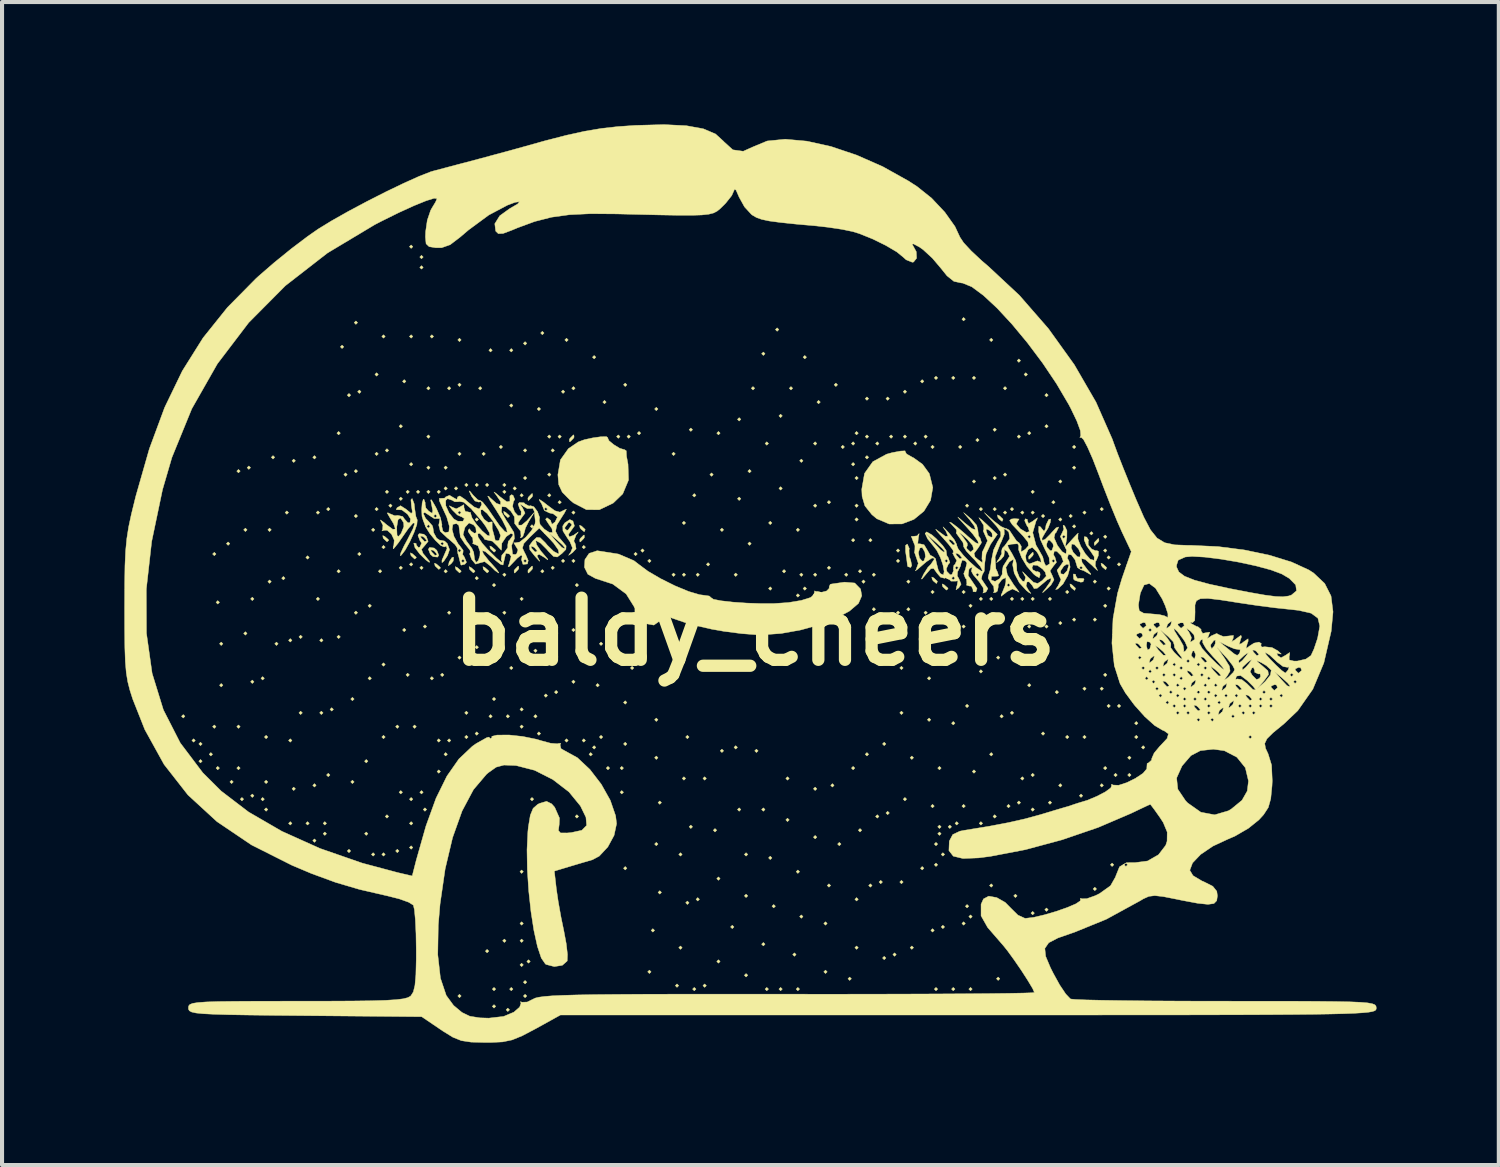
<source format=kicad_pcb>
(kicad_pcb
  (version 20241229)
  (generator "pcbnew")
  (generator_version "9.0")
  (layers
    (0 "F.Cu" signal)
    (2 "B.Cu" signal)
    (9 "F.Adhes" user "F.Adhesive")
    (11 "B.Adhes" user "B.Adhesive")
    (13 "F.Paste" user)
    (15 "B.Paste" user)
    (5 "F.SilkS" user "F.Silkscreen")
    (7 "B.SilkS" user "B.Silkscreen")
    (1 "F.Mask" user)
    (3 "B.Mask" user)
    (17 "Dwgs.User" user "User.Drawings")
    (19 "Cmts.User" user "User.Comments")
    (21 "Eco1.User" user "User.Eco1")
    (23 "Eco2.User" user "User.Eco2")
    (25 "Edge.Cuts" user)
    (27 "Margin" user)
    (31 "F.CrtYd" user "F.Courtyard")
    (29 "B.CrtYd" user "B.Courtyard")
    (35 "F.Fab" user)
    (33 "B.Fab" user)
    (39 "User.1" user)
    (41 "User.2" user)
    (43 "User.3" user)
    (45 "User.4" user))
  (footprint "baldy_cheers"
    (layer "F.Cu")
    (at 15.455 12.439)
    (property "Reference" "baldy_cheers" (at 0 0 0) (layer "F.SilkS") (effects (font (size 1.524 1.524) (thickness 0.3))))
    (attr through_hole)
    (fp_poly (pts (xy -13.97 2.074) (xy -14.012 2.117) (xy -14.055 2.074) (xy -14.012 2.032) (xy -13.97 2.074)) (stroke (width 0.01) (type solid)) (fill yes) (layer "F.SilkS"))
    (fp_poly (pts (xy -13.716 2.667) (xy -13.758 2.709) (xy -13.801 2.667) (xy -13.758 2.625) (xy -13.716 2.667)) (stroke (width 0.01) (type solid)) (fill yes) (layer "F.SilkS"))
    (fp_poly (pts (xy -13.547 2.752) (xy -13.589 2.794) (xy -13.631 2.752) (xy -13.589 2.709) (xy -13.547 2.752)) (stroke (width 0.01) (type solid)) (fill yes) (layer "F.SilkS"))
    (fp_poly (pts (xy -13.547 3.175) (xy -13.589 3.217) (xy -13.631 3.175) (xy -13.589 3.133) (xy -13.547 3.175)) (stroke (width 0.01) (type solid)) (fill yes) (layer "F.SilkS"))
    (fp_poly (pts (xy -13.293 3.006) (xy -13.335 3.048) (xy -13.377 3.006) (xy -13.335 2.963) (xy -13.293 3.006)) (stroke (width 0.01) (type solid)) (fill yes) (layer "F.SilkS"))
    (fp_poly (pts (xy -13.208 -1.905) (xy -13.25 -1.863) (xy -13.293 -1.905) (xy -13.25 -1.947) (xy -13.208 -1.905)) (stroke (width 0.01) (type solid)) (fill yes) (layer "F.SilkS"))
    (fp_poly (pts (xy -13.208 2.328) (xy -13.25 2.371) (xy -13.293 2.328) (xy -13.25 2.286) (xy -13.208 2.328)) (stroke (width 0.01) (type solid)) (fill yes) (layer "F.SilkS"))
    (fp_poly (pts (xy -13.123 -0.72) (xy -13.166 -0.677) (xy -13.208 -0.72) (xy -13.166 -0.762) (xy -13.123 -0.72)) (stroke (width 0.01) (type solid)) (fill yes) (layer "F.SilkS"))
    (fp_poly (pts (xy -13.123 3.344) (xy -13.166 3.387) (xy -13.208 3.344) (xy -13.166 3.302) (xy -13.123 3.344)) (stroke (width 0.01) (type solid)) (fill yes) (layer "F.SilkS"))
    (fp_poly (pts (xy -13.039 0.296) (xy -13.081 0.339) (xy -13.123 0.296) (xy -13.081 0.254) (xy -13.039 0.296)) (stroke (width 0.01) (type solid)) (fill yes) (layer "F.SilkS"))
    (fp_poly (pts (xy -13.039 1.312) (xy -13.081 1.355) (xy -13.123 1.312) (xy -13.081 1.27) (xy -13.039 1.312)) (stroke (width 0.01) (type solid)) (fill yes) (layer "F.SilkS"))
    (fp_poly (pts (xy -12.869 -2.159) (xy -12.912 -2.117) (xy -12.954 -2.159) (xy -12.912 -2.201) (xy -12.869 -2.159)) (stroke (width 0.01) (type solid)) (fill yes) (layer "F.SilkS"))
    (fp_poly (pts (xy -12.785 3.683) (xy -12.827 3.725) (xy -12.869 3.683) (xy -12.827 3.641) (xy -12.785 3.683)) (stroke (width 0.01) (type solid)) (fill yes) (layer "F.SilkS"))
    (fp_poly (pts (xy -12.615 -3.937) (xy -12.658 -3.895) (xy -12.7 -3.937) (xy -12.658 -3.979) (xy -12.615 -3.937)) (stroke (width 0.01) (type solid)) (fill yes) (layer "F.SilkS"))
    (fp_poly (pts (xy -12.615 2.328) (xy -12.658 2.371) (xy -12.7 2.328) (xy -12.658 2.286) (xy -12.615 2.328)) (stroke (width 0.01) (type solid)) (fill yes) (layer "F.SilkS"))
    (fp_poly (pts (xy -12.615 3.344) (xy -12.658 3.387) (xy -12.7 3.344) (xy -12.658 3.302) (xy -12.615 3.344)) (stroke (width 0.01) (type solid)) (fill yes) (layer "F.SilkS"))
    (fp_poly (pts (xy -12.531 4.106) (xy -12.573 4.149) (xy -12.615 4.106) (xy -12.573 4.064) (xy -12.531 4.106)) (stroke (width 0.01) (type solid)) (fill yes) (layer "F.SilkS"))
    (fp_poly (pts (xy -12.446 -2.498) (xy -12.488 -2.455) (xy -12.531 -2.498) (xy -12.488 -2.54) (xy -12.446 -2.498)) (stroke (width 0.01) (type solid)) (fill yes) (layer "F.SilkS"))
    (fp_poly (pts (xy -12.446 0.042) (xy -12.488 0.085) (xy -12.531 0.042) (xy -12.488 0) (xy -12.446 0.042)) (stroke (width 0.01) (type solid)) (fill yes) (layer "F.SilkS"))
    (fp_poly (pts (xy -12.361 -4.022) (xy -12.404 -3.979) (xy -12.446 -4.022) (xy -12.404 -4.064) (xy -12.361 -4.022)) (stroke (width 0.01) (type solid)) (fill yes) (layer "F.SilkS"))
    (fp_poly (pts (xy -12.277 -0.804) (xy -12.319 -0.762) (xy -12.361 -0.804) (xy -12.319 -0.847) (xy -12.277 -0.804)) (stroke (width 0.01) (type solid)) (fill yes) (layer "F.SilkS"))
    (fp_poly (pts (xy -12.277 1.228) (xy -12.319 1.27) (xy -12.361 1.228) (xy -12.319 1.185) (xy -12.277 1.228)) (stroke (width 0.01) (type solid)) (fill yes) (layer "F.SilkS"))
    (fp_poly (pts (xy -12.277 4.022) (xy -12.319 4.064) (xy -12.361 4.022) (xy -12.319 3.979) (xy -12.277 4.022)) (stroke (width 0.01) (type solid)) (fill yes) (layer "F.SilkS"))
    (fp_poly (pts (xy -12.023 1.143) (xy -12.065 1.185) (xy -12.107 1.143) (xy -12.065 1.101) (xy -12.023 1.143)) (stroke (width 0.01) (type solid)) (fill yes) (layer "F.SilkS"))
    (fp_poly (pts (xy -12.023 4.106) (xy -12.065 4.149) (xy -12.107 4.106) (xy -12.065 4.064) (xy -12.023 4.106)) (stroke (width 0.01) (type solid)) (fill yes) (layer "F.SilkS"))
    (fp_poly (pts (xy -11.938 2.582) (xy -11.98 2.625) (xy -12.023 2.582) (xy -11.98 2.54) (xy -11.938 2.582)) (stroke (width 0.01) (type solid)) (fill yes) (layer "F.SilkS"))
    (fp_poly (pts (xy -11.938 3.683) (xy -11.98 3.725) (xy -12.023 3.683) (xy -11.98 3.641) (xy -11.938 3.683)) (stroke (width 0.01) (type solid)) (fill yes) (layer "F.SilkS"))
    (fp_poly (pts (xy -11.938 4.36) (xy -11.98 4.403) (xy -12.023 4.36) (xy -11.98 4.318) (xy -11.938 4.36)) (stroke (width 0.01) (type solid)) (fill yes) (layer "F.SilkS"))
    (fp_poly (pts (xy -11.853 -2.498) (xy -11.896 -2.455) (xy -11.938 -2.498) (xy -11.896 -2.54) (xy -11.853 -2.498)) (stroke (width 0.01) (type solid)) (fill yes) (layer "F.SilkS"))
    (fp_poly (pts (xy -11.853 -1.228) (xy -11.896 -1.185) (xy -11.938 -1.228) (xy -11.896 -1.27) (xy -11.853 -1.228)) (stroke (width 0.01) (type solid)) (fill yes) (layer "F.SilkS"))
    (fp_poly (pts (xy -11.769 -4.276) (xy -11.811 -4.233) (xy -11.853 -4.276) (xy -11.811 -4.318) (xy -11.769 -4.276)) (stroke (width 0.01) (type solid)) (fill yes) (layer "F.SilkS"))
    (fp_poly (pts (xy -11.684 0.296) (xy -11.726 0.339) (xy -11.769 0.296) (xy -11.726 0.254) (xy -11.684 0.296)) (stroke (width 0.01) (type solid)) (fill yes) (layer "F.SilkS"))
    (fp_poly (pts (xy -11.515 -1.312) (xy -11.557 -1.27) (xy -11.599 -1.312) (xy -11.557 -1.355) (xy -11.515 -1.312)) (stroke (width 0.01) (type solid)) (fill yes) (layer "F.SilkS"))
    (fp_poly (pts (xy -11.43 -2.921) (xy -11.472 -2.879) (xy -11.515 -2.921) (xy -11.472 -2.963) (xy -11.43 -2.921)) (stroke (width 0.01) (type solid)) (fill yes) (layer "F.SilkS"))
    (fp_poly (pts (xy -11.345 0.212) (xy -11.388 0.254) (xy -11.43 0.212) (xy -11.388 0.169) (xy -11.345 0.212)) (stroke (width 0.01) (type solid)) (fill yes) (layer "F.SilkS"))
    (fp_poly (pts (xy -11.345 2.667) (xy -11.388 2.709) (xy -11.43 2.667) (xy -11.388 2.625) (xy -11.345 2.667)) (stroke (width 0.01) (type solid)) (fill yes) (layer "F.SilkS"))
    (fp_poly (pts (xy -11.345 4.699) (xy -11.388 4.741) (xy -11.43 4.699) (xy -11.388 4.657) (xy -11.345 4.699)) (stroke (width 0.01) (type solid)) (fill yes) (layer "F.SilkS"))
    (fp_poly (pts (xy -11.261 -4.191) (xy -11.303 -4.149) (xy -11.345 -4.191) (xy -11.303 -4.233) (xy -11.261 -4.191)) (stroke (width 0.01) (type solid)) (fill yes) (layer "F.SilkS"))
    (fp_poly (pts (xy -11.261 3.852) (xy -11.303 3.895) (xy -11.345 3.852) (xy -11.303 3.81) (xy -11.261 3.852)) (stroke (width 0.01) (type solid)) (fill yes) (layer "F.SilkS"))
    (fp_poly (pts (xy -11.091 0.127) (xy -11.134 0.169) (xy -11.176 0.127) (xy -11.134 0.085) (xy -11.091 0.127)) (stroke (width 0.01) (type solid)) (fill yes) (layer "F.SilkS"))
    (fp_poly (pts (xy -11.091 1.99) (xy -11.134 2.032) (xy -11.176 1.99) (xy -11.134 1.947) (xy -11.091 1.99)) (stroke (width 0.01) (type solid)) (fill yes) (layer "F.SilkS"))
    (fp_poly (pts (xy -10.922 -1.82) (xy -10.964 -1.778) (xy -11.007 -1.82) (xy -10.964 -1.863) (xy -10.922 -1.82)) (stroke (width 0.01) (type solid)) (fill yes) (layer "F.SilkS"))
    (fp_poly (pts (xy -10.922 4.699) (xy -10.964 4.741) (xy -11.007 4.699) (xy -10.964 4.657) (xy -10.922 4.699)) (stroke (width 0.01) (type solid)) (fill yes) (layer "F.SilkS"))
    (fp_poly (pts (xy -10.753 -4.276) (xy -10.795 -4.233) (xy -10.837 -4.276) (xy -10.795 -4.318) (xy -10.753 -4.276)) (stroke (width 0.01) (type solid)) (fill yes) (layer "F.SilkS"))
    (fp_poly (pts (xy -10.753 3.768) (xy -10.795 3.81) (xy -10.837 3.768) (xy -10.795 3.725) (xy -10.753 3.768)) (stroke (width 0.01) (type solid)) (fill yes) (layer "F.SilkS"))
    (fp_poly (pts (xy -10.753 5.122) (xy -10.795 5.165) (xy -10.837 5.122) (xy -10.795 5.08) (xy -10.753 5.122)) (stroke (width 0.01) (type solid)) (fill yes) (layer "F.SilkS"))
    (fp_poly (pts (xy -10.668 -2.921) (xy -10.71 -2.879) (xy -10.753 -2.921) (xy -10.71 -2.963) (xy -10.668 -2.921)) (stroke (width 0.01) (type solid)) (fill yes) (layer "F.SilkS"))
    (fp_poly (pts (xy -10.668 -0.804) (xy -10.71 -0.762) (xy -10.753 -0.804) (xy -10.71 -0.847) (xy -10.668 -0.804)) (stroke (width 0.01) (type solid)) (fill yes) (layer "F.SilkS"))
    (fp_poly (pts (xy -10.583 0.212) (xy -10.626 0.254) (xy -10.668 0.212) (xy -10.626 0.169) (xy -10.583 0.212)) (stroke (width 0.01) (type solid)) (fill yes) (layer "F.SilkS"))
    (fp_poly (pts (xy -10.583 1.99) (xy -10.626 2.032) (xy -10.668 1.99) (xy -10.626 1.947) (xy -10.583 1.99)) (stroke (width 0.01) (type solid)) (fill yes) (layer "F.SilkS"))
    (fp_poly (pts (xy -10.499 4.699) (xy -10.541 4.741) (xy -10.583 4.699) (xy -10.541 4.657) (xy -10.499 4.699)) (stroke (width 0.01) (type solid)) (fill yes) (layer "F.SilkS"))
    (fp_poly (pts (xy -10.499 4.953) (xy -10.541 4.995) (xy -10.583 4.953) (xy -10.541 4.911) (xy -10.499 4.953)) (stroke (width 0.01) (type solid)) (fill yes) (layer "F.SilkS"))
    (fp_poly (pts (xy -10.414 -3.006) (xy -10.456 -2.963) (xy -10.499 -3.006) (xy -10.456 -3.048) (xy -10.414 -3.006)) (stroke (width 0.01) (type solid)) (fill yes) (layer "F.SilkS"))
    (fp_poly (pts (xy -10.414 3.514) (xy -10.456 3.556) (xy -10.499 3.514) (xy -10.456 3.471) (xy -10.414 3.514)) (stroke (width 0.01) (type solid)) (fill yes) (layer "F.SilkS"))
    (fp_poly (pts (xy -10.329 1.905) (xy -10.372 1.947) (xy -10.414 1.905) (xy -10.372 1.863) (xy -10.329 1.905)) (stroke (width 0.01) (type solid)) (fill yes) (layer "F.SilkS"))
    (fp_poly (pts (xy -10.16 -4.868) (xy -10.202 -4.826) (xy -10.245 -4.868) (xy -10.202 -4.911) (xy -10.16 -4.868)) (stroke (width 0.01) (type solid)) (fill yes) (layer "F.SilkS"))
    (fp_poly (pts (xy -10.16 -1.482) (xy -10.202 -1.439) (xy -10.245 -1.482) (xy -10.202 -1.524) (xy -10.16 -1.482)) (stroke (width 0.01) (type solid)) (fill yes) (layer "F.SilkS"))
    (fp_poly (pts (xy -10.16 0.127) (xy -10.202 0.169) (xy -10.245 0.127) (xy -10.202 0.085) (xy -10.16 0.127)) (stroke (width 0.01) (type solid)) (fill yes) (layer "F.SilkS"))
    (fp_poly (pts (xy -10.075 -6.985) (xy -10.118 -6.943) (xy -10.16 -6.985) (xy -10.118 -7.027) (xy -10.075 -6.985)) (stroke (width 0.01) (type solid)) (fill yes) (layer "F.SilkS"))
    (fp_poly (pts (xy -9.991 -3.852) (xy -10.033 -3.81) (xy -10.075 -3.852) (xy -10.033 -3.895) (xy -9.991 -3.852)) (stroke (width 0.01) (type solid)) (fill yes) (layer "F.SilkS"))
    (fp_poly (pts (xy -9.906 -5.8) (xy -9.948 -5.757) (xy -9.991 -5.8) (xy -9.948 -5.842) (xy -9.906 -5.8)) (stroke (width 0.01) (type solid)) (fill yes) (layer "F.SilkS"))
    (fp_poly (pts (xy -9.906 5.376) (xy -9.948 5.419) (xy -9.991 5.376) (xy -9.948 5.334) (xy -9.906 5.376)) (stroke (width 0.01) (type solid)) (fill yes) (layer "F.SilkS"))
    (fp_poly (pts (xy -9.821 1.651) (xy -9.864 1.693) (xy -9.906 1.651) (xy -9.864 1.609) (xy -9.821 1.651)) (stroke (width 0.01) (type solid)) (fill yes) (layer "F.SilkS"))
    (fp_poly (pts (xy -9.821 3.683) (xy -9.864 3.725) (xy -9.906 3.683) (xy -9.864 3.641) (xy -9.821 3.683)) (stroke (width 0.01) (type solid)) (fill yes) (layer "F.SilkS"))
    (fp_poly (pts (xy -9.737 -7.578) (xy -9.779 -7.535) (xy -9.821 -7.578) (xy -9.779 -7.62) (xy -9.737 -7.578)) (stroke (width 0.01) (type solid)) (fill yes) (layer "F.SilkS"))
    (fp_poly (pts (xy -9.737 -3.937) (xy -9.779 -3.895) (xy -9.821 -3.937) (xy -9.779 -3.979) (xy -9.737 -3.937)) (stroke (width 0.01) (type solid)) (fill yes) (layer "F.SilkS"))
    (fp_poly (pts (xy -9.737 -2.836) (xy -9.779 -2.794) (xy -9.821 -2.836) (xy -9.779 -2.879) (xy -9.737 -2.836)) (stroke (width 0.01) (type solid)) (fill yes) (layer "F.SilkS"))
    (fp_poly (pts (xy -9.737 -0.466) (xy -9.779 -0.423) (xy -9.821 -0.466) (xy -9.779 -0.508) (xy -9.737 -0.466)) (stroke (width 0.01) (type solid)) (fill yes) (layer "F.SilkS"))
    (fp_poly (pts (xy -9.652 -5.884) (xy -9.694 -5.842) (xy -9.737 -5.884) (xy -9.694 -5.927) (xy -9.652 -5.884)) (stroke (width 0.01) (type solid)) (fill yes) (layer "F.SilkS"))
    (fp_poly (pts (xy -9.652 -1.905) (xy -9.694 -1.863) (xy -9.737 -1.905) (xy -9.694 -1.947) (xy -9.652 -1.905)) (stroke (width 0.01) (type solid)) (fill yes) (layer "F.SilkS"))
    (fp_poly (pts (xy -9.483 3.175) (xy -9.525 3.217) (xy -9.567 3.175) (xy -9.525 3.133) (xy -9.483 3.175)) (stroke (width 0.01) (type solid)) (fill yes) (layer "F.SilkS"))
    (fp_poly (pts (xy -9.483 4.953) (xy -9.525 4.995) (xy -9.567 4.953) (xy -9.525 4.911) (xy -9.483 4.953)) (stroke (width 0.01) (type solid)) (fill yes) (layer "F.SilkS"))
    (fp_poly (pts (xy -9.398 -0.635) (xy -9.44 -0.593) (xy -9.483 -0.635) (xy -9.44 -0.677) (xy -9.398 -0.635)) (stroke (width 0.01) (type solid)) (fill yes) (layer "F.SilkS"))
    (fp_poly (pts (xy -9.398 1.143) (xy -9.44 1.185) (xy -9.483 1.143) (xy -9.44 1.101) (xy -9.398 1.143)) (stroke (width 0.01) (type solid)) (fill yes) (layer "F.SilkS"))
    (fp_poly (pts (xy -9.313 -2.498) (xy -9.356 -2.455) (xy -9.398 -2.498) (xy -9.356 -2.54) (xy -9.313 -2.498)) (stroke (width 0.01) (type solid)) (fill yes) (layer "F.SilkS"))
    (fp_poly (pts (xy -9.313 5.461) (xy -9.356 5.503) (xy -9.398 5.461) (xy -9.356 5.419) (xy -9.313 5.461)) (stroke (width 0.01) (type solid)) (fill yes) (layer "F.SilkS"))
    (fp_poly (pts (xy -9.229 -6.308) (xy -9.271 -6.265) (xy -9.313 -6.308) (xy -9.271 -6.35) (xy -9.229 -6.308)) (stroke (width 0.01) (type solid)) (fill yes) (layer "F.SilkS"))
    (fp_poly (pts (xy -9.229 -4.36) (xy -9.271 -4.318) (xy -9.313 -4.36) (xy -9.271 -4.403) (xy -9.229 -4.36)) (stroke (width 0.01) (type solid)) (fill yes) (layer "F.SilkS"))
    (fp_poly (pts (xy -9.229 -3.006) (xy -9.271 -2.963) (xy -9.313 -3.006) (xy -9.271 -3.048) (xy -9.229 -3.006)) (stroke (width 0.01) (type solid)) (fill yes) (layer "F.SilkS"))
    (fp_poly (pts (xy -9.144 -1.482) (xy -9.186 -1.439) (xy -9.229 -1.482) (xy -9.186 -1.524) (xy -9.144 -1.482)) (stroke (width 0.01) (type solid)) (fill yes) (layer "F.SilkS"))
    (fp_poly (pts (xy -9.059 -7.239) (xy -9.102 -7.197) (xy -9.144 -7.239) (xy -9.102 -7.281) (xy -9.059 -7.239)) (stroke (width 0.01) (type solid)) (fill yes) (layer "F.SilkS"))
    (fp_poly (pts (xy -9.059 -2.074) (xy -9.102 -2.032) (xy -9.144 -2.074) (xy -9.102 -2.117) (xy -9.059 -2.074)) (stroke (width 0.01) (type solid)) (fill yes) (layer "F.SilkS"))
    (fp_poly (pts (xy -9.059 0.804) (xy -9.102 0.847) (xy -9.144 0.804) (xy -9.102 0.762) (xy -9.059 0.804)) (stroke (width 0.01) (type solid)) (fill yes) (layer "F.SilkS"))
    (fp_poly (pts (xy -9.059 2.582) (xy -9.102 2.625) (xy -9.144 2.582) (xy -9.102 2.54) (xy -9.059 2.582)) (stroke (width 0.01) (type solid)) (fill yes) (layer "F.SilkS"))
    (fp_poly (pts (xy -9.059 5.461) (xy -9.102 5.503) (xy -9.144 5.461) (xy -9.102 5.419) (xy -9.059 5.461)) (stroke (width 0.01) (type solid)) (fill yes) (layer "F.SilkS"))
    (fp_poly (pts (xy -8.975 -4.445) (xy -9.017 -4.403) (xy -9.059 -4.445) (xy -9.017 -4.487) (xy -8.975 -4.445)) (stroke (width 0.01) (type solid)) (fill yes) (layer "F.SilkS"))
    (fp_poly (pts (xy -8.975 -3.429) (xy -9.017 -3.387) (xy -9.059 -3.429) (xy -9.017 -3.471) (xy -8.975 -3.429)) (stroke (width 0.01) (type solid)) (fill yes) (layer "F.SilkS"))
    (fp_poly (pts (xy -8.975 4.53) (xy -9.017 4.572) (xy -9.059 4.53) (xy -9.017 4.487) (xy -8.975 4.53)) (stroke (width 0.01) (type solid)) (fill yes) (layer "F.SilkS"))
    (fp_poly (pts (xy -8.89 -3.09) (xy -8.932 -3.048) (xy -8.975 -3.09) (xy -8.932 -3.133) (xy -8.89 -3.09)) (stroke (width 0.01) (type solid)) (fill yes) (layer "F.SilkS"))
    (fp_poly (pts (xy -8.721 2.328) (xy -8.763 2.371) (xy -8.805 2.328) (xy -8.763 2.286) (xy -8.721 2.328)) (stroke (width 0.01) (type solid)) (fill yes) (layer "F.SilkS"))
    (fp_poly (pts (xy -8.721 5.376) (xy -8.763 5.419) (xy -8.805 5.376) (xy -8.763 5.334) (xy -8.721 5.376)) (stroke (width 0.01) (type solid)) (fill yes) (layer "F.SilkS"))
    (fp_poly (pts (xy -8.636 -5.038) (xy -8.678 -4.995) (xy -8.721 -5.038) (xy -8.678 -5.08) (xy -8.636 -5.038)) (stroke (width 0.01) (type solid)) (fill yes) (layer "F.SilkS"))
    (fp_poly (pts (xy -8.636 -3.26) (xy -8.678 -3.217) (xy -8.721 -3.26) (xy -8.678 -3.302) (xy -8.636 -3.26)) (stroke (width 0.01) (type solid)) (fill yes) (layer "F.SilkS"))
    (fp_poly (pts (xy -8.636 -1.566) (xy -8.678 -1.524) (xy -8.721 -1.566) (xy -8.678 -1.609) (xy -8.636 -1.566)) (stroke (width 0.01) (type solid)) (fill yes) (layer "F.SilkS"))
    (fp_poly (pts (xy -8.636 3.937) (xy -8.678 3.979) (xy -8.721 3.937) (xy -8.678 3.895) (xy -8.636 3.937)) (stroke (width 0.01) (type solid)) (fill yes) (layer "F.SilkS"))
    (fp_poly (pts (xy -8.551 -6.138) (xy -8.594 -6.096) (xy -8.636 -6.138) (xy -8.594 -6.181) (xy -8.551 -6.138)) (stroke (width 0.01) (type solid)) (fill yes) (layer "F.SilkS"))
    (fp_poly (pts (xy -8.551 -0.042) (xy -8.594 0) (xy -8.636 -0.042) (xy -8.594 -0.085) (xy -8.551 -0.042)) (stroke (width 0.01) (type solid)) (fill yes) (layer "F.SilkS"))
    (fp_poly (pts (xy -8.467 -3.429) (xy -8.509 -3.387) (xy -8.551 -3.429) (xy -8.509 -3.471) (xy -8.467 -3.429)) (stroke (width 0.01) (type solid)) (fill yes) (layer "F.SilkS"))
    (fp_poly (pts (xy -8.467 1.058) (xy -8.509 1.101) (xy -8.551 1.058) (xy -8.509 1.016) (xy -8.467 1.058)) (stroke (width 0.01) (type solid)) (fill yes) (layer "F.SilkS"))
    (fp_poly (pts (xy -8.382 -9.44) (xy -8.424 -9.398) (xy -8.467 -9.44) (xy -8.424 -9.483) (xy -8.382 -9.44)) (stroke (width 0.01) (type solid)) (fill yes) (layer "F.SilkS"))
    (fp_poly (pts (xy -8.382 -7.239) (xy -8.424 -7.197) (xy -8.467 -7.239) (xy -8.424 -7.281) (xy -8.382 -7.239)) (stroke (width 0.01) (type solid)) (fill yes) (layer "F.SilkS"))
    (fp_poly (pts (xy -8.382 -4.106) (xy -8.424 -4.064) (xy -8.467 -4.106) (xy -8.424 -4.149) (xy -8.382 -4.106)) (stroke (width 0.01) (type solid)) (fill yes) (layer "F.SilkS"))
    (fp_poly (pts (xy -8.382 -1.651) (xy -8.424 -1.609) (xy -8.467 -1.651) (xy -8.424 -1.693) (xy -8.382 -1.651)) (stroke (width 0.01) (type solid)) (fill yes) (layer "F.SilkS"))
    (fp_poly (pts (xy -8.382 4.106) (xy -8.424 4.149) (xy -8.467 4.106) (xy -8.424 4.064) (xy -8.382 4.106)) (stroke (width 0.01) (type solid)) (fill yes) (layer "F.SilkS"))
    (fp_poly (pts (xy -8.382 4.699) (xy -8.424 4.741) (xy -8.467 4.699) (xy -8.424 4.657) (xy -8.382 4.699)) (stroke (width 0.01) (type solid)) (fill yes) (layer "F.SilkS"))
    (fp_poly (pts (xy -8.382 5.292) (xy -8.424 5.334) (xy -8.467 5.292) (xy -8.424 5.249) (xy -8.382 5.292)) (stroke (width 0.01) (type solid)) (fill yes) (layer "F.SilkS"))
    (fp_poly (pts (xy -8.297 2.328) (xy -8.34 2.371) (xy -8.382 2.328) (xy -8.34 2.286) (xy -8.297 2.328)) (stroke (width 0.01) (type solid)) (fill yes) (layer "F.SilkS"))
    (fp_poly (pts (xy -8.213 -3.429) (xy -8.255 -3.387) (xy -8.297 -3.429) (xy -8.255 -3.471) (xy -8.213 -3.429)) (stroke (width 0.01) (type solid)) (fill yes) (layer "F.SilkS"))
    (fp_poly (pts (xy -8.128 -9.186) (xy -8.17 -9.144) (xy -8.213 -9.186) (xy -8.17 -9.229) (xy -8.128 -9.186)) (stroke (width 0.01) (type solid)) (fill yes) (layer "F.SilkS"))
    (fp_poly (pts (xy -8.128 -8.932) (xy -8.17 -8.89) (xy -8.213 -8.932) (xy -8.17 -8.975) (xy -8.128 -8.932)) (stroke (width 0.01) (type solid)) (fill yes) (layer "F.SilkS"))
    (fp_poly (pts (xy -8.128 -1.566) (xy -8.17 -1.524) (xy -8.213 -1.566) (xy -8.17 -1.609) (xy -8.128 -1.566)) (stroke (width 0.01) (type solid)) (fill yes) (layer "F.SilkS"))
    (fp_poly (pts (xy -8.128 3.937) (xy -8.17 3.979) (xy -8.213 3.937) (xy -8.17 3.895) (xy -8.128 3.937)) (stroke (width 0.01) (type solid)) (fill yes) (layer "F.SilkS"))
    (fp_poly (pts (xy -8.043 -0.127) (xy -8.086 -0.085) (xy -8.128 -0.127) (xy -8.086 -0.169) (xy -8.043 -0.127)) (stroke (width 0.01) (type solid)) (fill yes) (layer "F.SilkS"))
    (fp_poly (pts (xy -8.043 4.36) (xy -8.086 4.403) (xy -8.128 4.36) (xy -8.086 4.318) (xy -8.043 4.36)) (stroke (width 0.01) (type solid)) (fill yes) (layer "F.SilkS"))
    (fp_poly (pts (xy -7.959 -5.969) (xy -8.001 -5.927) (xy -8.043 -5.969) (xy -8.001 -6.011) (xy -7.959 -5.969)) (stroke (width 0.01) (type solid)) (fill yes) (layer "F.SilkS"))
    (fp_poly (pts (xy -7.959 -4.784) (xy -8.001 -4.741) (xy -8.043 -4.784) (xy -8.001 -4.826) (xy -7.959 -4.784)) (stroke (width 0.01) (type solid)) (fill yes) (layer "F.SilkS"))
    (fp_poly (pts (xy -7.959 -4.022) (xy -8.001 -3.979) (xy -8.043 -4.022) (xy -8.001 -4.064) (xy -7.959 -4.022)) (stroke (width 0.01) (type solid)) (fill yes) (layer "F.SilkS"))
    (fp_poly (pts (xy -7.959 -3.429) (xy -8.001 -3.387) (xy -8.043 -3.429) (xy -8.001 -3.471) (xy -7.959 -3.429)) (stroke (width 0.01) (type solid)) (fill yes) (layer "F.SilkS"))
    (fp_poly (pts (xy -7.874 -7.239) (xy -7.916 -7.197) (xy -7.959 -7.239) (xy -7.916 -7.281) (xy -7.874 -7.239)) (stroke (width 0.01) (type solid)) (fill yes) (layer "F.SilkS"))
    (fp_poly (pts (xy -7.874 1.143) (xy -7.916 1.185) (xy -7.959 1.143) (xy -7.916 1.101) (xy -7.874 1.143)) (stroke (width 0.01) (type solid)) (fill yes) (layer "F.SilkS"))
    (fp_poly (pts (xy -7.705 -3.429) (xy -7.747 -3.387) (xy -7.789 -3.429) (xy -7.747 -3.471) (xy -7.705 -3.429)) (stroke (width 0.01) (type solid)) (fill yes) (layer "F.SilkS"))
    (fp_poly (pts (xy -7.705 2.667) (xy -7.747 2.709) (xy -7.789 2.667) (xy -7.747 2.625) (xy -7.705 2.667)) (stroke (width 0.01) (type solid)) (fill yes) (layer "F.SilkS"))
    (fp_poly (pts (xy -7.705 3.429) (xy -7.747 3.471) (xy -7.789 3.429) (xy -7.747 3.387) (xy -7.705 3.429)) (stroke (width 0.01) (type solid)) (fill yes) (layer "F.SilkS"))
    (fp_poly (pts (xy -7.62 1.058) (xy -7.662 1.101) (xy -7.705 1.058) (xy -7.662 1.016) (xy -7.62 1.058)) (stroke (width 0.01) (type solid)) (fill yes) (layer "F.SilkS"))
    (fp_poly (pts (xy -7.535 -4.022) (xy -7.578 -3.979) (xy -7.62 -4.022) (xy -7.578 -4.064) (xy -7.535 -4.022)) (stroke (width 0.01) (type solid)) (fill yes) (layer "F.SilkS"))
    (fp_poly (pts (xy -7.535 -3.514) (xy -7.578 -3.471) (xy -7.62 -3.514) (xy -7.578 -3.556) (xy -7.535 -3.514)) (stroke (width 0.01) (type solid)) (fill yes) (layer "F.SilkS"))
    (fp_poly (pts (xy -7.535 -1.482) (xy -7.578 -1.439) (xy -7.62 -1.482) (xy -7.578 -1.524) (xy -7.535 -1.482)) (stroke (width 0.01) (type solid)) (fill yes) (layer "F.SilkS"))
    (fp_poly (pts (xy -7.535 3.006) (xy -7.578 3.048) (xy -7.62 3.006) (xy -7.578 2.963) (xy -7.535 3.006)) (stroke (width 0.01) (type solid)) (fill yes) (layer "F.SilkS"))
    (fp_poly (pts (xy -7.451 -5.969) (xy -7.493 -5.927) (xy -7.535 -5.969) (xy -7.493 -6.011) (xy -7.451 -5.969)) (stroke (width 0.01) (type solid)) (fill yes) (layer "F.SilkS"))
    (fp_poly (pts (xy -7.451 -0.466) (xy -7.493 -0.423) (xy -7.535 -0.466) (xy -7.493 -0.508) (xy -7.451 -0.466)) (stroke (width 0.01) (type solid)) (fill yes) (layer "F.SilkS"))
    (fp_poly (pts (xy -7.451 2.667) (xy -7.493 2.709) (xy -7.535 2.667) (xy -7.493 2.625) (xy -7.451 2.667)) (stroke (width 0.01) (type solid)) (fill yes) (layer "F.SilkS"))
    (fp_poly (pts (xy -7.281 -3.514) (xy -7.324 -3.471) (xy -7.366 -3.514) (xy -7.324 -3.556) (xy -7.281 -3.514)) (stroke (width 0.01) (type solid)) (fill yes) (layer "F.SilkS"))
    (fp_poly (pts (xy -7.197 -7.154) (xy -7.239 -7.112) (xy -7.281 -7.154) (xy -7.239 -7.197) (xy -7.197 -7.154)) (stroke (width 0.01) (type solid)) (fill yes) (layer "F.SilkS"))
    (fp_poly (pts (xy -7.197 -6.054) (xy -7.239 -6.011) (xy -7.281 -6.054) (xy -7.239 -6.096) (xy -7.197 -6.054)) (stroke (width 0.01) (type solid)) (fill yes) (layer "F.SilkS"))
    (fp_poly (pts (xy -7.197 -4.36) (xy -7.239 -4.318) (xy -7.281 -4.36) (xy -7.239 -4.403) (xy -7.197 -4.36)) (stroke (width 0.01) (type solid)) (fill yes) (layer "F.SilkS"))
    (fp_poly (pts (xy -7.197 0.635) (xy -7.239 0.677) (xy -7.281 0.635) (xy -7.239 0.593) (xy -7.197 0.635)) (stroke (width 0.01) (type solid)) (fill yes) (layer "F.SilkS"))
    (fp_poly (pts (xy -7.197 8.932) (xy -7.239 8.975) (xy -7.281 8.932) (xy -7.239 8.89) (xy -7.197 8.932)) (stroke (width 0.01) (type solid)) (fill yes) (layer "F.SilkS"))
    (fp_poly (pts (xy -7.027 -3.598) (xy -7.07 -3.556) (xy -7.112 -3.598) (xy -7.07 -3.641) (xy -7.027 -3.598)) (stroke (width 0.01) (type solid)) (fill yes) (layer "F.SilkS"))
    (fp_poly (pts (xy -7.027 1.99) (xy -7.07 2.032) (xy -7.112 1.99) (xy -7.07 1.947) (xy -7.027 1.99)) (stroke (width 0.01) (type solid)) (fill yes) (layer "F.SilkS"))
    (fp_poly (pts (xy -7.027 2.582) (xy -7.07 2.625) (xy -7.112 2.582) (xy -7.07 2.54) (xy -7.027 2.582)) (stroke (width 0.01) (type solid)) (fill yes) (layer "F.SilkS"))
    (fp_poly (pts (xy -6.943 -0.72) (xy -6.985 -0.677) (xy -7.027 -0.72) (xy -6.985 -0.762) (xy -6.943 -0.72)) (stroke (width 0.01) (type solid)) (fill yes) (layer "F.SilkS"))
    (fp_poly (pts (xy -6.773 -3.598) (xy -6.816 -3.556) (xy -6.858 -3.598) (xy -6.816 -3.641) (xy -6.773 -3.598)) (stroke (width 0.01) (type solid)) (fill yes) (layer "F.SilkS"))
    (fp_poly (pts (xy -6.773 -2.752) (xy -6.816 -2.709) (xy -6.858 -2.752) (xy -6.816 -2.794) (xy -6.773 -2.752)) (stroke (width 0.01) (type solid)) (fill yes) (layer "F.SilkS"))
    (fp_poly (pts (xy -6.773 -1.312) (xy -6.816 -1.27) (xy -6.858 -1.312) (xy -6.816 -1.355) (xy -6.773 -1.312)) (stroke (width 0.01) (type solid)) (fill yes) (layer "F.SilkS"))
    (fp_poly (pts (xy -6.773 0.381) (xy -6.816 0.423) (xy -6.858 0.381) (xy -6.816 0.339) (xy -6.773 0.381)) (stroke (width 0.01) (type solid)) (fill yes) (layer "F.SilkS"))
    (fp_poly (pts (xy -6.773 2.498) (xy -6.816 2.54) (xy -6.858 2.498) (xy -6.816 2.455) (xy -6.773 2.498)) (stroke (width 0.01) (type solid)) (fill yes) (layer "F.SilkS"))
    (fp_poly (pts (xy -6.689 -5.969) (xy -6.731 -5.927) (xy -6.773 -5.969) (xy -6.731 -6.011) (xy -6.689 -5.969)) (stroke (width 0.01) (type solid)) (fill yes) (layer "F.SilkS"))
    (fp_poly (pts (xy -6.604 -4.36) (xy -6.646 -4.318) (xy -6.689 -4.36) (xy -6.646 -4.403) (xy -6.604 -4.36)) (stroke (width 0.01) (type solid)) (fill yes) (layer "F.SilkS"))
    (fp_poly (pts (xy -6.519 -3.598) (xy -6.562 -3.556) (xy -6.604 -3.598) (xy -6.562 -3.641) (xy -6.519 -3.598)) (stroke (width 0.01) (type solid)) (fill yes) (layer "F.SilkS"))
    (fp_poly (pts (xy -6.519 7.832) (xy -6.562 7.874) (xy -6.604 7.832) (xy -6.562 7.789) (xy -6.519 7.832)) (stroke (width 0.01) (type solid)) (fill yes) (layer "F.SilkS"))
    (fp_poly (pts (xy -6.435 -6.9) (xy -6.477 -6.858) (xy -6.519 -6.9) (xy -6.477 -6.943) (xy -6.435 -6.9)) (stroke (width 0.01) (type solid)) (fill yes) (layer "F.SilkS"))
    (fp_poly (pts (xy -6.435 -0.381) (xy -6.477 -0.339) (xy -6.519 -0.381) (xy -6.477 -0.423) (xy -6.435 -0.381)) (stroke (width 0.01) (type solid)) (fill yes) (layer "F.SilkS"))
    (fp_poly (pts (xy -6.435 2.074) (xy -6.477 2.117) (xy -6.519 2.074) (xy -6.477 2.032) (xy -6.435 2.074)) (stroke (width 0.01) (type solid)) (fill yes) (layer "F.SilkS"))
    (fp_poly (pts (xy -6.35 -1.143) (xy -6.392 -1.101) (xy -6.435 -1.143) (xy -6.392 -1.185) (xy -6.35 -1.143)) (stroke (width 0.01) (type solid)) (fill yes) (layer "F.SilkS"))
    (fp_poly (pts (xy -6.35 1.651) (xy -6.392 1.693) (xy -6.435 1.651) (xy -6.392 1.609) (xy -6.35 1.651)) (stroke (width 0.01) (type solid)) (fill yes) (layer "F.SilkS"))
    (fp_poly (pts (xy -6.35 8.763) (xy -6.392 8.805) (xy -6.435 8.763) (xy -6.392 8.721) (xy -6.35 8.763)) (stroke (width 0.01) (type solid)) (fill yes) (layer "F.SilkS"))
    (fp_poly (pts (xy -6.35 9.186) (xy -6.392 9.229) (xy -6.435 9.186) (xy -6.392 9.144) (xy -6.35 9.186)) (stroke (width 0.01) (type solid)) (fill yes) (layer "F.SilkS"))
    (fp_poly (pts (xy -6.181 -4.53) (xy -6.223 -4.487) (xy -6.265 -4.53) (xy -6.223 -4.572) (xy -6.181 -4.53)) (stroke (width 0.01) (type solid)) (fill yes) (layer "F.SilkS"))
    (fp_poly (pts (xy -6.096 -3.598) (xy -6.138 -3.556) (xy -6.181 -3.598) (xy -6.138 -3.641) (xy -6.096 -3.598)) (stroke (width 0.01) (type solid)) (fill yes) (layer "F.SilkS"))
    (fp_poly (pts (xy -6.096 -3.429) (xy -6.138 -3.387) (xy -6.181 -3.429) (xy -6.138 -3.471) (xy -6.096 -3.429)) (stroke (width 0.01) (type solid)) (fill yes) (layer "F.SilkS"))
    (fp_poly (pts (xy -6.096 -1.397) (xy -6.138 -1.355) (xy -6.181 -1.397) (xy -6.138 -1.439) (xy -6.096 -1.397)) (stroke (width 0.01) (type solid)) (fill yes) (layer "F.SilkS"))
    (fp_poly (pts (xy -6.096 -0.466) (xy -6.138 -0.423) (xy -6.181 -0.466) (xy -6.138 -0.508) (xy -6.096 -0.466)) (stroke (width 0.01) (type solid)) (fill yes) (layer "F.SilkS"))
    (fp_poly (pts (xy -6.096 7.578) (xy -6.138 7.62) (xy -6.181 7.578) (xy -6.138 7.535) (xy -6.096 7.578)) (stroke (width 0.01) (type solid)) (fill yes) (layer "F.SilkS"))
    (fp_poly (pts (xy -6.011 2.074) (xy -6.054 2.117) (xy -6.096 2.074) (xy -6.054 2.032) (xy -6.011 2.074)) (stroke (width 0.01) (type solid)) (fill yes) (layer "F.SilkS"))
    (fp_poly (pts (xy -6.011 9.271) (xy -6.054 9.313) (xy -6.096 9.271) (xy -6.054 9.229) (xy -6.011 9.271)) (stroke (width 0.01) (type solid)) (fill yes) (layer "F.SilkS"))
    (fp_poly (pts (xy -5.927 -6.9) (xy -5.969 -6.858) (xy -6.011 -6.9) (xy -5.969 -6.943) (xy -5.927 -6.9)) (stroke (width 0.01) (type solid)) (fill yes) (layer "F.SilkS"))
    (fp_poly (pts (xy -5.927 -5.546) (xy -5.969 -5.503) (xy -6.011 -5.546) (xy -5.969 -5.588) (xy -5.927 -5.546)) (stroke (width 0.01) (type solid)) (fill yes) (layer "F.SilkS"))
    (fp_poly (pts (xy -5.927 0.889) (xy -5.969 0.931) (xy -6.011 0.889) (xy -5.969 0.847) (xy -5.927 0.889)) (stroke (width 0.01) (type solid)) (fill yes) (layer "F.SilkS"))
    (fp_poly (pts (xy -5.927 8.763) (xy -5.969 8.805) (xy -6.011 8.763) (xy -5.969 8.721) (xy -5.927 8.763)) (stroke (width 0.01) (type solid)) (fill yes) (layer "F.SilkS"))
    (fp_poly (pts (xy -5.842 -3.514) (xy -5.884 -3.471) (xy -5.927 -3.514) (xy -5.884 -3.556) (xy -5.842 -3.514)) (stroke (width 0.01) (type solid)) (fill yes) (layer "F.SilkS"))
    (fp_poly (pts (xy -5.673 -3.344) (xy -5.715 -3.302) (xy -5.757 -3.344) (xy -5.715 -3.387) (xy -5.673 -3.344)) (stroke (width 0.01) (type solid)) (fill yes) (layer "F.SilkS"))
    (fp_poly (pts (xy -5.673 -0.804) (xy -5.715 -0.762) (xy -5.757 -0.804) (xy -5.715 -0.847) (xy -5.673 -0.804)) (stroke (width 0.01) (type solid)) (fill yes) (layer "F.SilkS"))
    (fp_poly (pts (xy -5.673 1.905) (xy -5.715 1.947) (xy -5.757 1.905) (xy -5.715 1.863) (xy -5.673 1.905)) (stroke (width 0.01) (type solid)) (fill yes) (layer "F.SilkS"))
    (fp_poly (pts (xy -5.673 2.328) (xy -5.715 2.371) (xy -5.757 2.328) (xy -5.715 2.286) (xy -5.673 2.328)) (stroke (width 0.01) (type solid)) (fill yes) (layer "F.SilkS"))
    (fp_poly (pts (xy -5.673 5.884) (xy -5.715 5.927) (xy -5.757 5.884) (xy -5.715 5.842) (xy -5.673 5.884)) (stroke (width 0.01) (type solid)) (fill yes) (layer "F.SilkS"))
    (fp_poly (pts (xy -5.673 7.154) (xy -5.715 7.197) (xy -5.757 7.154) (xy -5.715 7.112) (xy -5.673 7.154)) (stroke (width 0.01) (type solid)) (fill yes) (layer "F.SilkS"))
    (fp_poly (pts (xy -5.673 7.578) (xy -5.715 7.62) (xy -5.757 7.578) (xy -5.715 7.535) (xy -5.673 7.578)) (stroke (width 0.01) (type solid)) (fill yes) (layer "F.SilkS"))
    (fp_poly (pts (xy -5.673 8.17) (xy -5.715 8.213) (xy -5.757 8.17) (xy -5.715 8.128) (xy -5.673 8.17)) (stroke (width 0.01) (type solid)) (fill yes) (layer "F.SilkS"))
    (fp_poly (pts (xy -5.588 -7.07) (xy -5.63 -7.027) (xy -5.673 -7.07) (xy -5.63 -7.112) (xy -5.588 -7.07)) (stroke (width 0.01) (type solid)) (fill yes) (layer "F.SilkS"))
    (fp_poly (pts (xy -5.588 -4.445) (xy -5.63 -4.403) (xy -5.673 -4.445) (xy -5.63 -4.487) (xy -5.588 -4.445)) (stroke (width 0.01) (type solid)) (fill yes) (layer "F.SilkS"))
    (fp_poly (pts (xy -5.588 -3.768) (xy -5.63 -3.725) (xy -5.673 -3.768) (xy -5.63 -3.81) (xy -5.588 -3.768)) (stroke (width 0.01) (type solid)) (fill yes) (layer "F.SilkS"))
    (fp_poly (pts (xy -5.588 8.594) (xy -5.63 8.636) (xy -5.673 8.594) (xy -5.63 8.551) (xy -5.588 8.594)) (stroke (width 0.01) (type solid)) (fill yes) (layer "F.SilkS"))
    (fp_poly (pts (xy -5.588 8.932) (xy -5.63 8.975) (xy -5.673 8.932) (xy -5.63 8.89) (xy -5.588 8.932)) (stroke (width 0.01) (type solid)) (fill yes) (layer "F.SilkS"))
    (fp_poly (pts (xy -5.503 8.086) (xy -5.546 8.128) (xy -5.588 8.086) (xy -5.546 8.043) (xy -5.503 8.086)) (stroke (width 0.01) (type solid)) (fill yes) (layer "F.SilkS"))
    (fp_poly (pts (xy -5.419 -2.582) (xy -5.461 -2.54) (xy -5.503 -2.582) (xy -5.461 -2.625) (xy -5.419 -2.582)) (stroke (width 0.01) (type solid)) (fill yes) (layer "F.SilkS"))
    (fp_poly (pts (xy -5.419 4.106) (xy -5.461 4.149) (xy -5.503 4.106) (xy -5.461 4.064) (xy -5.419 4.106)) (stroke (width 0.01) (type solid)) (fill yes) (layer "F.SilkS"))
    (fp_poly (pts (xy -5.334 0.466) (xy -5.376 0.508) (xy -5.419 0.466) (xy -5.376 0.423) (xy -5.334 0.466)) (stroke (width 0.01) (type solid)) (fill yes) (layer "F.SilkS"))
    (fp_poly (pts (xy -5.334 2.074) (xy -5.376 2.117) (xy -5.419 2.074) (xy -5.376 2.032) (xy -5.334 2.074)) (stroke (width 0.01) (type solid)) (fill yes) (layer "F.SilkS"))
    (fp_poly (pts (xy -5.249 -5.461) (xy -5.292 -5.419) (xy -5.334 -5.461) (xy -5.292 -5.503) (xy -5.249 -5.461)) (stroke (width 0.01) (type solid)) (fill yes) (layer "F.SilkS"))
    (fp_poly (pts (xy -5.249 2.498) (xy -5.292 2.54) (xy -5.334 2.498) (xy -5.292 2.455) (xy -5.249 2.498)) (stroke (width 0.01) (type solid)) (fill yes) (layer "F.SilkS"))
    (fp_poly (pts (xy -5.165 -7.324) (xy -5.207 -7.281) (xy -5.249 -7.324) (xy -5.207 -7.366) (xy -5.165 -7.324)) (stroke (width 0.01) (type solid)) (fill yes) (layer "F.SilkS"))
    (fp_poly (pts (xy -5.165 -1.482) (xy -5.207 -1.439) (xy -5.249 -1.482) (xy -5.207 -1.524) (xy -5.165 -1.482)) (stroke (width 0.01) (type solid)) (fill yes) (layer "F.SilkS"))
    (fp_poly (pts (xy -5.08 1.566) (xy -5.122 1.609) (xy -5.165 1.566) (xy -5.122 1.524) (xy -5.08 1.566)) (stroke (width 0.01) (type solid)) (fill yes) (layer "F.SilkS"))
    (fp_poly (pts (xy -4.995 -4.784) (xy -5.038 -4.741) (xy -5.08 -4.784) (xy -5.038 -4.826) (xy -4.995 -4.784)) (stroke (width 0.01) (type solid)) (fill yes) (layer "F.SilkS"))
    (fp_poly (pts (xy -4.995 -3.852) (xy -5.038 -3.81) (xy -5.08 -3.852) (xy -5.038 -3.895) (xy -4.995 -3.852)) (stroke (width 0.01) (type solid)) (fill yes) (layer "F.SilkS"))
    (fp_poly (pts (xy -4.995 -3.344) (xy -5.038 -3.302) (xy -5.08 -3.344) (xy -5.038 -3.387) (xy -4.995 -3.344)) (stroke (width 0.01) (type solid)) (fill yes) (layer "F.SilkS"))
    (fp_poly (pts (xy -4.911 -4.445) (xy -4.953 -4.403) (xy -4.995 -4.445) (xy -4.953 -4.487) (xy -4.911 -4.445)) (stroke (width 0.01) (type solid)) (fill yes) (layer "F.SilkS"))
    (fp_poly (pts (xy -4.911 -1.566) (xy -4.953 -1.524) (xy -4.995 -1.566) (xy -4.953 -1.609) (xy -4.911 -1.566)) (stroke (width 0.01) (type solid)) (fill yes) (layer "F.SilkS"))
    (fp_poly (pts (xy -4.911 -0.042) (xy -4.953 0) (xy -4.995 -0.042) (xy -4.953 -0.085) (xy -4.911 -0.042)) (stroke (width 0.01) (type solid)) (fill yes) (layer "F.SilkS"))
    (fp_poly (pts (xy -4.826 1.482) (xy -4.868 1.524) (xy -4.911 1.482) (xy -4.868 1.439) (xy -4.826 1.482)) (stroke (width 0.01) (type solid)) (fill yes) (layer "F.SilkS"))
    (fp_poly (pts (xy -4.741 -4.784) (xy -4.784 -4.741) (xy -4.826 -4.784) (xy -4.784 -4.826) (xy -4.741 -4.784)) (stroke (width 0.01) (type solid)) (fill yes) (layer "F.SilkS"))
    (fp_poly (pts (xy -4.741 -3.175) (xy -4.784 -3.133) (xy -4.826 -3.175) (xy -4.784 -3.217) (xy -4.741 -3.175)) (stroke (width 0.01) (type solid)) (fill yes) (layer "F.SilkS"))
    (fp_poly (pts (xy -4.657 -5.884) (xy -4.699 -5.842) (xy -4.741 -5.884) (xy -4.699 -5.927) (xy -4.657 -5.884)) (stroke (width 0.01) (type solid)) (fill yes) (layer "F.SilkS"))
    (fp_poly (pts (xy -4.657 -1.736) (xy -4.699 -1.693) (xy -4.741 -1.736) (xy -4.699 -1.778) (xy -4.657 -1.736)) (stroke (width 0.01) (type solid)) (fill yes) (layer "F.SilkS"))
    (fp_poly (pts (xy -4.572 -7.154) (xy -4.614 -7.112) (xy -4.657 -7.154) (xy -4.614 -7.197) (xy -4.572 -7.154)) (stroke (width 0.01) (type solid)) (fill yes) (layer "F.SilkS"))
    (fp_poly (pts (xy -4.572 2.667) (xy -4.614 2.709) (xy -4.657 2.667) (xy -4.614 2.625) (xy -4.572 2.667)) (stroke (width 0.01) (type solid)) (fill yes) (layer "F.SilkS"))
    (fp_poly (pts (xy -4.403 -5.969) (xy -4.445 -5.927) (xy -4.487 -5.969) (xy -4.445 -6.011) (xy -4.403 -5.969)) (stroke (width 0.01) (type solid)) (fill yes) (layer "F.SilkS"))
    (fp_poly (pts (xy -4.403 -2.921) (xy -4.445 -2.879) (xy -4.487 -2.921) (xy -4.445 -2.963) (xy -4.403 -2.921)) (stroke (width 0.01) (type solid)) (fill yes) (layer "F.SilkS"))
    (fp_poly (pts (xy -4.403 -1.736) (xy -4.445 -1.693) (xy -4.487 -1.736) (xy -4.445 -1.778) (xy -4.403 -1.736)) (stroke (width 0.01) (type solid)) (fill yes) (layer "F.SilkS"))
    (fp_poly (pts (xy -4.403 -0.042) (xy -4.445 0) (xy -4.487 -0.042) (xy -4.445 -0.085) (xy -4.403 -0.042)) (stroke (width 0.01) (type solid)) (fill yes) (layer "F.SilkS"))
    (fp_poly (pts (xy -4.403 1.228) (xy -4.445 1.27) (xy -4.487 1.228) (xy -4.445 1.185) (xy -4.403 1.228)) (stroke (width 0.01) (type solid)) (fill yes) (layer "F.SilkS"))
    (fp_poly (pts (xy -4.318 -1.143) (xy -4.36 -1.101) (xy -4.403 -1.143) (xy -4.36 -1.185) (xy -4.318 -1.143)) (stroke (width 0.01) (type solid)) (fill yes) (layer "F.SilkS"))
    (fp_poly (pts (xy -4.318 4.53) (xy -4.36 4.572) (xy -4.403 4.53) (xy -4.36 4.487) (xy -4.318 4.53)) (stroke (width 0.01) (type solid)) (fill yes) (layer "F.SilkS"))
    (fp_poly (pts (xy -4.149 -2.074) (xy -4.191 -2.032) (xy -4.233 -2.074) (xy -4.191 -2.117) (xy -4.149 -2.074)) (stroke (width 0.01) (type solid)) (fill yes) (layer "F.SilkS"))
    (fp_poly (pts (xy -4.149 2.667) (xy -4.191 2.709) (xy -4.233 2.667) (xy -4.191 2.625) (xy -4.149 2.667)) (stroke (width 0.01) (type solid)) (fill yes) (layer "F.SilkS"))
    (fp_poly (pts (xy -3.979 3.006) (xy -4.022 3.048) (xy -4.064 3.006) (xy -4.022 2.963) (xy -3.979 3.006)) (stroke (width 0.01) (type solid)) (fill yes) (layer "F.SilkS"))
    (fp_poly (pts (xy -3.895 -6.731) (xy -3.937 -6.689) (xy -3.979 -6.731) (xy -3.937 -6.773) (xy -3.895 -6.731)) (stroke (width 0.01) (type solid)) (fill yes) (layer "F.SilkS"))
    (fp_poly (pts (xy -3.895 2.836) (xy -3.937 2.879) (xy -3.979 2.836) (xy -3.937 2.794) (xy -3.895 2.836)) (stroke (width 0.01) (type solid)) (fill yes) (layer "F.SilkS"))
    (fp_poly (pts (xy -3.81 1.312) (xy -3.852 1.355) (xy -3.895 1.312) (xy -3.852 1.27) (xy -3.81 1.312)) (stroke (width 0.01) (type solid)) (fill yes) (layer "F.SilkS"))
    (fp_poly (pts (xy -3.725 0.296) (xy -3.768 0.339) (xy -3.81 0.296) (xy -3.768 0.254) (xy -3.725 0.296)) (stroke (width 0.01) (type solid)) (fill yes) (layer "F.SilkS"))
    (fp_poly (pts (xy -3.725 2.582) (xy -3.768 2.625) (xy -3.81 2.582) (xy -3.768 2.54) (xy -3.725 2.582)) (stroke (width 0.01) (type solid)) (fill yes) (layer "F.SilkS"))
    (fp_poly (pts (xy -3.641 -5.63) (xy -3.683 -5.588) (xy -3.725 -5.63) (xy -3.683 -5.673) (xy -3.641 -5.63)) (stroke (width 0.01) (type solid)) (fill yes) (layer "F.SilkS"))
    (fp_poly (pts (xy -3.556 3.344) (xy -3.598 3.387) (xy -3.641 3.344) (xy -3.598 3.302) (xy -3.556 3.344)) (stroke (width 0.01) (type solid)) (fill yes) (layer "F.SilkS"))
    (fp_poly (pts (xy -3.302 -4.784) (xy -3.344 -4.741) (xy -3.387 -4.784) (xy -3.344 -4.826) (xy -3.302 -4.784)) (stroke (width 0.01) (type solid)) (fill yes) (layer "F.SilkS"))
    (fp_poly (pts (xy -3.217 3.344) (xy -3.26 3.387) (xy -3.302 3.344) (xy -3.26 3.302) (xy -3.217 3.344)) (stroke (width 0.01) (type solid)) (fill yes) (layer "F.SilkS"))
    (fp_poly (pts (xy -3.217 3.937) (xy -3.26 3.979) (xy -3.302 3.937) (xy -3.26 3.895) (xy -3.217 3.937)) (stroke (width 0.01) (type solid)) (fill yes) (layer "F.SilkS"))
    (fp_poly (pts (xy -3.133 -6.054) (xy -3.175 -6.011) (xy -3.217 -6.054) (xy -3.175 -6.096) (xy -3.133 -6.054)) (stroke (width 0.01) (type solid)) (fill yes) (layer "F.SilkS"))
    (fp_poly (pts (xy -3.133 1.736) (xy -3.175 1.778) (xy -3.217 1.736) (xy -3.175 1.693) (xy -3.133 1.736)) (stroke (width 0.01) (type solid)) (fill yes) (layer "F.SilkS"))
    (fp_poly (pts (xy -3.133 2.752) (xy -3.175 2.794) (xy -3.217 2.752) (xy -3.175 2.709) (xy -3.133 2.752)) (stroke (width 0.01) (type solid)) (fill yes) (layer "F.SilkS"))
    (fp_poly (pts (xy -3.133 5.8) (xy -3.175 5.842) (xy -3.217 5.8) (xy -3.175 5.757) (xy -3.133 5.8)) (stroke (width 0.01) (type solid)) (fill yes) (layer "F.SilkS"))
    (fp_poly (pts (xy -3.048 -4.784) (xy -3.09 -4.741) (xy -3.133 -4.784) (xy -3.09 -4.826) (xy -3.048 -4.784)) (stroke (width 0.01) (type solid)) (fill yes) (layer "F.SilkS"))
    (fp_poly (pts (xy -2.963 0.889) (xy -3.006 0.931) (xy -3.048 0.889) (xy -3.006 0.847) (xy -2.963 0.889)) (stroke (width 0.01) (type solid)) (fill yes) (layer "F.SilkS"))
    (fp_poly (pts (xy -2.879 -1.905) (xy -2.921 -1.863) (xy -2.963 -1.905) (xy -2.921 -1.947) (xy -2.879 -1.905)) (stroke (width 0.01) (type solid)) (fill yes) (layer "F.SilkS"))
    (fp_poly (pts (xy -2.794 -4.868) (xy -2.836 -4.826) (xy -2.879 -4.868) (xy -2.836 -4.911) (xy -2.794 -4.868)) (stroke (width 0.01) (type solid)) (fill yes) (layer "F.SilkS"))
    (fp_poly (pts (xy -2.709 -1.99) (xy -2.752 -1.947) (xy -2.794 -1.99) (xy -2.752 -2.032) (xy -2.709 -1.99)) (stroke (width 0.01) (type solid)) (fill yes) (layer "F.SilkS"))
    (fp_poly (pts (xy -2.54 -1.736) (xy -2.582 -1.693) (xy -2.625 -1.736) (xy -2.582 -1.778) (xy -2.54 -1.736)) (stroke (width 0.01) (type solid)) (fill yes) (layer "F.SilkS"))
    (fp_poly (pts (xy -2.54 8.34) (xy -2.582 8.382) (xy -2.625 8.34) (xy -2.582 8.297) (xy -2.54 8.34)) (stroke (width 0.01) (type solid)) (fill yes) (layer "F.SilkS"))
    (fp_poly (pts (xy -2.455 7.324) (xy -2.498 7.366) (xy -2.54 7.324) (xy -2.498 7.281) (xy -2.455 7.324)) (stroke (width 0.01) (type solid)) (fill yes) (layer "F.SilkS"))
    (fp_poly (pts (xy -2.371 -5.461) (xy -2.413 -5.419) (xy -2.455 -5.461) (xy -2.413 -5.503) (xy -2.371 -5.461)) (stroke (width 0.01) (type solid)) (fill yes) (layer "F.SilkS"))
    (fp_poly (pts (xy -2.371 2.159) (xy -2.413 2.201) (xy -2.455 2.159) (xy -2.413 2.117) (xy -2.371 2.159)) (stroke (width 0.01) (type solid)) (fill yes) (layer "F.SilkS"))
    (fp_poly (pts (xy -2.371 3.09) (xy -2.413 3.133) (xy -2.455 3.09) (xy -2.413 3.048) (xy -2.371 3.09)) (stroke (width 0.01) (type solid)) (fill yes) (layer "F.SilkS"))
    (fp_poly (pts (xy -2.371 5.207) (xy -2.413 5.249) (xy -2.455 5.207) (xy -2.413 5.165) (xy -2.371 5.207)) (stroke (width 0.01) (type solid)) (fill yes) (layer "F.SilkS"))
    (fp_poly (pts (xy -2.286 4.191) (xy -2.328 4.233) (xy -2.371 4.191) (xy -2.328 4.149) (xy -2.286 4.191)) (stroke (width 0.01) (type solid)) (fill yes) (layer "F.SilkS"))
    (fp_poly (pts (xy -2.286 6.392) (xy -2.328 6.435) (xy -2.371 6.392) (xy -2.328 6.35) (xy -2.286 6.392)) (stroke (width 0.01) (type solid)) (fill yes) (layer "F.SilkS"))
    (fp_poly (pts (xy -1.947 -4.36) (xy -1.99 -4.318) (xy -2.032 -4.36) (xy -1.99 -4.403) (xy -1.947 -4.36)) (stroke (width 0.01) (type solid)) (fill yes) (layer "F.SilkS"))
    (fp_poly (pts (xy -1.947 -1.397) (xy -1.99 -1.355) (xy -2.032 -1.397) (xy -1.99 -1.439) (xy -1.947 -1.397)) (stroke (width 0.01) (type solid)) (fill yes) (layer "F.SilkS"))
    (fp_poly (pts (xy -1.863 8.678) (xy -1.905 8.721) (xy -1.947 8.678) (xy -1.905 8.636) (xy -1.863 8.678)) (stroke (width 0.01) (type solid)) (fill yes) (layer "F.SilkS"))
    (fp_poly (pts (xy -1.778 5.461) (xy -1.82 5.503) (xy -1.863 5.461) (xy -1.82 5.419) (xy -1.778 5.461)) (stroke (width 0.01) (type solid)) (fill yes) (layer "F.SilkS"))
    (fp_poly (pts (xy -1.778 7.747) (xy -1.82 7.789) (xy -1.863 7.747) (xy -1.82 7.705) (xy -1.778 7.747)) (stroke (width 0.01) (type solid)) (fill yes) (layer "F.SilkS"))
    (fp_poly (pts (xy -1.693 -2.667) (xy -1.736 -2.625) (xy -1.778 -2.667) (xy -1.736 -2.709) (xy -1.693 -2.667)) (stroke (width 0.01) (type solid)) (fill yes) (layer "F.SilkS"))
    (fp_poly (pts (xy -1.693 -1.397) (xy -1.736 -1.355) (xy -1.778 -1.397) (xy -1.736 -1.439) (xy -1.693 -1.397)) (stroke (width 0.01) (type solid)) (fill yes) (layer "F.SilkS"))
    (fp_poly (pts (xy -1.693 3.598) (xy -1.736 3.641) (xy -1.778 3.598) (xy -1.736 3.556) (xy -1.693 3.598)) (stroke (width 0.01) (type solid)) (fill yes) (layer "F.SilkS"))
    (fp_poly (pts (xy -1.609 2.582) (xy -1.651 2.625) (xy -1.693 2.582) (xy -1.651 2.54) (xy -1.609 2.582)) (stroke (width 0.01) (type solid)) (fill yes) (layer "F.SilkS"))
    (fp_poly (pts (xy -1.609 6.646) (xy -1.651 6.689) (xy -1.693 6.646) (xy -1.651 6.604) (xy -1.609 6.646)) (stroke (width 0.01) (type solid)) (fill yes) (layer "F.SilkS"))
    (fp_poly (pts (xy -1.524 -4.953) (xy -1.566 -4.911) (xy -1.609 -4.953) (xy -1.566 -4.995) (xy -1.524 -4.953)) (stroke (width 0.01) (type solid)) (fill yes) (layer "F.SilkS"))
    (fp_poly (pts (xy -1.524 4.784) (xy -1.566 4.826) (xy -1.609 4.784) (xy -1.566 4.741) (xy -1.524 4.784)) (stroke (width 0.01) (type solid)) (fill yes) (layer "F.SilkS"))
    (fp_poly (pts (xy -1.439 -3.344) (xy -1.482 -3.302) (xy -1.524 -3.344) (xy -1.482 -3.387) (xy -1.439 -3.344)) (stroke (width 0.01) (type solid)) (fill yes) (layer "F.SilkS"))
    (fp_poly (pts (xy -1.439 8.763) (xy -1.482 8.805) (xy -1.524 8.763) (xy -1.482 8.721) (xy -1.439 8.763)) (stroke (width 0.01) (type solid)) (fill yes) (layer "F.SilkS"))
    (fp_poly (pts (xy -1.355 -1.397) (xy -1.397 -1.355) (xy -1.439 -1.397) (xy -1.397 -1.439) (xy -1.355 -1.397)) (stroke (width 0.01) (type solid)) (fill yes) (layer "F.SilkS"))
    (fp_poly (pts (xy -1.355 6.562) (xy -1.397 6.604) (xy -1.439 6.562) (xy -1.397 6.519) (xy -1.355 6.562)) (stroke (width 0.01) (type solid)) (fill yes) (layer "F.SilkS"))
    (fp_poly (pts (xy -1.185 3.598) (xy -1.228 3.641) (xy -1.27 3.598) (xy -1.228 3.556) (xy -1.185 3.598)) (stroke (width 0.01) (type solid)) (fill yes) (layer "F.SilkS"))
    (fp_poly (pts (xy -1.185 8.678) (xy -1.228 8.721) (xy -1.27 8.678) (xy -1.228 8.636) (xy -1.185 8.678)) (stroke (width 0.01) (type solid)) (fill yes) (layer "F.SilkS"))
    (fp_poly (pts (xy -1.101 -1.651) (xy -1.143 -1.609) (xy -1.185 -1.651) (xy -1.143 -1.693) (xy -1.101 -1.651)) (stroke (width 0.01) (type solid)) (fill yes) (layer "F.SilkS"))
    (fp_poly (pts (xy -1.016 -3.852) (xy -1.058 -3.81) (xy -1.101 -3.852) (xy -1.058 -3.895) (xy -1.016 -3.852)) (stroke (width 0.01) (type solid)) (fill yes) (layer "F.SilkS"))
    (fp_poly (pts (xy -0.931 4.868) (xy -0.974 4.911) (xy -1.016 4.868) (xy -0.974 4.826) (xy -0.931 4.868)) (stroke (width 0.01) (type solid)) (fill yes) (layer "F.SilkS"))
    (fp_poly (pts (xy -0.847 -4.868) (xy -0.889 -4.826) (xy -0.931 -4.868) (xy -0.889 -4.911) (xy -0.847 -4.868)) (stroke (width 0.01) (type solid)) (fill yes) (layer "F.SilkS"))
    (fp_poly (pts (xy -0.847 6.054) (xy -0.889 6.096) (xy -0.931 6.054) (xy -0.889 6.011) (xy -0.847 6.054)) (stroke (width 0.01) (type solid)) (fill yes) (layer "F.SilkS"))
    (fp_poly (pts (xy -0.847 8.086) (xy -0.889 8.128) (xy -0.931 8.086) (xy -0.889 8.043) (xy -0.847 8.086)) (stroke (width 0.01) (type solid)) (fill yes) (layer "F.SilkS"))
    (fp_poly (pts (xy -0.762 -2.498) (xy -0.804 -2.455) (xy -0.847 -2.498) (xy -0.804 -2.54) (xy -0.762 -2.498)) (stroke (width 0.01) (type solid)) (fill yes) (layer "F.SilkS"))
    (fp_poly (pts (xy -0.762 2.921) (xy -0.804 2.963) (xy -0.847 2.921) (xy -0.804 2.879) (xy -0.762 2.921)) (stroke (width 0.01) (type solid)) (fill yes) (layer "F.SilkS"))
    (fp_poly (pts (xy -0.508 7.239) (xy -0.55 7.281) (xy -0.593 7.239) (xy -0.55 7.197) (xy -0.508 7.239)) (stroke (width 0.01) (type solid)) (fill yes) (layer "F.SilkS"))
    (fp_poly (pts (xy -0.423 -1.397) (xy -0.466 -1.355) (xy -0.508 -1.397) (xy -0.466 -1.439) (xy -0.423 -1.397)) (stroke (width 0.01) (type solid)) (fill yes) (layer "F.SilkS"))
    (fp_poly (pts (xy -0.423 2.836) (xy -0.466 2.879) (xy -0.508 2.836) (xy -0.466 2.794) (xy -0.423 2.836)) (stroke (width 0.01) (type solid)) (fill yes) (layer "F.SilkS"))
    (fp_poly (pts (xy -0.339 -5.207) (xy -0.381 -5.165) (xy -0.423 -5.207) (xy -0.381 -5.249) (xy -0.339 -5.207)) (stroke (width 0.01) (type solid)) (fill yes) (layer "F.SilkS"))
    (fp_poly (pts (xy -0.339 -3.26) (xy -0.381 -3.217) (xy -0.423 -3.26) (xy -0.381 -3.302) (xy -0.339 -3.26)) (stroke (width 0.01) (type solid)) (fill yes) (layer "F.SilkS"))
    (fp_poly (pts (xy -0.339 4.36) (xy -0.381 4.403) (xy -0.423 4.36) (xy -0.381 4.318) (xy -0.339 4.36)) (stroke (width 0.01) (type solid)) (fill yes) (layer "F.SilkS"))
    (fp_poly (pts (xy -0.169 5.461) (xy -0.212 5.503) (xy -0.254 5.461) (xy -0.212 5.419) (xy -0.169 5.461)) (stroke (width 0.01) (type solid)) (fill yes) (layer "F.SilkS"))
    (fp_poly (pts (xy -0.169 6.477) (xy -0.212 6.519) (xy -0.254 6.477) (xy -0.212 6.435) (xy -0.169 6.477)) (stroke (width 0.01) (type solid)) (fill yes) (layer "F.SilkS"))
    (fp_poly (pts (xy -0.169 8.424) (xy -0.212 8.467) (xy -0.254 8.424) (xy -0.212 8.382) (xy -0.169 8.424)) (stroke (width 0.01) (type solid)) (fill yes) (layer "F.SilkS"))
    (fp_poly (pts (xy -0.085 -3.937) (xy -0.127 -3.895) (xy -0.169 -3.937) (xy -0.127 -3.979) (xy -0.085 -3.937)) (stroke (width 0.01) (type solid)) (fill yes) (layer "F.SilkS"))
    (fp_poly (pts (xy -0.085 -2.159) (xy -0.127 -2.117) (xy -0.169 -2.159) (xy -0.127 -2.201) (xy -0.085 -2.159)) (stroke (width 0.01) (type solid)) (fill yes) (layer "F.SilkS"))
    (fp_poly (pts (xy 0 -5.969) (xy -0.042 -5.927) (xy -0.085 -5.969) (xy -0.042 -6.011) (xy 0 -5.969)) (stroke (width 0.01) (type solid)) (fill yes) (layer "F.SilkS"))
    (fp_poly (pts (xy 0.085 2.921) (xy 0.042 2.963) (xy 0 2.921) (xy 0.042 2.879) (xy 0.085 2.921)) (stroke (width 0.01) (type solid)) (fill yes) (layer "F.SilkS"))
    (fp_poly (pts (xy 0.254 -6.816) (xy 0.212 -6.773) (xy 0.169 -6.816) (xy 0.212 -6.858) (xy 0.254 -6.816)) (stroke (width 0.01) (type solid)) (fill yes) (layer "F.SilkS"))
    (fp_poly (pts (xy 0.254 4.36) (xy 0.212 4.403) (xy 0.169 4.36) (xy 0.212 4.318) (xy 0.254 4.36)) (stroke (width 0.01) (type solid)) (fill yes) (layer "F.SilkS"))
    (fp_poly (pts (xy 0.254 7.662) (xy 0.212 7.705) (xy 0.169 7.662) (xy 0.212 7.62) (xy 0.254 7.662)) (stroke (width 0.01) (type solid)) (fill yes) (layer "F.SilkS"))
    (fp_poly (pts (xy 0.339 -4.614) (xy 0.296 -4.572) (xy 0.254 -4.614) (xy 0.296 -4.657) (xy 0.339 -4.614)) (stroke (width 0.01) (type solid)) (fill yes) (layer "F.SilkS"))
    (fp_poly (pts (xy 0.339 8.763) (xy 0.296 8.805) (xy 0.254 8.763) (xy 0.296 8.721) (xy 0.339 8.763)) (stroke (width 0.01) (type solid)) (fill yes) (layer "F.SilkS"))
    (fp_poly (pts (xy 0.423 -2.667) (xy 0.381 -2.625) (xy 0.339 -2.667) (xy 0.381 -2.709) (xy 0.423 -2.667)) (stroke (width 0.01) (type solid)) (fill yes) (layer "F.SilkS"))
    (fp_poly (pts (xy 0.423 -1.058) (xy 0.381 -1.016) (xy 0.339 -1.058) (xy 0.381 -1.101) (xy 0.423 -1.058)) (stroke (width 0.01) (type solid)) (fill yes) (layer "F.SilkS"))
    (fp_poly (pts (xy 0.423 5.546) (xy 0.381 5.588) (xy 0.339 5.546) (xy 0.381 5.503) (xy 0.423 5.546)) (stroke (width 0.01) (type solid)) (fill yes) (layer "F.SilkS"))
    (fp_poly (pts (xy 0.508 6.731) (xy 0.466 6.773) (xy 0.423 6.731) (xy 0.466 6.689) (xy 0.508 6.731)) (stroke (width 0.01) (type solid)) (fill yes) (layer "F.SilkS"))
    (fp_poly (pts (xy 0.593 -7.408) (xy 0.55 -7.366) (xy 0.508 -7.408) (xy 0.55 -7.451) (xy 0.593 -7.408)) (stroke (width 0.01) (type solid)) (fill yes) (layer "F.SilkS"))
    (fp_poly (pts (xy 0.677 -5.292) (xy 0.635 -5.249) (xy 0.593 -5.292) (xy 0.635 -5.334) (xy 0.677 -5.292)) (stroke (width 0.01) (type solid)) (fill yes) (layer "F.SilkS"))
    (fp_poly (pts (xy 0.677 -3.514) (xy 0.635 -3.471) (xy 0.593 -3.514) (xy 0.635 -3.556) (xy 0.677 -3.514)) (stroke (width 0.01) (type solid)) (fill yes) (layer "F.SilkS"))
    (fp_poly (pts (xy 0.677 8.763) (xy 0.635 8.805) (xy 0.593 8.763) (xy 0.635 8.721) (xy 0.677 8.763)) (stroke (width 0.01) (type solid)) (fill yes) (layer "F.SilkS"))
    (fp_poly (pts (xy 0.762 -1.482) (xy 0.72 -1.439) (xy 0.677 -1.482) (xy 0.72 -1.524) (xy 0.762 -1.482)) (stroke (width 0.01) (type solid)) (fill yes) (layer "F.SilkS"))
    (fp_poly (pts (xy 0.847 3.598) (xy 0.804 3.641) (xy 0.762 3.598) (xy 0.804 3.556) (xy 0.847 3.598)) (stroke (width 0.01) (type solid)) (fill yes) (layer "F.SilkS"))
    (fp_poly (pts (xy 0.847 4.614) (xy 0.804 4.657) (xy 0.762 4.614) (xy 0.804 4.572) (xy 0.847 4.614)) (stroke (width 0.01) (type solid)) (fill yes) (layer "F.SilkS"))
    (fp_poly (pts (xy 0.931 -5.969) (xy 0.889 -5.927) (xy 0.847 -5.969) (xy 0.889 -6.011) (xy 0.931 -5.969)) (stroke (width 0.01) (type solid)) (fill yes) (layer "F.SilkS"))
    (fp_poly (pts (xy 1.016 7.916) (xy 0.974 7.959) (xy 0.931 7.916) (xy 0.974 7.874) (xy 1.016 7.916)) (stroke (width 0.01) (type solid)) (fill yes) (layer "F.SilkS"))
    (fp_poly (pts (xy 1.101 -2.498) (xy 1.058 -2.455) (xy 1.016 -2.498) (xy 1.058 -2.54) (xy 1.101 -2.498)) (stroke (width 0.01) (type solid)) (fill yes) (layer "F.SilkS"))
    (fp_poly (pts (xy 1.101 -0.889) (xy 1.058 -0.847) (xy 1.016 -0.889) (xy 1.058 -0.931) (xy 1.101 -0.889)) (stroke (width 0.01) (type solid)) (fill yes) (layer "F.SilkS"))
    (fp_poly (pts (xy 1.101 5.884) (xy 1.058 5.927) (xy 1.016 5.884) (xy 1.058 5.842) (xy 1.101 5.884)) (stroke (width 0.01) (type solid)) (fill yes) (layer "F.SilkS"))
    (fp_poly (pts (xy 1.101 8.763) (xy 1.058 8.805) (xy 1.016 8.763) (xy 1.058 8.721) (xy 1.101 8.763)) (stroke (width 0.01) (type solid)) (fill yes) (layer "F.SilkS"))
    (fp_poly (pts (xy 1.185 -4.191) (xy 1.143 -4.149) (xy 1.101 -4.191) (xy 1.143 -4.233) (xy 1.185 -4.191)) (stroke (width 0.01) (type solid)) (fill yes) (layer "F.SilkS"))
    (fp_poly (pts (xy 1.185 -1.397) (xy 1.143 -1.355) (xy 1.101 -1.397) (xy 1.143 -1.439) (xy 1.185 -1.397)) (stroke (width 0.01) (type solid)) (fill yes) (layer "F.SilkS"))
    (fp_poly (pts (xy 1.185 6.985) (xy 1.143 7.027) (xy 1.101 6.985) (xy 1.143 6.943) (xy 1.185 6.985)) (stroke (width 0.01) (type solid)) (fill yes) (layer "F.SilkS"))
    (fp_poly (pts (xy 1.27 -6.731) (xy 1.228 -6.689) (xy 1.185 -6.731) (xy 1.228 -6.773) (xy 1.27 -6.731)) (stroke (width 0.01) (type solid)) (fill yes) (layer "F.SilkS"))
    (fp_poly (pts (xy 1.27 -1.058) (xy 1.228 -1.016) (xy 1.185 -1.058) (xy 1.228 -1.101) (xy 1.27 -1.058)) (stroke (width 0.01) (type solid)) (fill yes) (layer "F.SilkS"))
    (fp_poly (pts (xy 1.524 -4.614) (xy 1.482 -4.572) (xy 1.439 -4.614) (xy 1.482 -4.657) (xy 1.524 -4.614)) (stroke (width 0.01) (type solid)) (fill yes) (layer "F.SilkS"))
    (fp_poly (pts (xy 1.524 -3.09) (xy 1.482 -3.048) (xy 1.439 -3.09) (xy 1.482 -3.133) (xy 1.524 -3.09)) (stroke (width 0.01) (type solid)) (fill yes) (layer "F.SilkS"))
    (fp_poly (pts (xy 1.524 -1.397) (xy 1.482 -1.355) (xy 1.439 -1.397) (xy 1.482 -1.439) (xy 1.524 -1.397)) (stroke (width 0.01) (type solid)) (fill yes) (layer "F.SilkS"))
    (fp_poly (pts (xy 1.524 3.852) (xy 1.482 3.895) (xy 1.439 3.852) (xy 1.482 3.81) (xy 1.524 3.852)) (stroke (width 0.01) (type solid)) (fill yes) (layer "F.SilkS"))
    (fp_poly (pts (xy 1.524 5.038) (xy 1.482 5.08) (xy 1.439 5.038) (xy 1.482 4.995) (xy 1.524 5.038)) (stroke (width 0.01) (type solid)) (fill yes) (layer "F.SilkS"))
    (fp_poly (pts (xy 1.609 -5.63) (xy 1.566 -5.588) (xy 1.524 -5.63) (xy 1.566 -5.673) (xy 1.609 -5.63)) (stroke (width 0.01) (type solid)) (fill yes) (layer "F.SilkS"))
    (fp_poly (pts (xy 1.778 7.154) (xy 1.736 7.197) (xy 1.693 7.154) (xy 1.736 7.112) (xy 1.778 7.154)) (stroke (width 0.01) (type solid)) (fill yes) (layer "F.SilkS"))
    (fp_poly (pts (xy 1.778 8.34) (xy 1.736 8.382) (xy 1.693 8.34) (xy 1.736 8.297) (xy 1.778 8.34)) (stroke (width 0.01) (type solid)) (fill yes) (layer "F.SilkS"))
    (fp_poly (pts (xy 1.863 -3.175) (xy 1.82 -3.133) (xy 1.778 -3.175) (xy 1.82 -3.217) (xy 1.863 -3.175)) (stroke (width 0.01) (type solid)) (fill yes) (layer "F.SilkS"))
    (fp_poly (pts (xy 1.863 -1.566) (xy 1.82 -1.524) (xy 1.778 -1.566) (xy 1.82 -1.609) (xy 1.863 -1.566)) (stroke (width 0.01) (type solid)) (fill yes) (layer "F.SilkS"))
    (fp_poly (pts (xy 1.863 6.223) (xy 1.82 6.265) (xy 1.778 6.223) (xy 1.82 6.181) (xy 1.863 6.223)) (stroke (width 0.01) (type solid)) (fill yes) (layer "F.SilkS"))
    (fp_poly (pts (xy 1.947 3.768) (xy 1.905 3.81) (xy 1.863 3.768) (xy 1.905 3.725) (xy 1.947 3.768)) (stroke (width 0.01) (type solid)) (fill yes) (layer "F.SilkS"))
    (fp_poly (pts (xy 2.032 -6.054) (xy 1.99 -6.011) (xy 1.947 -6.054) (xy 1.99 -6.096) (xy 2.032 -6.054)) (stroke (width 0.01) (type solid)) (fill yes) (layer "F.SilkS"))
    (fp_poly (pts (xy 2.117 5.207) (xy 2.074 5.249) (xy 2.032 5.207) (xy 2.074 5.165) (xy 2.117 5.207)) (stroke (width 0.01) (type solid)) (fill yes) (layer "F.SilkS"))
    (fp_poly (pts (xy 2.201 -4.53) (xy 2.159 -4.487) (xy 2.117 -4.53) (xy 2.159 -4.572) (xy 2.201 -4.53)) (stroke (width 0.01) (type solid)) (fill yes) (layer "F.SilkS"))
    (fp_poly (pts (xy 2.286 -1.397) (xy 2.244 -1.355) (xy 2.201 -1.397) (xy 2.244 -1.439) (xy 2.286 -1.397)) (stroke (width 0.01) (type solid)) (fill yes) (layer "F.SilkS"))
    (fp_poly (pts (xy 2.371 8.509) (xy 2.328 8.551) (xy 2.286 8.509) (xy 2.328 8.467) (xy 2.371 8.509)) (stroke (width 0.01) (type solid)) (fill yes) (layer "F.SilkS"))
    (fp_poly (pts (xy 2.455 -4.614) (xy 2.413 -4.572) (xy 2.371 -4.614) (xy 2.413 -4.657) (xy 2.455 -4.614)) (stroke (width 0.01) (type solid)) (fill yes) (layer "F.SilkS"))
    (fp_poly (pts (xy 2.455 -4.106) (xy 2.413 -4.064) (xy 2.371 -4.106) (xy 2.413 -4.149) (xy 2.455 -4.106)) (stroke (width 0.01) (type solid)) (fill yes) (layer "F.SilkS"))
    (fp_poly (pts (xy 2.455 -2.244) (xy 2.413 -2.201) (xy 2.371 -2.244) (xy 2.413 -2.286) (xy 2.455 -2.244)) (stroke (width 0.01) (type solid)) (fill yes) (layer "F.SilkS"))
    (fp_poly (pts (xy 2.455 3.344) (xy 2.413 3.387) (xy 2.371 3.344) (xy 2.413 3.302) (xy 2.455 3.344)) (stroke (width 0.01) (type solid)) (fill yes) (layer "F.SilkS"))
    (fp_poly (pts (xy 2.54 -4.868) (xy 2.498 -4.826) (xy 2.455 -4.868) (xy 2.498 -4.911) (xy 2.54 -4.868)) (stroke (width 0.01) (type solid)) (fill yes) (layer "F.SilkS"))
    (fp_poly (pts (xy 2.54 -3.768) (xy 2.498 -3.725) (xy 2.455 -3.768) (xy 2.498 -3.81) (xy 2.54 -3.768)) (stroke (width 0.01) (type solid)) (fill yes) (layer "F.SilkS"))
    (fp_poly (pts (xy 2.54 -3.09) (xy 2.498 -3.048) (xy 2.455 -3.09) (xy 2.498 -3.133) (xy 2.54 -3.09)) (stroke (width 0.01) (type solid)) (fill yes) (layer "F.SilkS"))
    (fp_poly (pts (xy 2.54 -2.752) (xy 2.498 -2.709) (xy 2.455 -2.752) (xy 2.498 -2.794) (xy 2.54 -2.752)) (stroke (width 0.01) (type solid)) (fill yes) (layer "F.SilkS"))
    (fp_poly (pts (xy 2.54 6.562) (xy 2.498 6.604) (xy 2.455 6.562) (xy 2.498 6.519) (xy 2.54 6.562)) (stroke (width 0.01) (type solid)) (fill yes) (layer "F.SilkS"))
    (fp_poly (pts (xy 2.54 7.747) (xy 2.498 7.789) (xy 2.455 7.747) (xy 2.498 7.705) (xy 2.54 7.747)) (stroke (width 0.01) (type solid)) (fill yes) (layer "F.SilkS"))
    (fp_poly (pts (xy 2.625 -1.482) (xy 2.582 -1.439) (xy 2.54 -1.482) (xy 2.582 -1.524) (xy 2.625 -1.482)) (stroke (width 0.01) (type solid)) (fill yes) (layer "F.SilkS"))
    (fp_poly (pts (xy 2.625 4.868) (xy 2.582 4.911) (xy 2.54 4.868) (xy 2.582 4.826) (xy 2.625 4.868)) (stroke (width 0.01) (type solid)) (fill yes) (layer "F.SilkS"))
    (fp_poly (pts (xy 2.709 -1.228) (xy 2.667 -1.185) (xy 2.625 -1.228) (xy 2.667 -1.27) (xy 2.709 -1.228)) (stroke (width 0.01) (type solid)) (fill yes) (layer "F.SilkS"))
    (fp_poly (pts (xy 2.794 -5.715) (xy 2.752 -5.673) (xy 2.709 -5.715) (xy 2.752 -5.757) (xy 2.794 -5.715)) (stroke (width 0.01) (type solid)) (fill yes) (layer "F.SilkS"))
    (fp_poly (pts (xy 2.794 -4.784) (xy 2.752 -4.741) (xy 2.709 -4.784) (xy 2.752 -4.826) (xy 2.794 -4.784)) (stroke (width 0.01) (type solid)) (fill yes) (layer "F.SilkS"))
    (fp_poly (pts (xy 2.794 -4.276) (xy 2.752 -4.233) (xy 2.709 -4.276) (xy 2.752 -4.318) (xy 2.794 -4.276)) (stroke (width 0.01) (type solid)) (fill yes) (layer "F.SilkS"))
    (fp_poly (pts (xy 2.794 3.006) (xy 2.752 3.048) (xy 2.709 3.006) (xy 2.752 2.963) (xy 2.794 3.006)) (stroke (width 0.01) (type solid)) (fill yes) (layer "F.SilkS"))
    (fp_poly (pts (xy 2.879 -2.244) (xy 2.836 -2.201) (xy 2.794 -2.244) (xy 2.836 -2.286) (xy 2.879 -2.244)) (stroke (width 0.01) (type solid)) (fill yes) (layer "F.SilkS"))
    (fp_poly (pts (xy 2.879 6.223) (xy 2.836 6.265) (xy 2.794 6.223) (xy 2.836 6.181) (xy 2.879 6.223)) (stroke (width 0.01) (type solid)) (fill yes) (layer "F.SilkS"))
    (fp_poly (pts (xy 2.963 -1.397) (xy 2.921 -1.355) (xy 2.879 -1.397) (xy 2.921 -1.439) (xy 2.963 -1.397)) (stroke (width 0.01) (type solid)) (fill yes) (layer "F.SilkS"))
    (fp_poly (pts (xy 2.963 -0.55) (xy 2.921 -0.508) (xy 2.879 -0.55) (xy 2.921 -0.593) (xy 2.963 -0.55)) (stroke (width 0.01) (type solid)) (fill yes) (layer "F.SilkS"))
    (fp_poly (pts (xy 3.048 -4.614) (xy 3.006 -4.572) (xy 2.963 -4.614) (xy 3.006 -4.657) (xy 3.048 -4.614)) (stroke (width 0.01) (type solid)) (fill yes) (layer "F.SilkS"))
    (fp_poly (pts (xy 3.048 4.53) (xy 3.006 4.572) (xy 2.963 4.53) (xy 3.006 4.487) (xy 3.048 4.53)) (stroke (width 0.01) (type solid)) (fill yes) (layer "F.SilkS"))
    (fp_poly (pts (xy 3.133 6.138) (xy 3.09 6.181) (xy 3.048 6.138) (xy 3.09 6.096) (xy 3.133 6.138)) (stroke (width 0.01) (type solid)) (fill yes) (layer "F.SilkS"))
    (fp_poly (pts (xy 3.217 2.752) (xy 3.175 2.794) (xy 3.133 2.752) (xy 3.175 2.709) (xy 3.217 2.752)) (stroke (width 0.01) (type solid)) (fill yes) (layer "F.SilkS"))
    (fp_poly (pts (xy 3.217 8.001) (xy 3.175 8.043) (xy 3.133 8.001) (xy 3.175 7.959) (xy 3.217 8.001)) (stroke (width 0.01) (type solid)) (fill yes) (layer "F.SilkS"))
    (fp_poly (pts (xy 3.302 -5.715) (xy 3.26 -5.673) (xy 3.217 -5.715) (xy 3.26 -5.757) (xy 3.302 -5.715)) (stroke (width 0.01) (type solid)) (fill yes) (layer "F.SilkS"))
    (fp_poly (pts (xy 3.302 4.445) (xy 3.26 4.487) (xy 3.217 4.445) (xy 3.26 4.403) (xy 3.302 4.445)) (stroke (width 0.01) (type solid)) (fill yes) (layer "F.SilkS"))
    (fp_poly (pts (xy 3.387 -4.784) (xy 3.344 -4.741) (xy 3.302 -4.784) (xy 3.344 -4.826) (xy 3.387 -4.784)) (stroke (width 0.01) (type solid)) (fill yes) (layer "F.SilkS"))
    (fp_poly (pts (xy 3.471 7.916) (xy 3.429 7.959) (xy 3.387 7.916) (xy 3.429 7.874) (xy 3.471 7.916)) (stroke (width 0.01) (type solid)) (fill yes) (layer "F.SilkS"))
    (fp_poly (pts (xy 3.556 -1.99) (xy 3.514 -1.947) (xy 3.471 -1.99) (xy 3.514 -2.032) (xy 3.556 -1.99)) (stroke (width 0.01) (type solid)) (fill yes) (layer "F.SilkS"))
    (fp_poly (pts (xy 3.556 -1.736) (xy 3.514 -1.693) (xy 3.471 -1.736) (xy 3.514 -1.778) (xy 3.556 -1.736)) (stroke (width 0.01) (type solid)) (fill yes) (layer "F.SilkS"))
    (fp_poly (pts (xy 3.556 -0.466) (xy 3.514 -0.423) (xy 3.471 -0.466) (xy 3.514 -0.508) (xy 3.556 -0.466)) (stroke (width 0.01) (type solid)) (fill yes) (layer "F.SilkS"))
    (fp_poly (pts (xy 3.641 0.889) (xy 3.598 0.931) (xy 3.556 0.889) (xy 3.598 0.847) (xy 3.641 0.889)) (stroke (width 0.01) (type solid)) (fill yes) (layer "F.SilkS"))
    (fp_poly (pts (xy 3.641 1.99) (xy 3.598 2.032) (xy 3.556 1.99) (xy 3.598 1.947) (xy 3.641 1.99)) (stroke (width 0.01) (type solid)) (fill yes) (layer "F.SilkS"))
    (fp_poly (pts (xy 3.641 6.138) (xy 3.598 6.181) (xy 3.556 6.138) (xy 3.598 6.096) (xy 3.641 6.138)) (stroke (width 0.01) (type solid)) (fill yes) (layer "F.SilkS"))
    (fp_poly (pts (xy 3.725 -5.884) (xy 3.683 -5.842) (xy 3.641 -5.884) (xy 3.683 -5.927) (xy 3.725 -5.884)) (stroke (width 0.01) (type solid)) (fill yes) (layer "F.SilkS"))
    (fp_poly (pts (xy 3.725 -4.784) (xy 3.683 -4.741) (xy 3.641 -4.784) (xy 3.683 -4.826) (xy 3.725 -4.784)) (stroke (width 0.01) (type solid)) (fill yes) (layer "F.SilkS"))
    (fp_poly (pts (xy 3.725 4.106) (xy 3.683 4.149) (xy 3.641 4.106) (xy 3.683 4.064) (xy 3.725 4.106)) (stroke (width 0.01) (type solid)) (fill yes) (layer "F.SilkS"))
    (fp_poly (pts (xy 3.81 -1.228) (xy 3.768 -1.185) (xy 3.725 -1.228) (xy 3.768 -1.27) (xy 3.81 -1.228)) (stroke (width 0.01) (type solid)) (fill yes) (layer "F.SilkS"))
    (fp_poly (pts (xy 3.81 -0.55) (xy 3.768 -0.508) (xy 3.725 -0.55) (xy 3.768 -0.593) (xy 3.81 -0.55)) (stroke (width 0.01) (type solid)) (fill yes) (layer "F.SilkS"))
    (fp_poly (pts (xy 3.895 3.09) (xy 3.852 3.133) (xy 3.81 3.09) (xy 3.852 3.048) (xy 3.895 3.09)) (stroke (width 0.01) (type solid)) (fill yes) (layer "F.SilkS"))
    (fp_poly (pts (xy 3.895 7.747) (xy 3.852 7.789) (xy 3.81 7.747) (xy 3.852 7.705) (xy 3.895 7.747)) (stroke (width 0.01) (type solid)) (fill yes) (layer "F.SilkS"))
    (fp_poly (pts (xy 3.979 -4.614) (xy 3.937 -4.572) (xy 3.895 -4.614) (xy 3.937 -4.657) (xy 3.979 -4.614)) (stroke (width 0.01) (type solid)) (fill yes) (layer "F.SilkS"))
    (fp_poly (pts (xy 4.149 -6.138) (xy 4.106 -6.096) (xy 4.064 -6.138) (xy 4.106 -6.181) (xy 4.149 -6.138)) (stroke (width 0.01) (type solid)) (fill yes) (layer "F.SilkS"))
    (fp_poly (pts (xy 4.149 5.8) (xy 4.106 5.842) (xy 4.064 5.8) (xy 4.106 5.757) (xy 4.149 5.8)) (stroke (width 0.01) (type solid)) (fill yes) (layer "F.SilkS"))
    (fp_poly (pts (xy 4.233 -4.784) (xy 4.191 -4.741) (xy 4.149 -4.784) (xy 4.191 -4.826) (xy 4.233 -4.784)) (stroke (width 0.01) (type solid)) (fill yes) (layer "F.SilkS"))
    (fp_poly (pts (xy 4.233 -0.466) (xy 4.191 -0.423) (xy 4.149 -0.466) (xy 4.191 -0.508) (xy 4.233 -0.466)) (stroke (width 0.01) (type solid)) (fill yes) (layer "F.SilkS"))
    (fp_poly (pts (xy 4.318 1.143) (xy 4.276 1.185) (xy 4.233 1.143) (xy 4.276 1.101) (xy 4.318 1.143)) (stroke (width 0.01) (type solid)) (fill yes) (layer "F.SilkS"))
    (fp_poly (pts (xy 4.318 2.159) (xy 4.276 2.201) (xy 4.233 2.159) (xy 4.276 2.117) (xy 4.318 2.159)) (stroke (width 0.01) (type solid)) (fill yes) (layer "F.SilkS"))
    (fp_poly (pts (xy 4.403 -4.53) (xy 4.36 -4.487) (xy 4.318 -4.53) (xy 4.36 -4.572) (xy 4.403 -4.53)) (stroke (width 0.01) (type solid)) (fill yes) (layer "F.SilkS"))
    (fp_poly (pts (xy 4.403 -0.974) (xy 4.36 -0.931) (xy 4.318 -0.974) (xy 4.36 -1.016) (xy 4.403 -0.974)) (stroke (width 0.01) (type solid)) (fill yes) (layer "F.SilkS"))
    (fp_poly (pts (xy 4.403 4.276) (xy 4.36 4.318) (xy 4.318 4.276) (xy 4.36 4.233) (xy 4.403 4.276)) (stroke (width 0.01) (type solid)) (fill yes) (layer "F.SilkS"))
    (fp_poly (pts (xy 4.403 7.324) (xy 4.36 7.366) (xy 4.318 7.324) (xy 4.36 7.281) (xy 4.403 7.324)) (stroke (width 0.01) (type solid)) (fill yes) (layer "F.SilkS"))
    (fp_poly (pts (xy 4.487 -6.223) (xy 4.445 -6.181) (xy 4.403 -6.223) (xy 4.445 -6.265) (xy 4.487 -6.223)) (stroke (width 0.01) (type solid)) (fill yes) (layer "F.SilkS"))
    (fp_poly (pts (xy 4.487 5.207) (xy 4.445 5.249) (xy 4.403 5.207) (xy 4.445 5.165) (xy 4.487 5.207)) (stroke (width 0.01) (type solid)) (fill yes) (layer "F.SilkS"))
    (fp_poly (pts (xy 4.487 5.715) (xy 4.445 5.757) (xy 4.403 5.715) (xy 4.445 5.673) (xy 4.487 5.715)) (stroke (width 0.01) (type solid)) (fill yes) (layer "F.SilkS"))
    (fp_poly (pts (xy 4.487 8.763) (xy 4.445 8.805) (xy 4.403 8.763) (xy 4.445 8.721) (xy 4.487 8.763)) (stroke (width 0.01) (type solid)) (fill yes) (layer "F.SilkS"))
    (fp_poly (pts (xy 4.572 3.344) (xy 4.53 3.387) (xy 4.487 3.344) (xy 4.53 3.302) (xy 4.572 3.344)) (stroke (width 0.01) (type solid)) (fill yes) (layer "F.SilkS"))
    (fp_poly (pts (xy 4.572 4.784) (xy 4.53 4.826) (xy 4.487 4.784) (xy 4.53 4.741) (xy 4.572 4.784)) (stroke (width 0.01) (type solid)) (fill yes) (layer "F.SilkS"))
    (fp_poly (pts (xy 4.572 4.953) (xy 4.53 4.995) (xy 4.487 4.953) (xy 4.53 4.911) (xy 4.572 4.953)) (stroke (width 0.01) (type solid)) (fill yes) (layer "F.SilkS"))
    (fp_poly (pts (xy 4.657 5.461) (xy 4.614 5.503) (xy 4.572 5.461) (xy 4.614 5.419) (xy 4.657 5.461)) (stroke (width 0.01) (type solid)) (fill yes) (layer "F.SilkS"))
    (fp_poly (pts (xy 4.657 7.239) (xy 4.614 7.281) (xy 4.572 7.239) (xy 4.614 7.197) (xy 4.657 7.239)) (stroke (width 0.01) (type solid)) (fill yes) (layer "F.SilkS"))
    (fp_poly (pts (xy 4.826 0.72) (xy 4.784 0.762) (xy 4.741 0.72) (xy 4.784 0.677) (xy 4.826 0.72)) (stroke (width 0.01) (type solid)) (fill yes) (layer "F.SilkS"))
    (fp_poly (pts (xy 4.826 4.784) (xy 4.784 4.826) (xy 4.741 4.784) (xy 4.784 4.741) (xy 4.826 4.784)) (stroke (width 0.01) (type solid)) (fill yes) (layer "F.SilkS"))
    (fp_poly (pts (xy 4.911 -6.223) (xy 4.868 -6.181) (xy 4.826 -6.223) (xy 4.868 -6.265) (xy 4.911 -6.223)) (stroke (width 0.01) (type solid)) (fill yes) (layer "F.SilkS"))
    (fp_poly (pts (xy 4.911 2.244) (xy 4.868 2.286) (xy 4.826 2.244) (xy 4.868 2.201) (xy 4.911 2.244)) (stroke (width 0.01) (type solid)) (fill yes) (layer "F.SilkS"))
    (fp_poly (pts (xy 4.911 8.763) (xy 4.868 8.805) (xy 4.826 8.763) (xy 4.868 8.721) (xy 4.911 8.763)) (stroke (width 0.01) (type solid)) (fill yes) (layer "F.SilkS"))
    (fp_poly (pts (xy 4.995 4.699) (xy 4.953 4.741) (xy 4.911 4.699) (xy 4.953 4.657) (xy 4.995 4.699)) (stroke (width 0.01) (type solid)) (fill yes) (layer "F.SilkS"))
    (fp_poly (pts (xy 5.08 -4.53) (xy 5.038 -4.487) (xy 4.995 -4.53) (xy 5.038 -4.572) (xy 5.08 -4.53)) (stroke (width 0.01) (type solid)) (fill yes) (layer "F.SilkS"))
    (fp_poly (pts (xy 5.165 -7.662) (xy 5.122 -7.62) (xy 5.08 -7.662) (xy 5.122 -7.705) (xy 5.165 -7.662)) (stroke (width 0.01) (type solid)) (fill yes) (layer "F.SilkS"))
    (fp_poly (pts (xy 5.165 -0.974) (xy 5.122 -0.931) (xy 5.08 -0.974) (xy 5.122 -1.016) (xy 5.165 -0.974)) (stroke (width 0.01) (type solid)) (fill yes) (layer "F.SilkS"))
    (fp_poly (pts (xy 5.165 -0.127) (xy 5.122 -0.085) (xy 5.08 -0.127) (xy 5.122 -0.169) (xy 5.165 -0.127)) (stroke (width 0.01) (type solid)) (fill yes) (layer "F.SilkS"))
    (fp_poly (pts (xy 5.165 4.276) (xy 5.122 4.318) (xy 5.08 4.276) (xy 5.122 4.233) (xy 5.165 4.276)) (stroke (width 0.01) (type solid)) (fill yes) (layer "F.SilkS"))
    (fp_poly (pts (xy 5.165 7.154) (xy 5.122 7.197) (xy 5.08 7.154) (xy 5.122 7.112) (xy 5.165 7.154)) (stroke (width 0.01) (type solid)) (fill yes) (layer "F.SilkS"))
    (fp_poly (pts (xy 5.249 -3.09) (xy 5.207 -3.048) (xy 5.165 -3.09) (xy 5.207 -3.133) (xy 5.249 -3.09)) (stroke (width 0.01) (type solid)) (fill yes) (layer "F.SilkS"))
    (fp_poly (pts (xy 5.249 1.82) (xy 5.207 1.863) (xy 5.165 1.82) (xy 5.207 1.778) (xy 5.249 1.82)) (stroke (width 0.01) (type solid)) (fill yes) (layer "F.SilkS"))
    (fp_poly (pts (xy 5.249 6.731) (xy 5.207 6.773) (xy 5.165 6.731) (xy 5.207 6.689) (xy 5.249 6.731)) (stroke (width 0.01) (type solid)) (fill yes) (layer "F.SilkS"))
    (fp_poly (pts (xy 5.334 -0.635) (xy 5.292 -0.593) (xy 5.249 -0.635) (xy 5.292 -0.677) (xy 5.334 -0.635)) (stroke (width 0.01) (type solid)) (fill yes) (layer "F.SilkS"))
    (fp_poly (pts (xy 5.334 6.985) (xy 5.292 7.027) (xy 5.249 6.985) (xy 5.292 6.943) (xy 5.334 6.985)) (stroke (width 0.01) (type solid)) (fill yes) (layer "F.SilkS"))
    (fp_poly (pts (xy 5.334 8.763) (xy 5.292 8.805) (xy 5.249 8.763) (xy 5.292 8.721) (xy 5.334 8.763)) (stroke (width 0.01) (type solid)) (fill yes) (layer "F.SilkS"))
    (fp_poly (pts (xy 5.419 -6.223) (xy 5.376 -6.181) (xy 5.334 -6.223) (xy 5.376 -6.265) (xy 5.419 -6.223)) (stroke (width 0.01) (type solid)) (fill yes) (layer "F.SilkS"))
    (fp_poly (pts (xy 5.419 -3.683) (xy 5.376 -3.641) (xy 5.334 -3.683) (xy 5.376 -3.725) (xy 5.419 -3.683)) (stroke (width 0.01) (type solid)) (fill yes) (layer "F.SilkS"))
    (fp_poly (pts (xy 5.419 3.429) (xy 5.376 3.471) (xy 5.334 3.429) (xy 5.376 3.387) (xy 5.419 3.429)) (stroke (width 0.01) (type solid)) (fill yes) (layer "F.SilkS"))
    (fp_poly (pts (xy 5.503 -4.699) (xy 5.461 -4.657) (xy 5.419 -4.699) (xy 5.461 -4.741) (xy 5.503 -4.699)) (stroke (width 0.01) (type solid)) (fill yes) (layer "F.SilkS"))
    (fp_poly (pts (xy 5.588 -3.006) (xy 5.546 -2.963) (xy 5.503 -3.006) (xy 5.546 -3.048) (xy 5.588 -3.006)) (stroke (width 0.01) (type solid)) (fill yes) (layer "F.SilkS"))
    (fp_poly (pts (xy 5.588 -0.804) (xy 5.546 -0.762) (xy 5.503 -0.804) (xy 5.546 -0.847) (xy 5.588 -0.804)) (stroke (width 0.01) (type solid)) (fill yes) (layer "F.SilkS"))
    (fp_poly (pts (xy 5.588 0.974) (xy 5.546 1.016) (xy 5.503 0.974) (xy 5.546 0.931) (xy 5.588 0.974)) (stroke (width 0.01) (type solid)) (fill yes) (layer "F.SilkS"))
    (fp_poly (pts (xy 5.588 4.699) (xy 5.546 4.741) (xy 5.503 4.699) (xy 5.546 4.657) (xy 5.588 4.699)) (stroke (width 0.01) (type solid)) (fill yes) (layer "F.SilkS"))
    (fp_poly (pts (xy 5.842 -7.154) (xy 5.8 -7.112) (xy 5.757 -7.154) (xy 5.8 -7.197) (xy 5.842 -7.154)) (stroke (width 0.01) (type solid)) (fill yes) (layer "F.SilkS"))
    (fp_poly (pts (xy 5.842 -0.804) (xy 5.8 -0.762) (xy 5.757 -0.804) (xy 5.8 -0.847) (xy 5.842 -0.804)) (stroke (width 0.01) (type solid)) (fill yes) (layer "F.SilkS"))
    (fp_poly (pts (xy 5.842 3.006) (xy 5.8 3.048) (xy 5.757 3.006) (xy 5.8 2.963) (xy 5.842 3.006)) (stroke (width 0.01) (type solid)) (fill yes) (layer "F.SilkS"))
    (fp_poly (pts (xy 5.842 6.223) (xy 5.8 6.265) (xy 5.757 6.223) (xy 5.8 6.181) (xy 5.842 6.223)) (stroke (width 0.01) (type solid)) (fill yes) (layer "F.SilkS"))
    (fp_poly (pts (xy 5.927 -4.953) (xy 5.884 -4.911) (xy 5.842 -4.953) (xy 5.884 -4.995) (xy 5.927 -4.953)) (stroke (width 0.01) (type solid)) (fill yes) (layer "F.SilkS"))
    (fp_poly (pts (xy 5.927 -3.768) (xy 5.884 -3.725) (xy 5.842 -3.768) (xy 5.884 -3.81) (xy 5.927 -3.768)) (stroke (width 0.01) (type solid)) (fill yes) (layer "F.SilkS"))
    (fp_poly (pts (xy 5.927 -3.006) (xy 5.884 -2.963) (xy 5.842 -3.006) (xy 5.884 -3.048) (xy 5.927 -3.006)) (stroke (width 0.01) (type solid)) (fill yes) (layer "F.SilkS"))
    (fp_poly (pts (xy 5.927 4.53) (xy 5.884 4.572) (xy 5.842 4.53) (xy 5.884 4.487) (xy 5.927 4.53)) (stroke (width 0.01) (type solid)) (fill yes) (layer "F.SilkS"))
    (fp_poly (pts (xy 6.011 0.635) (xy 5.969 0.677) (xy 5.927 0.635) (xy 5.969 0.593) (xy 6.011 0.635)) (stroke (width 0.01) (type solid)) (fill yes) (layer "F.SilkS"))
    (fp_poly (pts (xy 6.011 8.509) (xy 5.969 8.551) (xy 5.927 8.509) (xy 5.969 8.467) (xy 6.011 8.509)) (stroke (width 0.01) (type solid)) (fill yes) (layer "F.SilkS"))
    (fp_poly (pts (xy 6.096 2.074) (xy 6.054 2.117) (xy 6.011 2.074) (xy 6.054 2.032) (xy 6.096 2.074)) (stroke (width 0.01) (type solid)) (fill yes) (layer "F.SilkS"))
    (fp_poly (pts (xy 6.181 -5.969) (xy 6.138 -5.927) (xy 6.096 -5.969) (xy 6.138 -6.011) (xy 6.181 -5.969)) (stroke (width 0.01) (type solid)) (fill yes) (layer "F.SilkS"))
    (fp_poly (pts (xy 6.181 -3.852) (xy 6.138 -3.81) (xy 6.096 -3.852) (xy 6.138 -3.895) (xy 6.181 -3.852)) (stroke (width 0.01) (type solid)) (fill yes) (layer "F.SilkS"))
    (fp_poly (pts (xy 6.181 -2.921) (xy 6.138 -2.879) (xy 6.096 -2.921) (xy 6.138 -2.963) (xy 6.181 -2.921)) (stroke (width 0.01) (type solid)) (fill yes) (layer "F.SilkS"))
    (fp_poly (pts (xy 6.265 4.276) (xy 6.223 4.318) (xy 6.181 4.276) (xy 6.223 4.233) (xy 6.265 4.276)) (stroke (width 0.01) (type solid)) (fill yes) (layer "F.SilkS"))
    (fp_poly (pts (xy 6.35 -3.006) (xy 6.308 -2.963) (xy 6.265 -3.006) (xy 6.308 -3.048) (xy 6.35 -3.006)) (stroke (width 0.01) (type solid)) (fill yes) (layer "F.SilkS"))
    (fp_poly (pts (xy 6.35 -0.804) (xy 6.308 -0.762) (xy 6.265 -0.804) (xy 6.308 -0.847) (xy 6.35 -0.804)) (stroke (width 0.01) (type solid)) (fill yes) (layer "F.SilkS"))
    (fp_poly (pts (xy 6.35 -0.127) (xy 6.308 -0.085) (xy 6.265 -0.127) (xy 6.308 -0.169) (xy 6.35 -0.127)) (stroke (width 0.01) (type solid)) (fill yes) (layer "F.SilkS"))
    (fp_poly (pts (xy 6.35 1.99) (xy 6.308 2.032) (xy 6.265 1.99) (xy 6.308 1.947) (xy 6.35 1.99)) (stroke (width 0.01) (type solid)) (fill yes) (layer "F.SilkS"))
    (fp_poly (pts (xy 6.435 6.477) (xy 6.392 6.519) (xy 6.35 6.477) (xy 6.392 6.435) (xy 6.435 6.477)) (stroke (width 0.01) (type solid)) (fill yes) (layer "F.SilkS"))
    (fp_poly (pts (xy 6.519 -6.646) (xy 6.477 -6.604) (xy 6.435 -6.646) (xy 6.477 -6.689) (xy 6.519 -6.646)) (stroke (width 0.01) (type solid)) (fill yes) (layer "F.SilkS"))
    (fp_poly (pts (xy 6.519 -4.784) (xy 6.477 -4.741) (xy 6.435 -4.784) (xy 6.477 -4.826) (xy 6.519 -4.784)) (stroke (width 0.01) (type solid)) (fill yes) (layer "F.SilkS"))
    (fp_poly (pts (xy 6.519 4.191) (xy 6.477 4.233) (xy 6.435 4.191) (xy 6.477 4.149) (xy 6.519 4.191)) (stroke (width 0.01) (type solid)) (fill yes) (layer "F.SilkS"))
    (fp_poly (pts (xy 6.604 -2.921) (xy 6.562 -2.879) (xy 6.519 -2.921) (xy 6.562 -2.963) (xy 6.604 -2.921)) (stroke (width 0.01) (type solid)) (fill yes) (layer "F.SilkS"))
    (fp_poly (pts (xy 6.604 -0.804) (xy 6.562 -0.762) (xy 6.519 -0.804) (xy 6.562 -0.847) (xy 6.604 -0.804)) (stroke (width 0.01) (type solid)) (fill yes) (layer "F.SilkS"))
    (fp_poly (pts (xy 6.604 3.598) (xy 6.562 3.641) (xy 6.519 3.598) (xy 6.562 3.556) (xy 6.604 3.598)) (stroke (width 0.01) (type solid)) (fill yes) (layer "F.SilkS"))
    (fp_poly (pts (xy 6.689 -6.308) (xy 6.646 -6.265) (xy 6.604 -6.308) (xy 6.646 -6.35) (xy 6.689 -6.308)) (stroke (width 0.01) (type solid)) (fill yes) (layer "F.SilkS"))
    (fp_poly (pts (xy 6.773 -4.868) (xy 6.731 -4.826) (xy 6.689 -4.868) (xy 6.731 -4.911) (xy 6.773 -4.868)) (stroke (width 0.01) (type solid)) (fill yes) (layer "F.SilkS"))
    (fp_poly (pts (xy 6.773 -0.127) (xy 6.731 -0.085) (xy 6.689 -0.127) (xy 6.731 -0.169) (xy 6.773 -0.127)) (stroke (width 0.01) (type solid)) (fill yes) (layer "F.SilkS"))
    (fp_poly (pts (xy 6.773 1.312) (xy 6.731 1.355) (xy 6.689 1.312) (xy 6.731 1.27) (xy 6.773 1.312)) (stroke (width 0.01) (type solid)) (fill yes) (layer "F.SilkS"))
    (fp_poly (pts (xy 6.858 -3.429) (xy 6.816 -3.387) (xy 6.773 -3.429) (xy 6.816 -3.471) (xy 6.858 -3.429)) (stroke (width 0.01) (type solid)) (fill yes) (layer "F.SilkS"))
    (fp_poly (pts (xy 6.858 -2.921) (xy 6.816 -2.879) (xy 6.773 -2.921) (xy 6.816 -2.963) (xy 6.858 -2.921)) (stroke (width 0.01) (type solid)) (fill yes) (layer "F.SilkS"))
    (fp_poly (pts (xy 6.858 -0.804) (xy 6.816 -0.762) (xy 6.773 -0.804) (xy 6.816 -0.847) (xy 6.858 -0.804)) (stroke (width 0.01) (type solid)) (fill yes) (layer "F.SilkS"))
    (fp_poly (pts (xy 6.858 3.514) (xy 6.816 3.556) (xy 6.773 3.514) (xy 6.816 3.471) (xy 6.858 3.514)) (stroke (width 0.01) (type solid)) (fill yes) (layer "F.SilkS"))
    (fp_poly (pts (xy 6.858 4.36) (xy 6.816 4.403) (xy 6.773 4.36) (xy 6.816 4.318) (xy 6.858 4.36)) (stroke (width 0.01) (type solid)) (fill yes) (layer "F.SilkS"))
    (fp_poly (pts (xy 6.858 6.9) (xy 6.816 6.943) (xy 6.773 6.9) (xy 6.816 6.858) (xy 6.858 6.9)) (stroke (width 0.01) (type solid)) (fill yes) (layer "F.SilkS"))
    (fp_poly (pts (xy 7.112 -2.836) (xy 7.07 -2.794) (xy 7.027 -2.836) (xy 7.07 -2.879) (xy 7.112 -2.836)) (stroke (width 0.01) (type solid)) (fill yes) (layer "F.SilkS"))
    (fp_poly (pts (xy 7.112 2.498) (xy 7.07 2.54) (xy 7.027 2.498) (xy 7.07 2.455) (xy 7.112 2.498)) (stroke (width 0.01) (type solid)) (fill yes) (layer "F.SilkS"))
    (fp_poly (pts (xy 7.197 -5.8) (xy 7.154 -5.757) (xy 7.112 -5.8) (xy 7.154 -5.842) (xy 7.197 -5.8)) (stroke (width 0.01) (type solid)) (fill yes) (layer "F.SilkS"))
    (fp_poly (pts (xy 7.197 -5.038) (xy 7.154 -4.995) (xy 7.112 -5.038) (xy 7.154 -5.08) (xy 7.197 -5.038)) (stroke (width 0.01) (type solid)) (fill yes) (layer "F.SilkS"))
    (fp_poly (pts (xy 7.197 -0.127) (xy 7.154 -0.085) (xy 7.112 -0.127) (xy 7.154 -0.169) (xy 7.197 -0.127)) (stroke (width 0.01) (type solid)) (fill yes) (layer "F.SilkS"))
    (fp_poly (pts (xy 7.197 6.816) (xy 7.154 6.858) (xy 7.112 6.816) (xy 7.154 6.773) (xy 7.197 6.816)) (stroke (width 0.01) (type solid)) (fill yes) (layer "F.SilkS"))
    (fp_poly (pts (xy 7.281 -0.804) (xy 7.239 -0.762) (xy 7.197 -0.804) (xy 7.239 -0.847) (xy 7.281 -0.804)) (stroke (width 0.01) (type solid)) (fill yes) (layer "F.SilkS"))
    (fp_poly (pts (xy 7.281 4.191) (xy 7.239 4.233) (xy 7.197 4.191) (xy 7.239 4.149) (xy 7.281 4.191)) (stroke (width 0.01) (type solid)) (fill yes) (layer "F.SilkS"))
    (fp_poly (pts (xy 7.366 -3.175) (xy 7.324 -3.133) (xy 7.281 -3.175) (xy 7.324 -3.217) (xy 7.366 -3.175)) (stroke (width 0.01) (type solid)) (fill yes) (layer "F.SilkS"))
    (fp_poly (pts (xy 7.451 1.482) (xy 7.408 1.524) (xy 7.366 1.482) (xy 7.408 1.439) (xy 7.451 1.482)) (stroke (width 0.01) (type solid)) (fill yes) (layer "F.SilkS"))
    (fp_poly (pts (xy 7.535 -3.683) (xy 7.493 -3.641) (xy 7.451 -3.683) (xy 7.493 -3.725) (xy 7.535 -3.683)) (stroke (width 0.01) (type solid)) (fill yes) (layer "F.SilkS"))
    (fp_poly (pts (xy 7.535 -2.752) (xy 7.493 -2.709) (xy 7.451 -2.752) (xy 7.493 -2.794) (xy 7.535 -2.752)) (stroke (width 0.01) (type solid)) (fill yes) (layer "F.SilkS"))
    (fp_poly (pts (xy 7.535 -0.212) (xy 7.493 -0.169) (xy 7.451 -0.212) (xy 7.493 -0.254) (xy 7.535 -0.212)) (stroke (width 0.01) (type solid)) (fill yes) (layer "F.SilkS"))
    (fp_poly (pts (xy 7.535 3.768) (xy 7.493 3.81) (xy 7.451 3.768) (xy 7.493 3.725) (xy 7.535 3.768)) (stroke (width 0.01) (type solid)) (fill yes) (layer "F.SilkS"))
    (fp_poly (pts (xy 7.705 -0.974) (xy 7.662 -0.931) (xy 7.62 -0.974) (xy 7.662 -1.016) (xy 7.705 -0.974)) (stroke (width 0.01) (type solid)) (fill yes) (layer "F.SilkS"))
    (fp_poly (pts (xy 7.705 2.582) (xy 7.662 2.625) (xy 7.62 2.582) (xy 7.662 2.54) (xy 7.705 2.582)) (stroke (width 0.01) (type solid)) (fill yes) (layer "F.SilkS"))
    (fp_poly (pts (xy 7.789 -2.836) (xy 7.747 -2.794) (xy 7.705 -2.836) (xy 7.747 -2.879) (xy 7.789 -2.836)) (stroke (width 0.01) (type solid)) (fill yes) (layer "F.SilkS"))
    (fp_poly (pts (xy 7.874 -4.53) (xy 7.832 -4.487) (xy 7.789 -4.53) (xy 7.832 -4.572) (xy 7.874 -4.53)) (stroke (width 0.01) (type solid)) (fill yes) (layer "F.SilkS"))
    (fp_poly (pts (xy 7.874 -4.022) (xy 7.832 -3.979) (xy 7.789 -4.022) (xy 7.832 -4.064) (xy 7.874 -4.022)) (stroke (width 0.01) (type solid)) (fill yes) (layer "F.SilkS"))
    (fp_poly (pts (xy 7.874 -2.582) (xy 7.832 -2.54) (xy 7.789 -2.582) (xy 7.832 -2.625) (xy 7.874 -2.582)) (stroke (width 0.01) (type solid)) (fill yes) (layer "F.SilkS"))
    (fp_poly (pts (xy 7.874 -0.296) (xy 7.832 -0.254) (xy 7.789 -0.296) (xy 7.832 -0.339) (xy 7.874 -0.296)) (stroke (width 0.01) (type solid)) (fill yes) (layer "F.SilkS"))
    (fp_poly (pts (xy 8.043 4.022) (xy 8.001 4.064) (xy 7.959 4.022) (xy 8.001 3.979) (xy 8.043 4.022)) (stroke (width 0.01) (type solid)) (fill yes) (layer "F.SilkS"))
    (fp_poly (pts (xy 8.128 -2.921) (xy 8.086 -2.879) (xy 8.043 -2.921) (xy 8.086 -2.963) (xy 8.128 -2.921)) (stroke (width 0.01) (type solid)) (fill yes) (layer "F.SilkS"))
    (fp_poly (pts (xy 8.128 1.397) (xy 8.086 1.439) (xy 8.043 1.397) (xy 8.086 1.355) (xy 8.128 1.397)) (stroke (width 0.01) (type solid)) (fill yes) (layer "F.SilkS"))
    (fp_poly (pts (xy 8.128 2.582) (xy 8.086 2.625) (xy 8.043 2.582) (xy 8.086 2.54) (xy 8.128 2.582)) (stroke (width 0.01) (type solid)) (fill yes) (layer "F.SilkS"))
    (fp_poly (pts (xy 8.297 -2.413) (xy 8.255 -2.371) (xy 8.213 -2.413) (xy 8.255 -2.455) (xy 8.297 -2.413)) (stroke (width 0.01) (type solid)) (fill yes) (layer "F.SilkS"))
    (fp_poly (pts (xy 8.382 -1.228) (xy 8.34 -1.185) (xy 8.297 -1.228) (xy 8.34 -1.27) (xy 8.382 -1.228)) (stroke (width 0.01) (type solid)) (fill yes) (layer "F.SilkS"))
    (fp_poly (pts (xy 8.382 -0.296) (xy 8.34 -0.254) (xy 8.297 -0.296) (xy 8.34 -0.339) (xy 8.382 -0.296)) (stroke (width 0.01) (type solid)) (fill yes) (layer "F.SilkS"))
    (fp_poly (pts (xy 8.382 6.308) (xy 8.34 6.35) (xy 8.297 6.308) (xy 8.34 6.265) (xy 8.382 6.308)) (stroke (width 0.01) (type solid)) (fill yes) (layer "F.SilkS"))
    (fp_poly (pts (xy 8.551 -3.006) (xy 8.509 -2.963) (xy 8.467 -3.006) (xy 8.509 -3.048) (xy 8.551 -3.006)) (stroke (width 0.01) (type solid)) (fill yes) (layer "F.SilkS"))
    (fp_poly (pts (xy 8.551 1.397) (xy 8.509 1.439) (xy 8.467 1.397) (xy 8.509 1.355) (xy 8.551 1.397)) (stroke (width 0.01) (type solid)) (fill yes) (layer "F.SilkS"))
    (fp_poly (pts (xy 8.551 3.768) (xy 8.509 3.81) (xy 8.467 3.768) (xy 8.509 3.725) (xy 8.551 3.768)) (stroke (width 0.01) (type solid)) (fill yes) (layer "F.SilkS"))
    (fp_poly (pts (xy 8.636 -2.328) (xy 8.594 -2.286) (xy 8.551 -2.328) (xy 8.594 -2.371) (xy 8.636 -2.328)) (stroke (width 0.01) (type solid)) (fill yes) (layer "F.SilkS"))
    (fp_poly (pts (xy 8.636 -1.99) (xy 8.594 -1.947) (xy 8.551 -1.99) (xy 8.594 -2.032) (xy 8.636 -1.99)) (stroke (width 0.01) (type solid)) (fill yes) (layer "F.SilkS"))
    (fp_poly (pts (xy 8.636 -0.635) (xy 8.594 -0.593) (xy 8.551 -0.635) (xy 8.594 -0.677) (xy 8.636 -0.635)) (stroke (width 0.01) (type solid)) (fill yes) (layer "F.SilkS"))
    (fp_poly (pts (xy 8.636 1.058) (xy 8.594 1.101) (xy 8.551 1.058) (xy 8.594 1.016) (xy 8.636 1.058)) (stroke (width 0.01) (type solid)) (fill yes) (layer "F.SilkS"))
    (fp_poly (pts (xy 8.636 3.344) (xy 8.594 3.387) (xy 8.551 3.344) (xy 8.594 3.302) (xy 8.636 3.344)) (stroke (width 0.01) (type solid)) (fill yes) (layer "F.SilkS"))
    (fp_poly (pts (xy 8.721 -1.82) (xy 8.678 -1.778) (xy 8.636 -1.82) (xy 8.678 -1.863) (xy 8.721 -1.82)) (stroke (width 0.01) (type solid)) (fill yes) (layer "F.SilkS"))
    (fp_poly (pts (xy 8.721 -1.058) (xy 8.678 -1.016) (xy 8.636 -1.058) (xy 8.678 -1.101) (xy 8.721 -1.058)) (stroke (width 0.01) (type solid)) (fill yes) (layer "F.SilkS"))
    (fp_poly (pts (xy 8.721 1.82) (xy 8.678 1.863) (xy 8.636 1.82) (xy 8.678 1.778) (xy 8.721 1.82)) (stroke (width 0.01) (type solid)) (fill yes) (layer "F.SilkS"))
    (fp_poly (pts (xy 8.805 5.715) (xy 8.763 5.757) (xy 8.721 5.715) (xy 8.763 5.673) (xy 8.805 5.715)) (stroke (width 0.01) (type solid)) (fill yes) (layer "F.SilkS"))
    (fp_poly (pts (xy 8.89 3.514) (xy 8.848 3.556) (xy 8.805 3.514) (xy 8.848 3.471) (xy 8.89 3.514)) (stroke (width 0.01) (type solid)) (fill yes) (layer "F.SilkS"))
    (fp_poly (pts (xy 8.975 -1.651) (xy 8.932 -1.609) (xy 8.89 -1.651) (xy 8.932 -1.693) (xy 8.975 -1.651)) (stroke (width 0.01) (type solid)) (fill yes) (layer "F.SilkS"))
    (fp_poly (pts (xy 8.975 1.82) (xy 8.932 1.863) (xy 8.89 1.82) (xy 8.932 1.778) (xy 8.975 1.82)) (stroke (width 0.01) (type solid)) (fill yes) (layer "F.SilkS"))
    (fp_poly (pts (xy 9.229 3.09) (xy 9.186 3.133) (xy 9.144 3.09) (xy 9.186 3.048) (xy 9.229 3.09)) (stroke (width 0.01) (type solid)) (fill yes) (layer "F.SilkS"))
    (fp_poly (pts (xy 9.229 3.514) (xy 9.186 3.556) (xy 9.144 3.514) (xy 9.186 3.471) (xy 9.229 3.514)) (stroke (width 0.01) (type solid)) (fill yes) (layer "F.SilkS"))
    (fp_poly (pts (xy 9.398 2.244) (xy 9.356 2.286) (xy 9.313 2.244) (xy 9.356 2.201) (xy 9.398 2.244)) (stroke (width 0.01) (type solid)) (fill yes) (layer "F.SilkS"))
    (fp_poly (pts (xy 9.398 2.582) (xy 9.356 2.625) (xy 9.313 2.582) (xy 9.356 2.54) (xy 9.398 2.582)) (stroke (width 0.01) (type solid)) (fill yes) (layer "F.SilkS"))
    (fp_poly (pts (xy 9.567 2.836) (xy 9.525 2.879) (xy 9.483 2.836) (xy 9.525 2.794) (xy 9.567 2.836)) (stroke (width 0.01) (type solid)) (fill yes) (layer "F.SilkS"))
    (fp_poly (pts (xy -9.072 -2.336) (xy -8.982 -2.258) (xy -8.975 -2.239) (xy -9.015 -2.204) (xy -9.099 -2.282) (xy -9.11 -2.299) (xy -9.12 -2.357) (xy -9.072 -2.336)) (stroke (width 0.01) (type solid)) (fill yes) (layer "F.SilkS"))
    (fp_poly (pts (xy -8.395 -1.913) (xy -8.305 -1.834) (xy -8.297 -1.815) (xy -8.338 -1.781) (xy -8.421 -1.859) (xy -8.432 -1.876) (xy -8.442 -1.934) (xy -8.395 -1.913)) (stroke (width 0.01) (type solid)) (fill yes) (layer "F.SilkS"))
    (fp_poly (pts (xy -7.802 -1.659) (xy -7.712 -1.58) (xy -7.705 -1.561) (xy -7.745 -1.527) (xy -7.829 -1.605) (xy -7.84 -1.622) (xy -7.85 -1.68) (xy -7.802 -1.659)) (stroke (width 0.01) (type solid)) (fill yes) (layer "F.SilkS"))
    (fp_poly (pts (xy -7.392 -1.733) (xy -7.44 -1.671) (xy -7.511 -1.617) (xy -7.494 -1.702) (xy -7.488 -1.718) (xy -7.42 -1.822) (xy -7.382 -1.823) (xy -7.392 -1.733)) (stroke (width 0.01) (type solid)) (fill yes) (layer "F.SilkS"))
    (fp_poly (pts (xy -7.294 -1.574) (xy -7.204 -1.496) (xy -7.197 -1.477) (xy -7.237 -1.442) (xy -7.321 -1.52) (xy -7.332 -1.537) (xy -7.342 -1.595) (xy -7.294 -1.574)) (stroke (width 0.01) (type solid)) (fill yes) (layer "F.SilkS"))
    (fp_poly (pts (xy -6.956 -1.574) (xy -6.866 -1.496) (xy -6.858 -1.477) (xy -6.898 -1.442) (xy -6.982 -1.52) (xy -6.993 -1.537) (xy -7.003 -1.595) (xy -6.956 -1.574)) (stroke (width 0.01) (type solid)) (fill yes) (layer "F.SilkS"))
    (fp_poly (pts (xy -6.617 -1.574) (xy -6.527 -1.496) (xy -6.519 -1.477) (xy -6.56 -1.442) (xy -6.643 -1.52) (xy -6.654 -1.537) (xy -6.664 -1.595) (xy -6.617 -1.574)) (stroke (width 0.01) (type solid)) (fill yes) (layer "F.SilkS"))
    (fp_poly (pts (xy -6.448 -2.082) (xy -6.358 -2.004) (xy -6.35 -1.985) (xy -6.39 -1.95) (xy -6.474 -2.028) (xy -6.485 -2.045) (xy -6.495 -2.103) (xy -6.448 -2.082)) (stroke (width 0.01) (type solid)) (fill yes) (layer "F.SilkS"))
    (fp_poly (pts (xy -6.109 -2.929) (xy -6.019 -2.85) (xy -6.011 -2.831) (xy -6.052 -2.797) (xy -6.135 -2.875) (xy -6.146 -2.892) (xy -6.156 -2.95) (xy -6.109 -2.929)) (stroke (width 0.01) (type solid)) (fill yes) (layer "F.SilkS"))
    (fp_poly (pts (xy -4.246 -2.59) (xy -4.156 -2.505) (xy -4.174 -2.456) (xy -4.186 -2.455) (xy -4.258 -2.515) (xy -4.284 -2.553) (xy -4.294 -2.611) (xy -4.246 -2.59)) (stroke (width 0.01) (type solid)) (fill yes) (layer "F.SilkS"))
    (fp_poly (pts (xy 4.39 -1.32) (xy 4.48 -1.235) (xy 4.462 -1.186) (xy 4.45 -1.185) (xy 4.378 -1.245) (xy 4.352 -1.283) (xy 4.342 -1.341) (xy 4.39 -1.32)) (stroke (width 0.01) (type solid)) (fill yes) (layer "F.SilkS"))
    (fp_poly (pts (xy 4.644 -1.151) (xy 4.734 -1.072) (xy 4.741 -1.053) (xy 4.701 -1.019) (xy 4.617 -1.097) (xy 4.606 -1.114) (xy 4.596 -1.172) (xy 4.644 -1.151)) (stroke (width 0.01) (type solid)) (fill yes) (layer "F.SilkS"))
    (fp_poly (pts (xy 5.998 -2.844) (xy 6.089 -2.759) (xy 6.07 -2.71) (xy 6.059 -2.709) (xy 5.987 -2.769) (xy 5.961 -2.807) (xy 5.951 -2.865) (xy 5.998 -2.844)) (stroke (width 0.01) (type solid)) (fill yes) (layer "F.SilkS"))
    (fp_poly (pts (xy 7.776 -1.151) (xy 7.867 -1.066) (xy 7.848 -1.017) (xy 7.837 -1.016) (xy 7.765 -1.076) (xy 7.739 -1.114) (xy 7.729 -1.172) (xy 7.776 -1.151)) (stroke (width 0.01) (type solid)) (fill yes) (layer "F.SilkS"))
    (fp_poly (pts (xy 8.538 -1.659) (xy 8.629 -1.574) (xy 8.61 -1.525) (xy 8.599 -1.524) (xy 8.527 -1.584) (xy 8.501 -1.622) (xy 8.491 -1.68) (xy 8.538 -1.659)) (stroke (width 0.01) (type solid)) (fill yes) (layer "F.SilkS"))
    (fp_poly (pts (xy -5.784 -1.554) (xy -5.8 -1.524) (xy -5.879 -1.443) (xy -5.894 -1.439) (xy -5.9 -1.494) (xy -5.884 -1.524) (xy -5.805 -1.605) (xy -5.79 -1.609) (xy -5.784 -1.554)) (stroke (width 0.01) (type solid)) (fill yes) (layer "F.SilkS"))
    (fp_poly (pts (xy -5.445 -3.332) (xy -5.461 -3.302) (xy -5.541 -3.221) (xy -5.556 -3.217) (xy -5.561 -3.272) (xy -5.546 -3.302) (xy -5.466 -3.383) (xy -5.451 -3.387) (xy -5.445 -3.332)) (stroke (width 0.01) (type solid)) (fill yes) (layer "F.SilkS"))
    (fp_poly (pts (xy -5.445 -1.554) (xy -5.461 -1.524) (xy -5.541 -1.443) (xy -5.556 -1.439) (xy -5.561 -1.494) (xy -5.546 -1.524) (xy -5.466 -1.605) (xy -5.451 -1.609) (xy -5.445 -1.554)) (stroke (width 0.01) (type solid)) (fill yes) (layer "F.SilkS"))
    (fp_poly (pts (xy -4.429 -4.771) (xy -4.445 -4.741) (xy -4.525 -4.66) (xy -4.54 -4.657) (xy -4.545 -4.711) (xy -4.53 -4.741) (xy -4.45 -4.822) (xy -4.435 -4.826) (xy -4.429 -4.771)) (stroke (width 0.01) (type solid)) (fill yes) (layer "F.SilkS"))
    (fp_poly (pts (xy -4.175 -2.316) (xy -4.191 -2.286) (xy -4.271 -2.205) (xy -4.286 -2.201) (xy -4.291 -2.256) (xy -4.276 -2.286) (xy -4.196 -2.367) (xy -4.181 -2.371) (xy -4.175 -2.316)) (stroke (width 0.01) (type solid)) (fill yes) (layer "F.SilkS"))
    (fp_poly (pts (xy 6.831 -1.893) (xy 6.816 -1.863) (xy 6.736 -1.782) (xy 6.721 -1.778) (xy 6.715 -1.833) (xy 6.731 -1.863) (xy 6.811 -1.944) (xy 6.826 -1.947) (xy 6.831 -1.893)) (stroke (width 0.01) (type solid)) (fill yes) (layer "F.SilkS"))
    (fp_poly (pts (xy 8.44 -2.231) (xy 8.424 -2.201) (xy 8.345 -2.12) (xy 8.33 -2.117) (xy 8.324 -2.171) (xy 8.34 -2.201) (xy 8.419 -2.282) (xy 8.434 -2.286) (xy 8.44 -2.231)) (stroke (width 0.01) (type solid)) (fill yes) (layer "F.SilkS"))
    (fp_poly (pts (xy 3.791 -2.039) (xy 3.784 -2.003) (xy 3.789 -1.85) (xy 3.822 -1.762) (xy 3.851 -1.624) (xy 3.824 -1.575) (xy 3.753 -1.597) (xy 3.744 -1.634) (xy 3.725 -1.79) (xy 3.699 -1.966) (xy 3.698 -2.116) (xy 3.742 -2.149) (xy 3.791 -2.039)) (stroke (width 0.01) (type solid)) (fill yes) (layer "F.SilkS"))
    (fp_poly (pts (xy 7.87 -1.402) (xy 7.874 -1.364) (xy 7.921 -1.298) (xy 7.953 -1.309) (xy 8.06 -1.304) (xy 8.076 -1.285) (xy 8.05 -1.223) (xy 7.994 -1.214) (xy 7.851 -1.258) (xy 7.819 -1.29) (xy 7.812 -1.402) (xy 7.823 -1.417) (xy 7.87 -1.402)) (stroke (width 0.01) (type solid)) (fill yes) (layer "F.SilkS"))
    (fp_poly (pts (xy -7.86 -2.052) (xy -7.795 -1.996) (xy -7.746 -1.873) (xy -7.776 -1.829) (xy -7.888 -1.842) (xy -7.953 -1.898) (xy -7.996 -2.008) (xy -7.945 -2.008) (xy -7.924 -1.96) (xy -7.839 -1.87) (xy -7.79 -1.888) (xy -7.789 -1.9) (xy -7.849 -1.972) (xy -7.887 -1.998) (xy -7.945 -2.008) (xy -7.996 -2.008) (xy -8.002 -2.022) (xy -7.972 -2.066) (xy -7.86 -2.052)) (stroke (width 0.01) (type solid)) (fill yes) (layer "F.SilkS"))
    (fp_poly (pts (xy 3.688 -4.422) (xy 3.721 -4.36) (xy 3.869 -4.275) (xy 3.893 -4.265) (xy 4.116 -4.104) (xy 4.282 -3.875) (xy 4.367 -3.536) (xy 4.312 -3.222) (xy 4.149 -2.955) (xy 3.905 -2.755) (xy 3.612 -2.643) (xy 3.298 -2.641) (xy 2.994 -2.77) (xy 2.872 -2.872) (xy 2.702 -3.085) (xy 2.633 -3.319) (xy 2.625 -3.494) (xy 2.693 -3.882) (xy 2.896 -4.169) (xy 3.235 -4.353) (xy 3.372 -4.391) (xy 3.579 -4.429) (xy 3.686 -4.434) (xy 3.688 -4.422)) (stroke (width 0.01) (type solid)) (fill yes) (layer "F.SilkS"))
    (fp_poly (pts (xy -3.6 -4.754) (xy -3.604 -4.75) (xy -3.574 -4.684) (xy -3.455 -4.586) (xy -3.311 -4.498) (xy -3.202 -4.465) (xy -3.196 -4.467) (xy -3.147 -4.433) (xy -3.149 -4.424) (xy -3.143 -4.303) (xy -3.106 -4.106) (xy -3.094 -3.718) (xy -3.235 -3.38) (xy -3.469 -3.154) (xy -3.809 -2.991) (xy -4.126 -2.992) (xy -4.443 -3.157) (xy -4.527 -3.226) (xy -4.719 -3.421) (xy -4.806 -3.607) (xy -4.826 -3.848) (xy -4.764 -4.213) (xy -4.568 -4.489) (xy -4.327 -4.653) (xy -4.176 -4.708) (xy -3.975 -4.752) (xy -3.777 -4.78) (xy -3.635 -4.783) (xy -3.6 -4.754)) (stroke (width 0.01) (type solid)) (fill yes) (layer "F.SilkS"))
    (fp_poly (pts (xy -8.114 -2.391) (xy -8.052 -2.339) (xy -8.007 -2.215) (xy -8.087 -2.116) (xy -8.17 -2.02) (xy -8.132 -1.918) (xy -8.075 -1.851) (xy -7.973 -1.724) (xy -7.978 -1.698) (xy -8.067 -1.763) (xy -8.212 -1.905) (xy -8.33 -2.06) (xy -8.359 -2.165) (xy -8.354 -2.173) (xy -8.302 -2.164) (xy -8.297 -2.126) (xy -8.246 -2.063) (xy -8.209 -2.077) (xy -8.168 -2.17) (xy -8.213 -2.244) (xy -8.25 -2.346) (xy -8.199 -2.346) (xy -8.178 -2.299) (xy -8.093 -2.208) (xy -8.044 -2.227) (xy -8.043 -2.239) (xy -8.103 -2.31) (xy -8.141 -2.336) (xy -8.199 -2.346) (xy -8.25 -2.346) (xy -8.256 -2.365) (xy -8.226 -2.405) (xy -8.114 -2.391)) (stroke (width 0.01) (type solid)) (fill yes) (layer "F.SilkS"))
    (fp_poly (pts (xy -4.457 -2.713) (xy -4.42 -2.594) (xy -4.47 -2.523) (xy -4.564 -2.392) (xy -4.55 -2.325) (xy -4.442 -2.364) (xy -4.424 -2.377) (xy -4.326 -2.446) (xy -4.349 -2.408) (xy -4.379 -2.373) (xy -4.435 -2.224) (xy -4.4 -2.155) (xy -4.379 -2.034) (xy -4.465 -1.941) (xy -4.563 -1.872) (xy -4.542 -1.909) (xy -4.514 -1.941) (xy -4.468 -2.054) (xy -4.531 -2.207) (xy -4.591 -2.294) (xy -4.702 -2.471) (xy -4.704 -2.53) (xy -4.657 -2.53) (xy -4.605 -2.484) (xy -4.572 -2.498) (xy -4.49 -2.61) (xy -4.487 -2.635) (xy -4.539 -2.681) (xy -4.572 -2.667) (xy -4.654 -2.555) (xy -4.657 -2.53) (xy -4.704 -2.53) (xy -4.706 -2.591) (xy -4.657 -2.667) (xy -4.533 -2.75) (xy -4.457 -2.713)) (stroke (width 0.01) (type solid)) (fill yes) (layer "F.SilkS"))
    (fp_poly (pts (xy -3.846 -1.983) (xy -3.34 -1.904) (xy -2.961 -1.742) (xy -2.85 -1.656) (xy -2.621 -1.485) (xy -2.305 -1.3) (xy -1.953 -1.125) (xy -1.617 -0.986) (xy -1.349 -0.907) (xy -1.277 -0.898) (xy -1.115 -0.875) (xy -1.067 -0.833) (xy -1.067 -0.832) (xy -1.012 -0.795) (xy -0.824 -0.758) (xy -0.54 -0.726) (xy -0.198 -0.702) (xy 0.167 -0.69) (xy 0.458 -0.69) (xy 0.828 -0.715) (xy 1.142 -0.767) (xy 1.366 -0.837) (xy 1.47 -0.916) (xy 1.465 -0.958) (xy 1.468 -1.002) (xy 1.503 -0.986) (xy 1.63 -0.964) (xy 1.764 -0.999) (xy 1.83 -1.068) (xy 1.824 -1.095) (xy 1.851 -1.161) (xy 1.888 -1.17) (xy 2.047 -1.193) (xy 2.201 -1.215) (xy 2.453 -1.194) (xy 2.596 -1.047) (xy 2.625 -0.88) (xy 2.545 -0.695) (xy 2.326 -0.508) (xy 1.998 -0.33) (xy 1.59 -0.171) (xy 1.13 -0.043) (xy 0.65 0.043) (xy 0.179 0.077) (xy 0.05 0.075) (xy -0.319 0.047) (xy -0.747 -0.008) (xy -1.054 -0.062) (xy -1.397 -0.14) (xy -1.713 -0.226) (xy -1.917 -0.296) (xy -2.115 -0.364) (xy -2.229 -0.349) (xy -2.291 -0.29) (xy -2.473 -0.162) (xy -2.66 -0.196) (xy -2.836 -0.386) (xy -2.931 -0.572) (xy -3.153 -0.927) (xy -3.48 -1.168) (xy -3.906 -1.307) (xy -4.091 -1.409) (xy -4.175 -1.58) (xy -4.163 -1.769) (xy -4.06 -1.921) (xy -3.87 -1.983) (xy -3.846 -1.983)) (stroke (width 0.01) (type solid)) (fill yes) (layer "F.SilkS"))
    (fp_poly (pts (xy -8.399 -3.263) (xy -8.35 -3.138) (xy -8.337 -3.02) (xy -8.308 -2.826) (xy -8.274 -2.74) (xy -8.283 -2.629) (xy -8.353 -2.433) (xy -8.457 -2.205) (xy -8.57 -2.001) (xy -8.664 -1.878) (xy -8.693 -1.863) (xy -8.679 -1.929) (xy -8.6 -2.099) (xy -8.515 -2.257) (xy -8.38 -2.521) (xy -8.335 -2.66) (xy -8.374 -2.666) (xy -8.492 -2.531) (xy -8.599 -2.378) (xy -8.738 -2.178) (xy -8.838 -2.053) (xy -8.864 -2.032) (xy -8.864 -2.087) (xy -8.849 -2.115) (xy -8.839 -2.247) (xy -8.907 -2.393) (xy -9.012 -2.488) (xy -9.085 -2.486) (xy -9.141 -2.471) (xy -9.124 -2.497) (xy -9.116 -2.612) (xy -9.163 -2.702) (xy -9.177 -2.741) (xy -9.087 -2.676) (xy -9.036 -2.631) (xy -8.873 -2.51) (xy -8.811 -2.519) (xy -8.814 -2.529) (xy -8.777 -2.529) (xy -8.769 -2.358) (xy -8.733 -2.336) (xy -8.67 -2.41) (xy -8.602 -2.58) (xy -8.609 -2.675) (xy -8.683 -2.788) (xy -8.745 -2.749) (xy -8.776 -2.572) (xy -8.777 -2.529) (xy -8.814 -2.529) (xy -8.856 -2.65) (xy -8.945 -2.796) (xy -9.011 -2.911) (xy -8.987 -2.915) (xy -8.977 -2.906) (xy -8.824 -2.843) (xy -8.753 -2.852) (xy -8.63 -2.825) (xy -8.586 -2.761) (xy -8.503 -2.67) (xy -8.452 -2.676) (xy -8.439 -2.767) (xy -8.515 -2.885) (xy -8.653 -2.986) (xy -8.745 -2.991) (xy -8.79 -2.992) (xy -8.768 -3.04) (xy -8.685 -3.089) (xy -8.55 -3.004) (xy -8.538 -2.994) (xy -8.423 -2.899) (xy -8.393 -2.931) (xy -8.416 -3.083) (xy -8.429 -3.233) (xy -8.401 -3.265) (xy -8.399 -3.263)) (stroke (width 0.01) (type solid)) (fill yes) (layer "F.SilkS"))
    (fp_poly (pts (xy 5.316 -2.757) (xy 5.442 -2.61) (xy 5.471 -2.492) (xy 5.488 -2.35) (xy 5.525 -2.298) (xy 5.562 -2.184) (xy 5.474 -2.046) (xy 5.378 -1.919) (xy 5.402 -1.833) (xy 5.475 -1.769) (xy 5.579 -1.695) (xy 5.585 -1.74) (xy 5.571 -1.782) (xy 5.578 -1.948) (xy 5.638 -2.071) (xy 5.709 -2.231) (xy 5.659 -2.345) (xy 5.604 -2.468) (xy 5.61 -2.486) (xy 5.673 -2.486) (xy 5.714 -2.362) (xy 5.798 -2.314) (xy 5.829 -2.33) (xy 5.818 -2.417) (xy 5.773 -2.474) (xy 5.688 -2.521) (xy 5.673 -2.486) (xy 5.61 -2.486) (xy 5.618 -2.514) (xy 5.612 -2.611) (xy 5.528 -2.745) (xy 5.496 -2.797) (xy 5.57 -2.742) (xy 5.666 -2.654) (xy 5.95 -2.387) (xy 5.784 -2.146) (xy 5.674 -1.91) (xy 5.64 -1.677) (xy 5.64 -1.674) (xy 5.629 -1.486) (xy 5.577 -1.39) (xy 5.558 -1.295) (xy 5.63 -1.185) (xy 5.717 -1.058) (xy 5.675 -0.98) (xy 5.657 -0.968) (xy 5.593 -0.947) (xy 5.61 -0.975) (xy 5.603 -1.077) (xy 5.499 -1.232) (xy 5.483 -1.249) (xy 5.359 -1.397) (xy 5.419 -1.397) (xy 5.461 -1.355) (xy 5.503 -1.397) (xy 5.461 -1.439) (xy 5.419 -1.397) (xy 5.359 -1.397) (xy 5.359 -1.397) (xy 5.312 -1.485) (xy 5.313 -1.488) (xy 5.335 -1.583) (xy 5.273 -1.554) (xy 5.252 -1.525) (xy 5.234 -1.378) (xy 5.344 -1.217) (xy 5.452 -1.057) (xy 5.423 -0.976) (xy 5.353 -0.983) (xy 5.353 -1.031) (xy 5.313 -1.118) (xy 5.264 -1.12) (xy 5.192 -1.142) (xy 5.202 -1.177) (xy 5.193 -1.288) (xy 5.166 -1.312) (xy 5.125 -1.423) (xy 5.165 -1.524) (xy 5.204 -1.685) (xy 5.165 -1.736) (xy 5.09 -1.759) (xy 5.056 -1.668) (xy 5.048 -1.616) (xy 4.984 -1.485) (xy 4.975 -1.475) (xy 4.967 -1.368) (xy 5.009 -1.295) (xy 5.061 -1.164) (xy 5.004 -1.076) (xy 4.936 -1.027) (xy 4.954 -1.114) (xy 4.962 -1.136) (xy 4.983 -1.248) (xy 4.931 -1.24) (xy 4.812 -1.24) (xy 4.784 -1.27) (xy 4.702 -1.312) (xy 4.826 -1.312) (xy 4.868 -1.27) (xy 4.911 -1.312) (xy 4.868 -1.355) (xy 4.826 -1.312) (xy 4.702 -1.312) (xy 4.684 -1.321) (xy 4.654 -1.31) (xy 4.557 -1.336) (xy 4.47 -1.436) (xy 4.387 -1.552) (xy 4.317 -1.544) (xy 4.207 -1.418) (xy 4.101 -1.291) (xy 4.087 -1.294) (xy 4.143 -1.413) (xy 4.247 -1.579) (xy 4.318 -1.651) (xy 4.4 -1.772) (xy 4.403 -1.799) (xy 4.348 -1.807) (xy 4.211 -1.717) (xy 4.128 -1.646) (xy 3.987 -1.524) (xy 3.936 -1.491) (xy 3.954 -1.516) (xy 4.011 -1.675) (xy 3.969 -1.798) (xy 3.92 -1.94) (xy 4.013 -1.94) (xy 4.04 -1.807) (xy 4.107 -1.73) (xy 4.15 -1.736) (xy 4.186 -1.841) (xy 4.172 -1.953) (xy 4.108 -2.065) (xy 4.05 -2.052) (xy 4.013 -1.94) (xy 3.92 -1.94) (xy 3.917 -1.946) (xy 3.927 -2.008) (xy 3.929 -2.109) (xy 3.883 -2.223) (xy 3.839 -2.338) (xy 3.879 -2.338) (xy 3.984 -2.35) (xy 4.014 -2.391) (xy 4.033 -2.405) (xy 4.012 -2.297) (xy 3.998 -2.156) (xy 4.056 -2.154) (xy 4.153 -2.132) (xy 4.223 -2.016) (xy 4.304 -1.876) (xy 4.37 -1.843) (xy 4.434 -1.791) (xy 4.455 -1.689) (xy 4.504 -1.501) (xy 4.555 -1.423) (xy 4.627 -1.391) (xy 4.645 -1.474) (xy 4.618 -1.629) (xy 4.582 -1.736) (xy 4.657 -1.736) (xy 4.699 -1.693) (xy 4.741 -1.736) (xy 4.699 -1.778) (xy 4.657 -1.736) (xy 4.582 -1.736) (xy 4.555 -1.815) (xy 4.467 -1.989) (xy 4.403 -2.074) (xy 4.24 -2.276) (xy 4.179 -2.408) (xy 4.183 -2.413) (xy 4.191 -2.413) (xy 4.396 -2.18) (xy 4.562 -2.003) (xy 4.642 -1.948) (xy 4.657 -1.975) (xy 4.6 -2.043) (xy 4.46 -2.176) (xy 4.424 -2.208) (xy 4.191 -2.413) (xy 4.183 -2.413) (xy 4.215 -2.448) (xy 4.344 -2.375) (xy 4.45 -2.282) (xy 4.611 -2.111) (xy 4.695 -1.99) (xy 4.698 -1.961) (xy 4.708 -1.872) (xy 4.746 -1.814) (xy 4.786 -1.694) (xy 4.749 -1.656) (xy 4.699 -1.543) (xy 4.712 -1.479) (xy 4.792 -1.396) (xy 4.836 -1.403) (xy 4.878 -1.502) (xy 4.868 -1.524) (xy 4.874 -1.566) (xy 4.911 -1.566) (xy 4.953 -1.524) (xy 4.995 -1.566) (xy 4.953 -1.609) (xy 4.911 -1.566) (xy 4.874 -1.566) (xy 4.883 -1.627) (xy 4.913 -1.653) (xy 4.954 -1.746) (xy 4.904 -1.828) (xy 4.855 -1.923) (xy 4.924 -1.923) (xy 4.945 -1.876) (xy 5.03 -1.785) (xy 5.079 -1.804) (xy 5.08 -1.815) (xy 5.02 -1.887) (xy 4.982 -1.913) (xy 4.924 -1.923) (xy 4.855 -1.923) (xy 4.853 -1.926) (xy 4.875 -1.947) (xy 4.861 -2.002) (xy 4.753 -2.145) (xy 4.65 -2.262) (xy 4.755 -2.262) (xy 4.776 -2.214) (xy 4.861 -2.124) (xy 4.91 -2.142) (xy 4.911 -2.154) (xy 4.851 -2.226) (xy 4.813 -2.252) (xy 4.755 -2.262) (xy 4.65 -2.262) (xy 4.61 -2.306) (xy 4.473 -2.459) (xy 4.437 -2.514) (xy 4.508 -2.461) (xy 4.675 -2.34) (xy 4.74 -2.342) (xy 4.691 -2.46) (xy 4.636 -2.538) (xy 4.618 -2.57) (xy 4.696 -2.493) (xy 4.759 -2.425) (xy 4.895 -2.254) (xy 4.955 -2.135) (xy 4.953 -2.117) (xy 4.989 -2.031) (xy 5.118 -1.872) (xy 5.253 -1.732) (xy 5.434 -1.569) (xy 5.555 -1.486) (xy 5.588 -1.491) (xy 5.532 -1.599) (xy 5.391 -1.764) (xy 5.335 -1.819) (xy 5.188 -1.978) (xy 5.121 -2.086) (xy 5.123 -2.104) (xy 5.106 -2.189) (xy 5.025 -2.3) (xy 4.942 -2.416) (xy 4.944 -2.428) (xy 5.017 -2.428) (xy 5.096 -2.329) (xy 5.115 -2.307) (xy 5.21 -2.174) (xy 5.216 -2.117) (xy 5.215 -2.117) (xy 5.192 -2.063) (xy 5.207 -2.032) (xy 5.293 -1.952) (xy 5.369 -2.02) (xy 5.342 -2.117) (xy 5.217 -2.264) (xy 5.184 -2.295) (xy 5.043 -2.417) (xy 5.017 -2.428) (xy 4.944 -2.428) (xy 4.949 -2.455) (xy 4.945 -2.502) (xy 4.853 -2.603) (xy 4.777 -2.684) (xy 4.821 -2.672) (xy 4.822 -2.671) (xy 4.965 -2.565) (xy 5.162 -2.397) (xy 5.228 -2.337) (xy 5.411 -2.185) (xy 5.491 -2.152) (xy 5.471 -2.224) (xy 5.355 -2.385) (xy 5.186 -2.578) (xy 5.026 -2.753) (xy 4.98 -2.811) (xy 5.047 -2.758) (xy 5.144 -2.672) (xy 5.329 -2.526) (xy 5.413 -2.502) (xy 5.384 -2.593) (xy 5.271 -2.745) (xy 5.122 -2.921) (xy 5.316 -2.757)) (stroke (width 0.01) (type solid)) (fill yes) (layer "F.SilkS"))
    (fp_poly (pts (xy 5.87 -2.709) (xy 6.038 -2.58) (xy 6.153 -2.528) (xy 6.166 -2.531) (xy 6.242 -2.491) (xy 6.318 -2.377) (xy 6.418 -2.228) (xy 6.487 -2.175) (xy 6.537 -2.094) (xy 6.532 -2.037) (xy 6.53 -1.958) (xy 6.609 -2.002) (xy 6.643 -2.029) (xy 6.713 -2.109) (xy 6.699 -2.2) (xy 6.596 -2.328) (xy 6.689 -2.328) (xy 6.731 -2.286) (xy 6.773 -2.328) (xy 6.731 -2.371) (xy 6.689 -2.328) (xy 6.596 -2.328) (xy 6.585 -2.342) (xy 6.481 -2.451) (xy 6.311 -2.631) (xy 6.251 -2.725) (xy 6.29 -2.762) (xy 6.37 -2.772) (xy 6.483 -2.763) (xy 6.457 -2.723) (xy 6.413 -2.643) (xy 6.514 -2.522) (xy 6.514 -2.522) (xy 6.661 -2.435) (xy 6.736 -2.455) (xy 6.702 -2.563) (xy 6.676 -2.598) (xy 6.62 -2.721) (xy 6.634 -2.768) (xy 6.683 -2.755) (xy 6.689 -2.713) (xy 6.715 -2.65) (xy 6.818 -2.709) (xy 6.832 -2.72) (xy 6.931 -2.793) (xy 6.921 -2.75) (xy 6.897 -2.709) (xy 6.817 -2.429) (xy 6.898 -2.122) (xy 6.961 -2.016) (xy 7.062 -1.836) (xy 7.093 -1.711) (xy 7.093 -1.707) (xy 7.133 -1.622) (xy 7.154 -1.617) (xy 7.235 -1.667) (xy 7.227 -1.736) (xy 7.281 -1.736) (xy 7.324 -1.693) (xy 7.366 -1.736) (xy 7.324 -1.778) (xy 7.281 -1.736) (xy 7.227 -1.736) (xy 7.219 -1.817) (xy 7.111 -2.032) (xy 7.111 -2.032) (xy 7.063 -2.135) (xy 7.153 -2.135) (xy 7.167 -2.072) (xy 7.245 -1.987) (xy 7.287 -1.993) (xy 7.325 -2.098) (xy 7.311 -2.161) (xy 7.233 -2.246) (xy 7.191 -2.24) (xy 7.153 -2.135) (xy 7.063 -2.135) (xy 7.004 -2.263) (xy 6.962 -2.454) (xy 6.966 -2.588) (xy 7.01 -2.568) (xy 7.03 -2.539) (xy 7.095 -2.461) (xy 7.129 -2.523) (xy 7.144 -2.618) (xy 7.208 -2.749) (xy 7.211 -2.752) (xy 7.258 -2.764) (xy 7.247 -2.677) (xy 7.195 -2.544) (xy 7.117 -2.419) (xy 7.044 -2.291) (xy 7.048 -2.237) (xy 7.123 -2.266) (xy 7.25 -2.394) (xy 7.272 -2.42) (xy 7.389 -2.546) (xy 7.449 -2.568) (xy 7.451 -2.556) (xy 7.389 -2.43) (xy 7.365 -2.412) (xy 7.34 -2.305) (xy 7.423 -2.115) (xy 7.537 -1.963) (xy 7.627 -1.911) (xy 7.635 -1.914) (xy 7.644 -2.005) (xy 7.619 -2.057) (xy 7.76 -2.057) (xy 7.808 -1.949) (xy 7.911 -1.839) (xy 7.974 -1.83) (xy 7.988 -1.923) (xy 7.94 -2.03) (xy 7.837 -2.14) (xy 7.774 -2.15) (xy 7.76 -2.057) (xy 7.619 -2.057) (xy 7.572 -2.156) (xy 7.497 -2.328) (xy 7.535 -2.328) (xy 7.578 -2.286) (xy 7.62 -2.328) (xy 7.578 -2.371) (xy 7.535 -2.328) (xy 7.497 -2.328) (xy 7.494 -2.333) (xy 7.532 -2.411) (xy 7.581 -2.519) (xy 7.566 -2.559) (xy 7.562 -2.611) (xy 7.601 -2.594) (xy 7.656 -2.478) (xy 7.654 -2.306) (xy 7.614 -2.074) (xy 7.808 -2.29) (xy 7.914 -2.403) (xy 7.937 -2.412) (xy 7.927 -2.395) (xy 7.924 -2.273) (xy 7.995 -2.094) (xy 8.107 -1.911) (xy 8.226 -1.778) (xy 8.321 -1.75) (xy 8.321 -1.75) (xy 8.326 -1.836) (xy 8.244 -1.96) (xy 8.136 -2.111) (xy 8.078 -2.251) (xy 8.083 -2.331) (xy 8.141 -2.32) (xy 8.188 -2.241) (xy 8.177 -2.222) (xy 8.178 -2.13) (xy 8.262 -2.027) (xy 8.363 -1.984) (xy 8.384 -1.991) (xy 8.43 -1.97) (xy 8.425 -1.864) (xy 8.376 -1.748) (xy 8.357 -1.725) (xy 8.35 -1.618) (xy 8.393 -1.532) (xy 8.406 -1.498) (xy 8.323 -1.574) (xy 8.274 -1.624) (xy 8.102 -1.774) (xy 8.011 -1.794) (xy 8.026 -1.7) (xy 8.148 -1.533) (xy 8.241 -1.418) (xy 8.233 -1.399) (xy 8.213 -1.414) (xy 8.062 -1.5) (xy 8.001 -1.517) (xy 7.924 -1.566) (xy 7.959 -1.566) (xy 8.001 -1.524) (xy 8.043 -1.566) (xy 8.001 -1.609) (xy 7.959 -1.566) (xy 7.924 -1.566) (xy 7.913 -1.574) (xy 7.909 -1.587) (xy 7.856 -1.762) (xy 7.766 -1.882) (xy 7.692 -1.897) (xy 7.666 -1.801) (xy 7.706 -1.734) (xy 7.734 -1.586) (xy 7.676 -1.376) (xy 7.56 -1.171) (xy 7.43 -1.047) (xy 7.378 -1.035) (xy 7.44 -1.127) (xy 7.51 -1.276) (xy 7.46 -1.386) (xy 7.423 -1.486) (xy 7.497 -1.486) (xy 7.505 -1.421) (xy 7.578 -1.407) (xy 7.661 -1.497) (xy 7.703 -1.635) (xy 7.703 -1.64) (xy 7.653 -1.657) (xy 7.579 -1.609) (xy 7.497 -1.486) (xy 7.423 -1.486) (xy 7.414 -1.51) (xy 7.488 -1.605) (xy 7.567 -1.722) (xy 7.515 -1.864) (xy 7.41 -1.971) (xy 7.345 -1.977) (xy 7.327 -1.886) (xy 7.363 -1.824) (xy 7.398 -1.7) (xy 7.324 -1.609) (xy 7.241 -1.492) (xy 7.294 -1.381) (xy 7.339 -1.271) (xy 7.263 -1.143) (xy 7.193 -1.075) (xy 7.067 -0.962) (xy 7.056 -0.964) (xy 7.136 -1.065) (xy 7.259 -1.241) (xy 7.268 -1.316) (xy 7.174 -1.274) (xy 7.072 -1.187) (xy 6.926 -1.065) (xy 6.85 -1.057) (xy 6.809 -1.13) (xy 6.728 -1.224) (xy 6.676 -1.22) (xy 6.654 -1.123) (xy 6.706 -1.03) (xy 6.773 -0.936) (xy 6.728 -0.959) (xy 6.662 -1.01) (xy 6.488 -1.201) (xy 6.364 -1.435) (xy 6.324 -1.643) (xy 6.333 -1.693) (xy 6.348 -1.775) (xy 6.276 -1.736) (xy 6.239 -1.706) (xy 6.158 -1.577) (xy 6.194 -1.399) (xy 6.353 -1.147) (xy 6.422 -1.058) (xy 6.486 -0.966) (xy 6.441 -0.991) (xy 6.438 -0.994) (xy 6.32 -1.049) (xy 6.183 -0.979) (xy 6.15 -0.951) (xy 6.043 -0.87) (xy 6.045 -0.909) (xy 6.058 -0.931) (xy 6.138 -1.128) (xy 6.141 -1.143) (xy 6.181 -1.143) (xy 6.223 -1.101) (xy 6.265 -1.143) (xy 6.223 -1.185) (xy 6.181 -1.143) (xy 6.141 -1.143) (xy 6.158 -1.218) (xy 6.158 -1.326) (xy 6.078 -1.29) (xy 6.056 -1.272) (xy 5.97 -1.155) (xy 5.971 -1.097) (xy 5.952 -0.998) (xy 5.915 -0.966) (xy 5.855 -0.955) (xy 5.87 -0.993) (xy 5.86 -1.112) (xy 5.8 -1.185) (xy 5.746 -1.274) (xy 5.797 -1.274) (xy 5.802 -1.266) (xy 5.894 -1.234) (xy 6.005 -1.299) (xy 6.071 -1.412) (xy 6.068 -1.473) (xy 6.091 -1.603) (xy 6.164 -1.717) (xy 6.248 -1.849) (xy 6.203 -1.952) (xy 6.183 -1.971) (xy 6.112 -2.02) (xy 6.125 -1.978) (xy 6.11 -1.857) (xy 6.032 -1.766) (xy 5.932 -1.694) (xy 5.951 -1.736) (xy 5.989 -1.786) (xy 6.057 -1.914) (xy 6.051 -1.964) (xy 6.07 -2.045) (xy 6.136 -2.115) (xy 6.142 -2.123) (xy 6.2 -2.123) (xy 6.223 -2.057) (xy 6.309 -1.915) (xy 6.399 -1.744) (xy 6.421 -1.64) (xy 6.427 -1.494) (xy 6.487 -1.338) (xy 6.568 -1.238) (xy 6.616 -1.235) (xy 6.642 -1.336) (xy 6.588 -1.431) (xy 6.565 -1.472) (xy 6.641 -1.402) (xy 6.689 -1.351) (xy 6.838 -1.21) (xy 6.94 -1.183) (xy 7.049 -1.255) (xy 7.149 -1.363) (xy 7.122 -1.462) (xy 7.059 -1.536) (xy 6.931 -1.627) (xy 6.826 -1.635) (xy 6.798 -1.565) (xy 6.82 -1.517) (xy 6.913 -1.468) (xy 6.934 -1.477) (xy 6.991 -1.447) (xy 6.999 -1.393) (xy 6.976 -1.323) (xy 6.886 -1.374) (xy 6.835 -1.418) (xy 6.675 -1.601) (xy 6.544 -1.818) (xy 6.528 -1.861) (xy 6.64 -1.861) (xy 6.659 -1.728) (xy 6.734 -1.662) (xy 6.812 -1.69) (xy 6.932 -1.737) (xy 6.972 -1.721) (xy 7.024 -1.699) (xy 7.013 -1.778) (xy 6.951 -1.907) (xy 6.909 -1.969) (xy 6.806 -2.068) (xy 6.718 -2.024) (xy 6.698 -2.001) (xy 6.64 -1.861) (xy 6.528 -1.861) (xy 6.47 -2.011) (xy 6.474 -2.112) (xy 6.445 -2.157) (xy 6.294 -2.146) (xy 6.2 -2.123) (xy 6.142 -2.123) (xy 6.253 -2.282) (xy 6.23 -2.442) (xy 6.16 -2.506) (xy 6.099 -2.525) (xy 6.116 -2.498) (xy 6.119 -2.387) (xy 6.045 -2.203) (xy 6.025 -2.167) (xy 5.894 -1.834) (xy 5.912 -1.546) (xy 5.955 -1.458) (xy 5.98 -1.371) (xy 5.954 -1.363) (xy 5.806 -1.357) (xy 5.797 -1.274) (xy 5.746 -1.274) (xy 5.723 -1.314) (xy 5.735 -1.385) (xy 5.78 -1.535) (xy 5.803 -1.741) (xy 5.856 -2.003) (xy 5.952 -2.203) (xy 6.035 -2.341) (xy 6.03 -2.449) (xy 5.926 -2.592) (xy 5.862 -2.663) (xy 5.63 -2.92) (xy 5.87 -2.709)) (stroke (width 0.01) (type solid)) (fill yes) (layer "F.SilkS"))
    (fp_poly (pts (xy -6.98 -3.441) (xy -6.901 -3.344) (xy -6.789 -3.233) (xy -6.729 -3.217) (xy -6.669 -3.175) (xy -6.547 -3.022) (xy -6.402 -2.81) (xy -6.248 -2.59) (xy -6.126 -2.456) (xy -6.066 -2.435) (xy -6.088 -2.537) (xy -6.187 -2.735) (xy -6.31 -2.935) (xy -6.21 -2.935) (xy -6.081 -2.711) (xy -6.053 -2.674) (xy -5.904 -2.434) (xy -5.891 -2.281) (xy -5.9 -2.265) (xy -5.961 -2.113) (xy -5.937 -1.9) (xy -5.872 -1.891) (xy -5.838 -1.908) (xy -5.804 -2.007) (xy -5.859 -2.098) (xy -5.91 -2.183) (xy -5.876 -2.178) (xy -5.765 -2.197) (xy -5.615 -2.314) (xy -5.474 -2.479) (xy -5.387 -2.643) (xy -5.379 -2.709) (xy -5.401 -2.909) (xy -5.406 -2.956) (xy -5.446 -3.032) (xy -5.474 -3.021) (xy -5.576 -3.019) (xy -5.665 -3.07) (xy -5.754 -3.133) (xy -5.724 -3.079) (xy -5.693 -3.038) (xy -5.631 -2.907) (xy -5.713 -2.796) (xy -5.713 -2.796) (xy -5.797 -2.675) (xy -5.793 -2.613) (xy -5.712 -2.614) (xy -5.583 -2.722) (xy -5.577 -2.729) (xy -5.409 -2.921) (xy -5.537 -2.709) (xy -5.623 -2.54) (xy -5.647 -2.441) (xy -5.683 -2.34) (xy -5.707 -2.314) (xy -5.747 -2.301) (xy -5.73 -2.34) (xy -5.739 -2.466) (xy -5.8 -2.54) (xy -5.887 -2.653) (xy -5.887 -2.705) (xy -5.892 -2.819) (xy -5.979 -2.955) (xy -6.096 -3.057) (xy -6.194 -3.067) (xy -6.2 -3.062) (xy -6.21 -2.935) (xy -6.31 -2.935) (xy -6.343 -2.988) (xy -6.359 -3.012) (xy -6.492 -3.219) (xy -6.547 -3.325) (xy -6.515 -3.313) (xy -6.49 -3.286) (xy -6.33 -3.145) (xy -6.233 -3.115) (xy -6.229 -3.189) (xy -6.328 -3.337) (xy -6.393 -3.424) (xy -6.345 -3.395) (xy -6.244 -3.308) (xy -6.077 -3.185) (xy -6.002 -3.198) (xy -6.003 -3.329) (xy -5.961 -3.36) (xy -5.925 -3.343) (xy -5.883 -3.244) (xy -5.916 -3.188) (xy -5.937 -3.073) (xy -5.888 -2.937) (xy -5.804 -2.844) (xy -5.729 -2.851) (xy -5.726 -2.952) (xy -5.762 -3.012) (xy -5.801 -3.131) (xy -5.767 -3.169) (xy -5.655 -3.16) (xy -5.63 -3.133) (xy -5.532 -3.081) (xy -5.502 -3.091) (xy -5.416 -3.065) (xy -5.326 -2.945) (xy -5.274 -2.802) (xy -5.283 -2.723) (xy -5.262 -2.628) (xy -5.157 -2.513) (xy -5.033 -2.433) (xy -4.96 -2.434) (xy -4.971 -2.526) (xy -5.051 -2.639) (xy -5.127 -2.757) (xy -5.093 -2.794) (xy -5.002 -2.728) (xy -4.995 -2.692) (xy -4.97 -2.634) (xy -4.895 -2.691) (xy -4.837 -2.812) (xy -4.941 -2.892) (xy -5.032 -2.911) (xy -5.154 -2.97) (xy -5.172 -3.006) (xy -5.165 -3.006) (xy -5.122 -2.963) (xy -5.08 -3.006) (xy -5.122 -3.048) (xy -5.165 -3.006) (xy -5.172 -3.006) (xy -5.174 -3.011) (xy -5.226 -3.14) (xy -5.278 -3.216) (xy -5.282 -3.246) (xy -5.181 -3.179) (xy -5.092 -3.108) (xy -4.9 -2.966) (xy -4.775 -2.931) (xy -4.672 -2.982) (xy -4.617 -3.004) (xy -4.669 -2.904) (xy -4.714 -2.836) (xy -4.853 -2.614) (xy -4.882 -2.461) (xy -4.806 -2.317) (xy -4.735 -2.237) (xy -4.624 -2.104) (xy -4.63 -2.016) (xy -4.729 -1.916) (xy -4.841 -1.832) (xy -4.932 -1.845) (xy -5.057 -1.971) (xy -5.102 -2.024) (xy -5.249 -2.171) (xy -5.352 -2.229) (xy -5.368 -2.224) (xy -5.35 -2.135) (xy -5.242 -1.976) (xy -5.187 -1.912) (xy -5.073 -1.778) (xy -5.077 -1.762) (xy -5.144 -1.814) (xy -5.287 -1.899) (xy -5.339 -1.864) (xy -5.271 -1.73) (xy -5.271 -1.73) (xy -5.275 -1.727) (xy -5.367 -1.827) (xy -5.394 -1.858) (xy -5.514 -2.01) (xy -5.522 -2.092) (xy -5.49 -2.092) (xy -5.469 -2.045) (xy -5.384 -1.954) (xy -5.335 -1.973) (xy -5.334 -1.985) (xy -5.394 -2.056) (xy -5.432 -2.082) (xy -5.49 -2.092) (xy -5.522 -2.092) (xy -5.524 -2.112) (xy -5.442 -2.223) (xy -5.345 -2.312) (xy -5.261 -2.305) (xy -5.139 -2.186) (xy -5.081 -2.117) (xy -4.929 -1.969) (xy -4.819 -1.911) (xy -4.799 -1.918) (xy -4.816 -2.008) (xy -4.928 -2.168) (xy -5.01 -2.259) (xy -5.159 -2.413) (xy -5.038 -2.413) (xy -4.876 -2.223) (xy -4.726 -2.063) (xy -4.661 -2.039) (xy -4.657 -2.061) (xy -4.714 -2.13) (xy -4.847 -2.252) (xy -5.038 -2.413) (xy -5.159 -2.413) (xy -5.282 -2.54) (xy -5.515 -2.317) (xy -5.661 -2.162) (xy -5.695 -2.052) (xy -5.633 -1.921) (xy -5.621 -1.902) (xy -5.553 -1.746) (xy -5.572 -1.661) (xy -5.682 -1.651) (xy -5.709 -1.736) (xy -5.673 -1.736) (xy -5.63 -1.693) (xy -5.588 -1.736) (xy -5.63 -1.778) (xy -5.673 -1.736) (xy -5.709 -1.736) (xy -5.719 -1.764) (xy -5.702 -1.85) (xy -5.722 -1.882) (xy -5.824 -1.801) (xy -5.885 -1.736) (xy -6.015 -1.6) (xy -6.048 -1.596) (xy -6.019 -1.667) (xy -5.972 -1.845) (xy -6.011 -1.905) (xy -6.098 -1.923) (xy -6.107 -1.91) (xy -6.135 -1.792) (xy -6.138 -1.778) (xy -6.169 -1.643) (xy -6.17 -1.635) (xy -6.23 -1.651) (xy -6.368 -1.759) (xy -6.435 -1.82) (xy -6.607 -1.966) (xy -6.681 -1.989) (xy -6.651 -1.907) (xy -6.516 -1.736) (xy -6.461 -1.677) (xy -6.328 -1.527) (xy -6.274 -1.445) (xy -6.279 -1.439) (xy -6.362 -1.495) (xy -6.477 -1.608) (xy -6.62 -1.719) (xy -6.738 -1.688) (xy -6.845 -1.657) (xy -6.94 -1.773) (xy -6.99 -1.906) (xy -6.973 -1.947) (xy -6.982 -2) (xy -7.083 -2.128) (xy -7.1 -2.146) (xy -7.218 -2.324) (xy -7.225 -2.383) (xy -7.151 -2.383) (xy -7.065 -2.219) (xy -7.05 -2.201) (xy -6.934 -2.043) (xy -6.89 -1.945) (xy -6.87 -1.783) (xy -6.869 -1.773) (xy -6.832 -1.699) (xy -6.778 -1.744) (xy -6.738 -1.863) (xy -6.734 -1.965) (xy -6.784 -2.106) (xy -6.853 -2.136) (xy -6.917 -2.161) (xy -6.905 -2.193) (xy -6.915 -2.304) (xy -6.941 -2.327) (xy -6.991 -2.403) (xy -6.79 -2.403) (xy -6.783 -2.32) (xy -6.677 -2.162) (xy -6.552 -2.022) (xy -6.329 -1.802) (xy -6.207 -1.701) (xy -6.192 -1.723) (xy -6.217 -1.768) (xy -6.2 -1.876) (xy -6.138 -1.947) (xy -6.054 -2.064) (xy -6.056 -2.12) (xy -6.04 -2.22) (xy -6.013 -2.243) (xy -5.93 -2.361) (xy -5.927 -2.389) (xy -5.978 -2.41) (xy -6.09 -2.334) (xy -6.201 -2.168) (xy -6.207 -2.045) (xy -6.212 -1.998) (xy -6.293 -2.083) (xy -6.303 -2.097) (xy -6.431 -2.22) (xy -6.526 -2.24) (xy -6.618 -2.261) (xy -6.656 -2.322) (xy -6.739 -2.41) (xy -6.79 -2.403) (xy -6.991 -2.403) (xy -7.023 -2.452) (xy -7.026 -2.481) (xy -6.998 -2.525) (xy -6.952 -2.467) (xy -6.865 -2.406) (xy -6.827 -2.437) (xy -6.839 -2.553) (xy -6.895 -2.621) (xy -7.005 -2.667) (xy -7.096 -2.569) (xy -7.108 -2.548) (xy -7.151 -2.383) (xy -7.225 -2.383) (xy -7.237 -2.473) (xy -7.237 -2.474) (xy -7.256 -2.61) (xy -7.312 -2.651) (xy -7.401 -2.632) (xy -7.42 -2.511) (xy -7.374 -2.336) (xy -7.272 -2.155) (xy -7.24 -2.118) (xy -7.149 -1.995) (xy -7.152 -1.947) (xy -7.163 -1.896) (xy -7.118 -1.828) (xy -7.067 -1.702) (xy -7.108 -1.654) (xy -7.197 -1.632) (xy -7.207 -1.646) (xy -7.23 -1.736) (xy -7.197 -1.736) (xy -7.154 -1.693) (xy -7.112 -1.736) (xy -7.154 -1.778) (xy -7.197 -1.736) (xy -7.23 -1.736) (xy -7.259 -1.852) (xy -7.281 -1.926) (xy -7.286 -1.99) (xy -7.281 -1.99) (xy -7.239 -1.947) (xy -7.197 -1.99) (xy -7.239 -2.032) (xy -7.281 -1.99) (xy -7.286 -1.99) (xy -7.292 -2.051) (xy -7.347 -2.136) (xy -7.496 -2.269) (xy -7.537 -2.3) (xy -7.71 -2.463) (xy -7.748 -2.615) (xy -7.737 -2.662) (xy -7.72 -2.773) (xy -7.751 -2.773) (xy -7.856 -2.773) (xy -7.953 -2.836) (xy -7.874 -2.836) (xy -7.832 -2.794) (xy -7.789 -2.836) (xy -7.832 -2.879) (xy -7.874 -2.836) (xy -7.953 -2.836) (xy -7.973 -2.849) (xy -8.088 -2.924) (xy -8.128 -2.902) (xy -8.07 -2.78) (xy -8.004 -2.712) (xy -7.905 -2.6) (xy -7.89 -2.553) (xy -7.87 -2.424) (xy -7.798 -2.294) (xy -7.718 -2.239) (xy -7.705 -2.243) (xy -7.604 -2.223) (xy -7.539 -2.163) (xy -7.482 -2.013) (xy -7.532 -1.868) (xy -7.621 -1.732) (xy -7.668 -1.693) (xy -7.668 -1.755) (xy -7.623 -1.857) (xy -7.544 -2.04) (xy -7.563 -2.099) (xy -7.614 -2.078) (xy -7.698 -2.113) (xy -7.746 -2.159) (xy -7.705 -2.159) (xy -7.662 -2.117) (xy -7.62 -2.159) (xy -7.662 -2.201) (xy -7.705 -2.159) (xy -7.746 -2.159) (xy -7.831 -2.241) (xy -7.969 -2.411) (xy -8.071 -2.575) (xy -8.073 -2.582) (xy -8.043 -2.582) (xy -8.001 -2.54) (xy -7.959 -2.582) (xy -8.001 -2.625) (xy -8.043 -2.582) (xy -8.073 -2.582) (xy -8.096 -2.646) (xy -8.129 -2.731) (xy -8.158 -2.828) (xy -8.166 -2.994) (xy -8.154 -3.157) (xy -8.125 -3.248) (xy -8.111 -3.249) (xy -8.076 -3.153) (xy -8.083 -3.136) (xy -8.063 -3.034) (xy -7.995 -2.958) (xy -7.908 -2.903) (xy -7.894 -2.965) (xy -7.92 -3.097) (xy -7.945 -3.231) (xy -7.925 -3.234) (xy -7.844 -3.096) (xy -7.803 -3.02) (xy -7.706 -2.796) (xy -7.668 -2.623) (xy -7.673 -2.586) (xy -7.645 -2.467) (xy -7.589 -2.429) (xy -7.498 -2.448) (xy -7.487 -2.586) (xy -7.552 -2.814) (xy -7.654 -3.036) (xy -7.729 -3.202) (xy -7.73 -3.218) (xy -7.577 -3.218) (xy -7.574 -3.089) (xy -7.494 -2.913) (xy -7.377 -2.763) (xy -7.279 -2.709) (xy -7.154 -2.709) (xy -7.12 -2.77) (xy -7.12 -2.773) (xy -7.188 -2.82) (xy -7.195 -2.819) (xy -7.291 -2.863) (xy -7.349 -2.921) (xy -7.281 -2.921) (xy -7.239 -2.879) (xy -7.197 -2.921) (xy -7.239 -2.963) (xy -7.281 -2.921) (xy -7.349 -2.921) (xy -7.417 -2.988) (xy -7.491 -3.087) (xy -7.464 -3.079) (xy -7.455 -3.071) (xy -7.318 -3.012) (xy -7.219 -3.064) (xy -7.131 -3.115) (xy -7.128 -3.041) (xy -7.096 -2.947) (xy -7.048 -2.942) (xy -6.965 -2.922) (xy -6.964 -2.897) (xy -6.931 -2.792) (xy -6.823 -2.633) (xy -6.684 -2.473) (xy -6.557 -2.363) (xy -6.496 -2.346) (xy -6.505 -2.427) (xy -6.601 -2.591) (xy -6.683 -2.703) (xy -6.926 -2.986) (xy -6.717 -2.986) (xy -6.712 -2.879) (xy -6.634 -2.755) (xy -6.535 -2.68) (xy -6.483 -2.689) (xy -6.436 -2.693) (xy -6.438 -2.667) (xy -6.437 -2.528) (xy -6.434 -2.519) (xy -6.384 -2.336) (xy -6.361 -2.239) (xy -6.295 -2.228) (xy -6.265 -2.244) (xy -6.23 -2.357) (xy -6.278 -2.482) (xy -6.42 -2.717) (xy -6.561 -2.899) (xy -6.673 -2.992) (xy -6.717 -2.986) (xy -6.926 -2.986) (xy -6.949 -3.014) (xy -7.137 -3.177) (xy -7.249 -3.193) (xy -7.254 -3.188) (xy -7.355 -3.186) (xy -7.414 -3.222) (xy -7.531 -3.262) (xy -7.577 -3.218) (xy -7.73 -3.218) (xy -7.733 -3.272) (xy -7.718 -3.268) (xy -7.603 -3.275) (xy -7.576 -3.305) (xy -7.483 -3.345) (xy -7.401 -3.296) (xy -7.304 -3.241) (xy -7.281 -3.307) (xy -7.23 -3.329) (xy -7.098 -3.24) (xy -7.043 -3.19) (xy -6.878 -3.058) (xy -6.763 -3.012) (xy -6.746 -3.019) (xy -6.691 -3.123) (xy -6.715 -3.189) (xy -6.769 -3.178) (xy -6.86 -3.205) (xy -6.943 -3.321) (xy -7.004 -3.453) (xy -6.98 -3.441)) (stroke (width 0.01) (type solid)) (fill yes) (layer "F.SilkS"))
    (fp_poly (pts (xy -1.676 -12.407) (xy -1.259 -12.331) (xy -0.96 -12.204) (xy -0.762 -12.023) (xy -0.758 -12.017) (xy -0.537 -11.816) (xy -0.282 -11.78) (xy -0.03 -11.893) (xy 0.305 -12.032) (xy 0.749 -12.076) (xy 1.279 -12.028) (xy 1.871 -11.897) (xy 2.499 -11.686) (xy 3.139 -11.404) (xy 3.766 -11.054) (xy 3.979 -10.917) (xy 4.337 -10.631) (xy 4.661 -10.287) (xy 4.911 -9.935) (xy 5.032 -9.675) (xy 5.12 -9.541) (xy 5.31 -9.336) (xy 5.568 -9.095) (xy 5.728 -8.958) (xy 6.489 -8.249) (xy 7.201 -7.432) (xy 7.837 -6.546) (xy 8.368 -5.629) (xy 8.769 -4.719) (xy 8.806 -4.615) (xy 8.899 -4.363) (xy 9.039 -4.006) (xy 9.205 -3.596) (xy 9.348 -3.25) (xy 9.542 -2.806) (xy 9.705 -2.496) (xy 9.865 -2.296) (xy 10.053 -2.182) (xy 10.297 -2.13) (xy 10.626 -2.117) (xy 10.713 -2.117) (xy 11.363 -2.087) (xy 12.014 -2.003) (xy 12.628 -1.874) (xy 13.164 -1.708) (xy 13.585 -1.515) (xy 13.705 -1.438) (xy 13.976 -1.182) (xy 14.131 -0.876) (xy 14.18 -0.488) (xy 14.135 -0.011) (xy 13.955 0.765) (xy 13.685 1.409) (xy 13.316 1.936) (xy 12.975 2.26) (xy 12.71 2.477) (xy 12.56 2.625) (xy 12.505 2.741) (xy 12.526 2.861) (xy 12.588 2.993) (xy 12.673 3.269) (xy 12.69 3.657) (xy 12.684 3.78) (xy 12.653 4.096) (xy 12.593 4.31) (xy 12.477 4.488) (xy 12.362 4.614) (xy 12.106 4.82) (xy 11.779 5.01) (xy 11.604 5.086) (xy 11.236 5.257) (xy 10.936 5.46) (xy 10.736 5.669) (xy 10.668 5.849) (xy 10.747 5.981) (xy 10.965 6.111) (xy 11.007 6.128) (xy 11.231 6.241) (xy 11.33 6.364) (xy 11.345 6.476) (xy 11.328 6.596) (xy 11.26 6.665) (xy 11.114 6.685) (xy 10.863 6.659) (xy 10.483 6.588) (xy 10.344 6.559) (xy 10.02 6.495) (xy 9.811 6.471) (xy 9.664 6.489) (xy 9.528 6.55) (xy 9.455 6.594) (xy 8.621 7.05) (xy 7.834 7.371) (xy 7.809 7.379) (xy 7.435 7.509) (xy 7.209 7.627) (xy 7.114 7.765) (xy 7.134 7.959) (xy 7.252 8.239) (xy 7.321 8.376) (xy 7.478 8.661) (xy 7.627 8.883) (xy 7.738 9) (xy 7.75 9.006) (xy 7.861 9.017) (xy 8.124 9.028) (xy 8.52 9.037) (xy 9.031 9.045) (xy 9.639 9.052) (xy 10.326 9.056) (xy 11.074 9.059) (xy 11.564 9.059) (xy 12.448 9.06) (xy 13.178 9.06) (xy 13.768 9.063) (xy 14.233 9.068) (xy 14.588 9.075) (xy 14.848 9.086) (xy 15.028 9.101) (xy 15.142 9.122) (xy 15.206 9.147) (xy 15.233 9.179) (xy 15.24 9.218) (xy 15.24 9.229) (xy 15.238 9.254) (xy 15.226 9.277) (xy 15.195 9.297) (xy 15.136 9.315) (xy 15.041 9.331) (xy 14.899 9.344) (xy 14.702 9.356) (xy 14.442 9.366) (xy 14.108 9.374) (xy 13.693 9.381) (xy 13.186 9.386) (xy 12.58 9.39) (xy 11.865 9.393) (xy 11.032 9.395) (xy 10.072 9.397) (xy 8.976 9.397) (xy 7.735 9.398) (xy 6.341 9.398) (xy 5.239 9.398) (xy -4.763 9.398) (xy -5.376 9.737) (xy -5.701 9.908) (xy -5.948 10.009) (xy -6.184 10.058) (xy -6.476 10.072) (xy -6.614 10.072) (xy -6.954 10.063) (xy -7.193 10.027) (xy -7.4 9.944) (xy -7.643 9.794) (xy -7.702 9.754) (xy -8.165 9.44) (xy -11.025 9.414) (xy -11.796 9.407) (xy -12.414 9.399) (xy -12.897 9.391) (xy -13.261 9.38) (xy -13.522 9.367) (xy -13.699 9.349) (xy -13.806 9.325) (xy -13.862 9.295) (xy -13.883 9.257) (xy -13.885 9.224) (xy -13.88 9.178) (xy -13.851 9.141) (xy -13.781 9.113) (xy -13.654 9.093) (xy -13.451 9.078) (xy -13.156 9.068) (xy -12.75 9.063) (xy -12.217 9.06) (xy -11.539 9.059) (xy -11.224 9.059) (xy -10.47 9.058) (xy -9.868 9.055) (xy -9.399 9.049) (xy -9.047 9.038) (xy -8.792 9.022) (xy -8.619 9.001) (xy -8.508 8.973) (xy -8.443 8.938) (xy -8.43 8.926) (xy -8.37 8.831) (xy -8.331 8.67) (xy -8.308 8.412) (xy -8.299 8.027) (xy -8.299 7.804) (xy -8.305 7.404) (xy -8.321 7.062) (xy -8.344 6.815) (xy -8.37 6.705) (xy -8.483 6.634) (xy -8.714 6.551) (xy -9.014 6.475) (xy -9.025 6.473) (xy -9.687 6.32) (xy -10.275 6.147) (xy -10.869 5.929) (xy -11.345 5.728) (xy -12.339 5.228) (xy -13.186 4.656) (xy -13.897 4.003) (xy -14.482 3.255) (xy -14.954 2.401) (xy -15.251 1.651) (xy -15.321 1.431) (xy -15.373 1.226) (xy -15.409 1.005) (xy -15.432 0.735) (xy -15.444 0.387) (xy -15.449 -0.072) (xy -15.45 -0.593) (xy -15.448 -1.039) (xy -14.918 -1.039) (xy -14.914 0.037) (xy -14.775 1.021) (xy -14.499 1.916) (xy -14.085 2.727) (xy -13.533 3.458) (xy -13.081 3.908) (xy -12.409 4.421) (xy -11.593 4.894) (xy -10.657 5.315) (xy -9.623 5.674) (xy -8.75 5.907) (xy -8.398 5.989) (xy -8.298 5.598) (xy -8.061 4.764) (xy -7.814 4.083) (xy -7.547 3.541) (xy -7.254 3.122) (xy -6.926 2.811) (xy -6.831 2.744) (xy -6.569 2.597) (xy -6.518 2.584) (xy -6.477 2.625) (xy -6.435 2.582) (xy -6.45 2.567) (xy -6.321 2.535) (xy -6.026 2.532) (xy -5.686 2.569) (xy -5.352 2.637) (xy -5.233 2.673) (xy -5.002 2.735) (xy -4.835 2.748) (xy -4.804 2.738) (xy -4.755 2.738) (xy -4.772 2.775) (xy -4.75 2.867) (xy -4.649 2.924) (xy -4.347 3.09) (xy -4.041 3.377) (xy -3.762 3.74) (xy -3.541 4.134) (xy -3.41 4.514) (xy -3.387 4.708) (xy -3.448 4.994) (xy -3.602 5.278) (xy -3.811 5.502) (xy -3.979 5.592) (xy -4.196 5.655) (xy -4.475 5.738) (xy -4.552 5.761) (xy -4.913 5.87) (xy -4.864 6.3) (xy -4.818 6.614) (xy -4.749 7.001) (xy -4.68 7.334) (xy -4.621 7.65) (xy -4.591 7.913) (xy -4.597 8.07) (xy -4.599 8.075) (xy -4.716 8.179) (xy -4.914 8.211) (xy -5.111 8.16) (xy -5.132 8.148) (xy -5.233 8.001) (xy -5.328 7.716) (xy -5.414 7.326) (xy -5.486 6.862) (xy -5.541 6.356) (xy -5.575 5.84) (xy -5.583 5.345) (xy -5.562 4.904) (xy -5.55 4.787) (xy -5.502 4.499) (xy -5.433 4.331) (xy -5.321 4.233) (xy -5.275 4.21) (xy -5.104 4.159) (xy -4.978 4.221) (xy -4.904 4.305) (xy -4.787 4.569) (xy -4.794 4.728) (xy -4.813 4.874) (xy -4.762 4.934) (xy -4.601 4.935) (xy -4.5 4.926) (xy -4.239 4.869) (xy -4.121 4.75) (xy -4.138 4.55) (xy -4.274 4.271) (xy -4.555 3.928) (xy -4.949 3.625) (xy -5.397 3.398) (xy -5.844 3.283) (xy -5.875 3.28) (xy -6.148 3.27) (xy -6.339 3.321) (xy -6.53 3.456) (xy -6.578 3.497) (xy -6.896 3.872) (xy -7.175 4.396) (xy -7.408 5.049) (xy -7.59 5.816) (xy -7.715 6.677) (xy -7.759 7.198) (xy -7.771 7.92) (xy -7.706 8.494) (xy -7.563 8.919) (xy -7.384 9.163) (xy -7.177 9.336) (xy -6.984 9.429) (xy -6.736 9.468) (xy -6.519 9.475) (xy -6.156 9.433) (xy -5.905 9.328) (xy -5.764 9.205) (xy -5.73 9.111) (xy -5.735 9.103) (xy -5.742 9.069) (xy -5.708 9.085) (xy -5.577 9.08) (xy -5.432 9.008) (xy -5.38 8.983) (xy -5.293 8.962) (xy -5.159 8.944) (xy -4.967 8.928) (xy -4.704 8.916) (xy -4.361 8.906) (xy -3.924 8.898) (xy -3.383 8.893) (xy -2.726 8.889) (xy -1.941 8.887) (xy -1.018 8.886) (xy 0.057 8.887) (xy 0.805 8.887) (xy 1.8 8.888) (xy 2.745 8.887) (xy 3.625 8.885) (xy 4.427 8.882) (xy 5.138 8.878) (xy 5.745 8.873) (xy 6.233 8.867) (xy 6.59 8.86) (xy 6.802 8.853) (xy 6.858 8.846) (xy 6.813 8.745) (xy 6.696 8.55) (xy 6.537 8.303) (xy 6.361 8.047) (xy 6.199 7.824) (xy 6.104 7.705) (xy 5.916 7.488) (xy 5.715 7.256) (xy 5.71 7.25) (xy 5.55 6.966) (xy 5.55 6.683) (xy 5.609 6.552) (xy 5.738 6.484) (xy 5.934 6.519) (xy 6.143 6.638) (xy 6.287 6.784) (xy 6.454 6.949) (xy 6.625 7.027) (xy 6.641 7.028) (xy 6.839 7.004) (xy 7.103 6.942) (xy 7.393 6.857) (xy 7.664 6.762) (xy 7.875 6.672) (xy 7.982 6.6) (xy 7.986 6.579) (xy 7.988 6.533) (xy 8.022 6.549) (xy 8.145 6.545) (xy 8.351 6.472) (xy 8.455 6.421) (xy 8.724 6.229) (xy 8.848 6.011) (xy 8.85 5.999) (xy 8.945 5.764) (xy 9.027 5.715) (xy 9.059 5.715) (xy 9.102 5.757) (xy 9.144 5.715) (xy 9.102 5.673) (xy 9.059 5.715) (xy 9.027 5.715) (xy 9.116 5.663) (xy 9.332 5.661) (xy 9.633 5.622) (xy 9.901 5.468) (xy 10.078 5.237) (xy 10.111 5.136) (xy 10.114 4.912) (xy 10.016 4.677) (xy 9.938 4.557) (xy 9.803 4.366) (xy 9.715 4.25) (xy 9.699 4.233) (xy 9.621 4.267) (xy 9.435 4.355) (xy 9.223 4.456) (xy 8.422 4.799) (xy 7.537 5.102) (xy 6.634 5.345) (xy 5.776 5.509) (xy 5.488 5.546) (xy 5.107 5.561) (xy 4.869 5.504) (xy 4.762 5.367) (xy 4.771 5.143) (xy 4.775 5.127) (xy 4.856 4.973) (xy 5.031 4.891) (xy 5.144 4.869) (xy 5.745 4.771) (xy 6.224 4.68) (xy 6.63 4.588) (xy 7.01 4.484) (xy 7.07 4.466) (xy 7.367 4.376) (xy 7.6 4.307) (xy 7.721 4.272) (xy 7.726 4.27) (xy 7.832 4.233) (xy 7.938 4.199) (xy 8.157 4.133) (xy 8.395 4.033) (xy 8.602 3.924) (xy 8.73 3.83) (xy 8.748 3.786) (xy 8.749 3.74) (xy 8.793 3.76) (xy 8.924 3.765) (xy 9.124 3.7) (xy 9.341 3.593) (xy 9.351 3.586) (xy 10.345 3.586) (xy 10.374 3.861) (xy 10.565 4.145) (xy 10.617 4.199) (xy 10.939 4.426) (xy 11.278 4.49) (xy 11.617 4.39) (xy 11.686 4.348) (xy 11.948 4.133) (xy 12.077 3.906) (xy 12.107 3.66) (xy 12.03 3.335) (xy 11.822 3.077) (xy 11.515 2.918) (xy 11.246 2.881) (xy 10.928 2.916) (xy 10.696 3.038) (xy 10.485 3.283) (xy 10.474 3.3) (xy 10.345 3.586) (xy 9.351 3.586) (xy 9.522 3.471) (xy 9.614 3.362) (xy 9.615 3.328) (xy 9.622 3.229) (xy 9.655 3.217) (xy 9.73 3.15) (xy 9.737 3.105) (xy 9.794 2.975) (xy 9.933 2.808) (xy 9.948 2.794) (xy 10.114 2.616) (xy 10.123 2.582) (xy 12.107 2.582) (xy 12.15 2.625) (xy 12.192 2.582) (xy 12.15 2.54) (xy 12.107 2.582) (xy 10.123 2.582) (xy 10.144 2.504) (xy 10.042 2.431) (xy 10.002 2.416) (xy 9.806 2.3) (xy 9.65 2.159) (xy 10.837 2.159) (xy 10.88 2.201) (xy 10.922 2.159) (xy 11.176 2.159) (xy 11.218 2.201) (xy 11.261 2.159) (xy 11.218 2.117) (xy 11.176 2.159) (xy 10.922 2.159) (xy 10.88 2.117) (xy 10.837 2.159) (xy 9.65 2.159) (xy 9.563 2.08) (xy 9.558 2.074) (xy 11.684 2.074) (xy 11.726 2.117) (xy 11.769 2.074) (xy 11.726 2.032) (xy 11.684 2.074) (xy 9.558 2.074) (xy 9.482 1.99) (xy 10.329 1.99) (xy 10.372 2.032) (xy 10.414 1.99) (xy 10.583 1.99) (xy 10.626 2.032) (xy 10.668 1.99) (xy 11.091 1.99) (xy 11.134 2.032) (xy 11.139 2.026) (xy 11.366 2.026) (xy 11.378 2.032) (xy 11.433 1.99) (xy 11.938 1.99) (xy 11.98 2.032) (xy 12.023 1.99) (xy 12.192 1.99) (xy 12.234 2.032) (xy 12.277 1.99) (xy 12.234 1.947) (xy 12.192 1.99) (xy 12.023 1.99) (xy 11.98 1.947) (xy 11.938 1.99) (xy 11.433 1.99) (xy 11.455 1.972) (xy 11.472 1.947) (xy 11.494 1.868) (xy 11.482 1.863) (xy 11.405 1.922) (xy 11.388 1.947) (xy 11.366 2.026) (xy 11.139 2.026) (xy 11.176 1.99) (xy 11.134 1.947) (xy 11.091 1.99) (xy 10.668 1.99) (xy 10.626 1.947) (xy 10.583 1.99) (xy 10.414 1.99) (xy 10.372 1.947) (xy 10.329 1.99) (xy 9.482 1.99) (xy 9.33 1.82) (xy 10.245 1.82) (xy 10.287 1.863) (xy 10.329 1.82) (xy 10.499 1.82) (xy 10.541 1.863) (xy 10.583 1.82) (xy 10.565 1.802) (xy 10.766 1.802) (xy 10.787 1.85) (xy 10.872 1.94) (xy 10.921 1.922) (xy 10.922 1.91) (xy 10.862 1.838) (xy 10.836 1.82) (xy 11.091 1.82) (xy 11.134 1.863) (xy 11.139 1.857) (xy 11.62 1.857) (xy 11.632 1.863) (xy 11.687 1.82) (xy 11.853 1.82) (xy 11.896 1.863) (xy 11.938 1.82) (xy 12.107 1.82) (xy 12.15 1.863) (xy 12.192 1.82) (xy 12.361 1.82) (xy 12.404 1.863) (xy 12.446 1.82) (xy 12.615 1.82) (xy 12.658 1.863) (xy 12.7 1.82) (xy 12.658 1.778) (xy 12.615 1.82) (xy 12.446 1.82) (xy 12.404 1.778) (xy 12.361 1.82) (xy 12.192 1.82) (xy 12.15 1.778) (xy 12.107 1.82) (xy 11.938 1.82) (xy 11.896 1.778) (xy 11.853 1.82) (xy 11.687 1.82) (xy 11.709 1.803) (xy 11.726 1.778) (xy 11.748 1.699) (xy 11.736 1.693) (xy 11.659 1.753) (xy 11.642 1.778) (xy 11.62 1.857) (xy 11.139 1.857) (xy 11.176 1.82) (xy 11.134 1.778) (xy 11.091 1.82) (xy 10.836 1.82) (xy 10.824 1.812) (xy 10.766 1.802) (xy 10.565 1.802) (xy 10.541 1.778) (xy 10.499 1.82) (xy 10.329 1.82) (xy 10.287 1.778) (xy 10.245 1.82) (xy 9.33 1.82) (xy 9.311 1.799) (xy 9.264 1.736) (xy 10.075 1.736) (xy 10.118 1.778) (xy 10.16 1.736) (xy 11.345 1.736) (xy 11.388 1.778) (xy 11.43 1.736) (xy 11.388 1.693) (xy 11.345 1.736) (xy 10.16 1.736) (xy 10.118 1.693) (xy 10.075 1.736) (xy 9.264 1.736) (xy 9.201 1.651) (xy 10.499 1.651) (xy 10.541 1.693) (xy 10.583 1.651) (xy 10.753 1.651) (xy 10.795 1.693) (xy 10.837 1.651) (xy 11.007 1.651) (xy 11.049 1.693) (xy 11.091 1.651) (xy 11.049 1.609) (xy 11.007 1.651) (xy 10.837 1.651) (xy 10.795 1.609) (xy 10.753 1.651) (xy 10.583 1.651) (xy 10.541 1.609) (xy 10.499 1.651) (xy 9.201 1.651) (xy 9.139 1.566) (xy 9.906 1.566) (xy 9.948 1.609) (xy 9.991 1.566) (xy 10.329 1.566) (xy 10.372 1.609) (xy 10.414 1.566) (xy 11.261 1.566) (xy 11.303 1.609) (xy 11.345 1.566) (xy 11.515 1.566) (xy 11.557 1.609) (xy 11.599 1.566) (xy 11.769 1.566) (xy 11.811 1.609) (xy 11.853 1.566) (xy 11.835 1.548) (xy 12.036 1.548) (xy 12.057 1.596) (xy 12.142 1.686) (xy 12.191 1.668) (xy 12.192 1.656) (xy 12.188 1.651) (xy 12.361 1.651) (xy 12.404 1.693) (xy 12.446 1.651) (xy 12.615 1.651) (xy 12.658 1.693) (xy 12.7 1.651) (xy 12.658 1.609) (xy 12.615 1.651) (xy 12.446 1.651) (xy 12.404 1.609) (xy 12.361 1.651) (xy 12.188 1.651) (xy 12.132 1.584) (xy 12.106 1.566) (xy 12.869 1.566) (xy 12.912 1.609) (xy 12.954 1.566) (xy 12.912 1.524) (xy 12.869 1.566) (xy 12.106 1.566) (xy 12.094 1.558) (xy 12.036 1.548) (xy 11.835 1.548) (xy 11.811 1.524) (xy 11.769 1.566) (xy 11.599 1.566) (xy 11.557 1.524) (xy 11.515 1.566) (xy 11.345 1.566) (xy 11.303 1.524) (xy 11.261 1.566) (xy 10.414 1.566) (xy 10.372 1.524) (xy 10.329 1.566) (xy 9.991 1.566) (xy 9.948 1.524) (xy 9.906 1.566) (xy 9.139 1.566) (xy 9.089 1.499) (xy 9.079 1.482) (xy 10.16 1.482) (xy 10.202 1.524) (xy 10.245 1.482) (xy 10.837 1.482) (xy 10.88 1.524) (xy 10.922 1.482) (xy 11.091 1.482) (xy 11.134 1.524) (xy 11.176 1.482) (xy 12.446 1.482) (xy 12.488 1.524) (xy 12.531 1.482) (xy 12.488 1.439) (xy 12.446 1.482) (xy 11.176 1.482) (xy 11.134 1.439) (xy 11.091 1.482) (xy 10.922 1.482) (xy 10.88 1.439) (xy 10.837 1.482) (xy 10.245 1.482) (xy 10.202 1.439) (xy 10.16 1.482) (xy 9.079 1.482) (xy 9.03 1.397) (xy 9.821 1.397) (xy 9.864 1.439) (xy 9.906 1.397) (xy 10.499 1.397) (xy 10.541 1.439) (xy 10.547 1.434) (xy 11.451 1.434) (xy 11.462 1.439) (xy 11.54 1.38) (xy 11.557 1.355) (xy 11.573 1.294) (xy 11.782 1.294) (xy 11.803 1.342) (xy 11.888 1.432) (xy 11.937 1.414) (xy 11.938 1.402) (xy 11.878 1.33) (xy 11.84 1.304) (xy 11.782 1.294) (xy 11.573 1.294) (xy 11.579 1.276) (xy 11.567 1.27) (xy 11.49 1.33) (xy 11.472 1.355) (xy 11.451 1.434) (xy 10.547 1.434) (xy 10.583 1.397) (xy 10.541 1.355) (xy 10.499 1.397) (xy 9.906 1.397) (xy 9.864 1.355) (xy 9.821 1.397) (xy 9.03 1.397) (xy 8.96 1.277) (xy 8.944 1.228) (xy 9.737 1.228) (xy 9.779 1.27) (xy 9.821 1.228) (xy 9.803 1.21) (xy 10.004 1.21) (xy 10.025 1.257) (xy 10.11 1.348) (xy 10.159 1.329) (xy 10.16 1.317) (xy 10.156 1.312) (xy 10.329 1.312) (xy 10.372 1.355) (xy 10.377 1.349) (xy 10.689 1.349) (xy 10.7 1.355) (xy 10.755 1.312) (xy 11.007 1.312) (xy 11.049 1.355) (xy 11.091 1.312) (xy 11.261 1.312) (xy 11.303 1.355) (xy 11.345 1.312) (xy 11.303 1.27) (xy 11.261 1.312) (xy 11.091 1.312) (xy 11.049 1.27) (xy 11.007 1.312) (xy 10.755 1.312) (xy 10.778 1.295) (xy 10.795 1.27) (xy 10.817 1.191) (xy 10.805 1.185) (xy 10.728 1.245) (xy 10.71 1.27) (xy 10.689 1.349) (xy 10.377 1.349) (xy 10.414 1.312) (xy 10.372 1.27) (xy 10.329 1.312) (xy 10.156 1.312) (xy 10.1 1.246) (xy 10.062 1.22) (xy 10.004 1.21) (xy 9.803 1.21) (xy 9.779 1.185) (xy 9.737 1.228) (xy 8.944 1.228) (xy 8.917 1.143) (xy 9.567 1.143) (xy 9.61 1.185) (xy 9.652 1.143) (xy 10.414 1.143) (xy 10.456 1.185) (xy 10.499 1.143) (xy 11.091 1.143) (xy 11.134 1.185) (xy 11.176 1.143) (xy 11.134 1.101) (xy 11.091 1.143) (xy 10.499 1.143) (xy 10.456 1.101) (xy 10.414 1.143) (xy 9.652 1.143) (xy 9.61 1.101) (xy 9.567 1.143) (xy 8.917 1.143) (xy 8.89 1.058) (xy 9.991 1.058) (xy 10.033 1.101) (xy 10.075 1.058) (xy 10.245 1.058) (xy 10.287 1.101) (xy 10.329 1.058) (xy 10.287 1.016) (xy 10.245 1.058) (xy 10.075 1.058) (xy 10.033 1.016) (xy 9.991 1.058) (xy 8.89 1.058) (xy 8.863 0.974) (xy 9.652 0.974) (xy 9.694 1.016) (xy 9.737 0.974) (xy 9.719 0.956) (xy 10.597 0.956) (xy 10.618 1.003) (xy 10.703 1.094) (xy 10.752 1.075) (xy 10.753 1.063) (xy 10.748 1.058) (xy 10.922 1.058) (xy 10.964 1.101) (xy 11.007 1.058) (xy 10.964 1.016) (xy 10.922 1.058) (xy 10.748 1.058) (xy 10.693 0.992) (xy 10.655 0.966) (xy 10.597 0.956) (xy 9.719 0.956) (xy 9.694 0.931) (xy 9.652 0.974) (xy 8.863 0.974) (xy 8.836 0.889) (xy 9.483 0.889) (xy 9.525 0.931) (xy 9.567 0.889) (xy 9.821 0.889) (xy 9.864 0.931) (xy 9.906 0.889) (xy 10.414 0.889) (xy 10.456 0.931) (xy 10.499 0.889) (xy 11.007 0.889) (xy 11.049 0.931) (xy 11.091 0.889) (xy 11.05 0.847) (xy 11.182 0.847) (xy 11.203 0.891) (xy 11.25 0.953) (xy 11.373 1.084) (xy 11.429 1.084) (xy 11.43 1.069) (xy 11.372 0.998) (xy 11.282 0.921) (xy 11.182 0.847) (xy 11.05 0.847) (xy 11.049 0.847) (xy 11.007 0.889) (xy 10.499 0.889) (xy 10.456 0.847) (xy 10.414 0.889) (xy 9.906 0.889) (xy 9.864 0.847) (xy 9.821 0.889) (xy 9.567 0.889) (xy 9.525 0.847) (xy 9.483 0.889) (xy 8.836 0.889) (xy 8.82 0.841) (xy 10.011 0.841) (xy 10.023 0.847) (xy 10.078 0.804) (xy 10.245 0.804) (xy 10.287 0.847) (xy 10.329 0.804) (xy 10.837 0.804) (xy 10.88 0.847) (xy 10.922 0.804) (xy 10.88 0.762) (xy 10.837 0.804) (xy 10.329 0.804) (xy 10.287 0.762) (xy 10.245 0.804) (xy 10.078 0.804) (xy 10.1 0.787) (xy 10.118 0.762) (xy 10.129 0.72) (xy 10.583 0.72) (xy 10.626 0.762) (xy 10.668 0.72) (xy 10.626 0.677) (xy 10.583 0.72) (xy 10.129 0.72) (xy 10.139 0.683) (xy 10.128 0.677) (xy 10.05 0.737) (xy 10.033 0.762) (xy 10.011 0.841) (xy 8.82 0.841) (xy 8.817 0.83) (xy 8.809 0.756) (xy 9.673 0.756) (xy 9.684 0.762) (xy 9.762 0.702) (xy 9.779 0.677) (xy 9.801 0.598) (xy 9.789 0.593) (xy 9.712 0.652) (xy 9.694 0.677) (xy 9.673 0.756) (xy 8.809 0.756) (xy 8.796 0.635) (xy 9.398 0.635) (xy 9.44 0.677) (xy 9.483 0.635) (xy 9.44 0.593) (xy 9.398 0.635) (xy 8.796 0.635) (xy 8.759 0.281) (xy 8.759 0.278) (xy 9.327 0.278) (xy 9.348 0.326) (xy 9.433 0.416) (xy 9.482 0.398) (xy 9.483 0.386) (xy 9.443 0.339) (xy 9.604 0.339) (xy 9.631 0.447) (xy 9.687 0.422) (xy 9.71 0.339) (xy 9.827 0.339) (xy 9.848 0.383) (xy 9.895 0.445) (xy 10.019 0.576) (xy 10.074 0.576) (xy 10.075 0.561) (xy 10.017 0.49) (xy 9.927 0.413) (xy 9.827 0.339) (xy 9.71 0.339) (xy 9.72 0.302) (xy 9.687 0.255) (xy 9.619 0.242) (xy 9.604 0.339) (xy 9.443 0.339) (xy 9.423 0.314) (xy 9.385 0.288) (xy 9.327 0.278) (xy 8.759 0.278) (xy 8.763 0.194) (xy 9.92 0.194) (xy 9.94 0.241) (xy 10.025 0.332) (xy 10.075 0.313) (xy 10.075 0.301) (xy 10.015 0.23) (xy 9.978 0.204) (xy 9.92 0.194) (xy 8.763 0.194) (xy 8.769 0.066) (xy 9.358 0.066) (xy 9.364 0.099) (xy 9.434 0.168) (xy 9.44 0.169) (xy 9.447 0.164) (xy 9.757 0.164) (xy 9.769 0.169) (xy 9.846 0.11) (xy 9.864 0.085) (xy 9.885 0.006) (xy 9.874 0) (xy 9.796 0.06) (xy 9.779 0.085) (xy 9.757 0.164) (xy 9.447 0.164) (xy 9.508 0.111) (xy 9.516 0.099) (xy 9.491 0.036) (xy 9.44 0.028) (xy 9.358 0.066) (xy 8.769 0.066) (xy 8.773 -0.042) (xy 9.652 -0.042) (xy 9.694 0) (xy 9.737 -0.042) (xy 9.948 -0.042) (xy 10.11 0.148) (xy 10.203 0.281) (xy 10.204 0.339) (xy 10.202 0.339) (xy 10.2 0.391) (xy 10.287 0.508) (xy 10.414 0.633) (xy 10.483 0.677) (xy 10.467 0.625) (xy 10.426 0.573) (xy 10.703 0.573) (xy 10.714 0.599) (xy 10.783 0.672) (xy 10.799 0.617) (xy 10.936 0.617) (xy 10.956 0.664) (xy 11.041 0.755) (xy 11.091 0.736) (xy 11.091 0.725) (xy 11.031 0.653) (xy 10.994 0.627) (xy 10.936 0.617) (xy 10.799 0.617) (xy 10.809 0.585) (xy 10.809 0.554) (xy 10.772 0.469) (xy 10.737 0.475) (xy 10.703 0.573) (xy 10.426 0.573) (xy 10.385 0.522) (xy 10.293 0.39) (xy 10.287 0.324) (xy 10.262 0.247) (xy 10.14 0.12) (xy 10.139 0.119) (xy 9.948 -0.042) (xy 9.737 -0.042) (xy 9.694 -0.085) (xy 9.652 -0.042) (xy 8.773 -0.042) (xy 8.78 -0.188) (xy 9.443 -0.188) (xy 9.449 -0.155) (xy 9.518 -0.086) (xy 9.525 -0.085) (xy 9.593 -0.143) (xy 9.601 -0.155) (xy 9.588 -0.188) (xy 9.781 -0.188) (xy 9.788 -0.155) (xy 9.857 -0.086) (xy 9.864 -0.085) (xy 9.87 -0.09) (xy 10.096 -0.09) (xy 10.108 -0.085) (xy 10.275 -0.085) (xy 10.29 -0.025) (xy 10.381 0.122) (xy 10.406 0.158) (xy 10.505 0.336) (xy 10.524 0.457) (xy 10.517 0.468) (xy 10.517 0.495) (xy 10.564 0.473) (xy 10.614 0.395) (xy 10.566 0.28) (xy 10.898 0.28) (xy 10.97 0.41) (xy 11.143 0.602) (xy 11.328 0.785) (xy 11.463 0.904) (xy 11.507 0.931) (xy 11.477 0.877) (xy 11.357 0.738) (xy 11.234 0.608) (xy 11.07 0.417) (xy 11.027 0.344) (xy 11.176 0.344) (xy 11.203 0.421) (xy 11.24 0.381) (xy 11.333 0.381) (xy 11.522 0.653) (xy 11.638 0.842) (xy 11.656 0.965) (xy 11.591 1.076) (xy 11.516 1.179) (xy 11.53 1.173) (xy 11.791 1.173) (xy 11.829 1.158) (xy 11.942 1.173) (xy 12.067 1.272) (xy 12.216 1.418) (xy 12.275 1.426) (xy 12.277 1.412) (xy 12.222 1.341) (xy 12.088 1.207) (xy 12.074 1.194) (xy 11.916 1.075) (xy 11.823 1.087) (xy 11.807 1.107) (xy 11.791 1.173) (xy 11.53 1.173) (xy 11.556 1.161) (xy 11.62 1.111) (xy 11.739 0.991) (xy 11.743 0.982) (xy 12.148 0.982) (xy 12.198 1.066) (xy 12.303 1.172) (xy 12.37 1.15) (xy 12.405 1.099) (xy 12.393 1.034) (xy 12.346 1.035) (xy 12.259 0.995) (xy 12.258 0.946) (xy 12.23 0.877) (xy 12.19 0.89) (xy 12.148 0.982) (xy 11.743 0.982) (xy 11.769 0.926) (xy 11.743 0.875) (xy 11.955 0.875) (xy 11.955 0.93) (xy 11.97 0.931) (xy 12.041 0.873) (xy 12.118 0.783) (xy 12.173 0.709) (xy 12.311 0.709) (xy 12.33 0.74) (xy 12.444 0.835) (xy 12.583 0.958) (xy 12.599 1.05) (xy 12.501 1.186) (xy 12.489 1.2) (xy 12.325 1.397) (xy 12.392 1.336) (xy 12.66 1.336) (xy 12.666 1.369) (xy 12.736 1.438) (xy 12.742 1.439) (xy 12.81 1.381) (xy 12.818 1.369) (xy 12.793 1.306) (xy 12.742 1.298) (xy 12.66 1.336) (xy 12.392 1.336) (xy 12.523 1.215) (xy 12.644 1.063) (xy 12.66 0.974) (xy 12.742 0.974) (xy 12.904 1.164) (xy 13.054 1.324) (xy 13.119 1.347) (xy 13.123 1.325) (xy 13.066 1.256) (xy 13.035 1.228) (xy 13.208 1.228) (xy 13.25 1.27) (xy 13.293 1.228) (xy 13.25 1.185) (xy 13.208 1.228) (xy 13.035 1.228) (xy 12.933 1.135) (xy 12.842 1.058) (xy 13.123 1.058) (xy 13.166 1.101) (xy 13.208 1.058) (xy 13.166 1.016) (xy 13.123 1.058) (xy 12.842 1.058) (xy 12.742 0.974) (xy 12.66 0.974) (xy 12.666 0.945) (xy 12.663 0.94) (xy 12.547 0.832) (xy 12.42 0.757) (xy 12.311 0.709) (xy 12.173 0.709) (xy 12.191 0.683) (xy 12.148 0.704) (xy 12.086 0.751) (xy 11.955 0.875) (xy 11.743 0.875) (xy 11.716 0.823) (xy 11.624 0.705) (xy 11.87 0.705) (xy 11.87 0.761) (xy 11.885 0.762) (xy 11.956 0.704) (xy 12.033 0.614) (xy 12.107 0.514) (xy 12.063 0.535) (xy 12.002 0.582) (xy 11.87 0.705) (xy 11.624 0.705) (xy 11.587 0.659) (xy 11.551 0.619) (xy 11.333 0.381) (xy 11.24 0.381) (xy 11.266 0.353) (xy 11.293 0.292) (xy 11.296 0.243) (xy 11.388 0.243) (xy 11.599 0.416) (xy 11.757 0.543) (xy 11.831 0.581) (xy 11.873 0.545) (xy 11.897 0.506) (xy 11.903 0.448) (xy 12.206 0.448) (xy 12.226 0.495) (xy 12.311 0.586) (xy 12.361 0.567) (xy 12.361 0.555) (xy 12.322 0.508) (xy 12.515 0.508) (xy 12.537 0.558) (xy 12.641 0.677) (xy 12.784 0.822) (xy 12.92 0.949) (xy 13.008 1.012) (xy 13.013 1.014) (xy 13.064 0.957) (xy 13.089 0.918) (xy 13.09 0.913) (xy 13.253 0.913) (xy 13.259 0.945) (xy 13.328 1.015) (xy 13.335 1.016) (xy 13.403 0.958) (xy 13.411 0.945) (xy 13.386 0.883) (xy 13.335 0.875) (xy 13.253 0.913) (xy 13.09 0.913) (xy 13.099 0.859) (xy 13.064 0.873) (xy 12.955 0.854) (xy 12.801 0.737) (xy 12.782 0.717) (xy 12.629 0.575) (xy 12.521 0.509) (xy 12.515 0.508) (xy 12.322 0.508) (xy 12.301 0.484) (xy 12.264 0.458) (xy 12.206 0.448) (xy 11.903 0.448) (xy 11.904 0.439) (xy 11.881 0.439) (xy 11.761 0.419) (xy 11.599 0.351) (xy 11.388 0.243) (xy 11.296 0.243) (xy 11.299 0.205) (xy 11.26 0.212) (xy 11.179 0.321) (xy 11.176 0.344) (xy 11.027 0.344) (xy 10.984 0.268) (xy 10.984 0.214) (xy 10.986 0.184) (xy 10.935 0.208) (xy 10.898 0.28) (xy 10.566 0.28) (xy 10.554 0.253) (xy 10.494 0.163) (xy 10.367 -0.000078) (xy 10.283 -0.082) (xy 10.278 -0.084) (xy 10.589 -0.084) (xy 10.608 -0.042) (xy 10.646 0.008) (xy 10.708 0.141) (xy 10.695 0.198) (xy 10.68 0.252) (xy 10.691 0.254) (xy 10.778 0.195) (xy 10.789 0.179) (xy 10.769 0.075) (xy 10.688 -0.012) (xy 10.589 -0.084) (xy 10.278 -0.084) (xy 10.275 -0.085) (xy 10.108 -0.085) (xy 10.185 -0.144) (xy 10.202 -0.169) (xy 10.207 -0.188) (xy 10.374 -0.188) (xy 10.38 -0.155) (xy 10.45 -0.086) (xy 10.456 -0.085) (xy 10.524 -0.143) (xy 10.532 -0.155) (xy 10.507 -0.218) (xy 10.456 -0.226) (xy 10.374 -0.188) (xy 10.207 -0.188) (xy 10.22 -0.235) (xy 10.673 -0.235) (xy 10.696 -0.204) (xy 10.837 -0.127) (xy 10.866 -0.123) (xy 10.945 -0.057) (xy 10.944 -0.02) (xy 10.985 0.041) (xy 11.064 0.025) (xy 11.158 0.011) (xy 11.131 0.091) (xy 11.096 0.168) (xy 11.164 0.126) (xy 11.195 0.102) (xy 11.328 0.043) (xy 11.38 0.073) (xy 11.491 0.118) (xy 11.613 0.106) (xy 11.738 0.091) (xy 11.732 0.162) (xy 11.723 0.177) (xy 11.695 0.245) (xy 11.771 0.201) (xy 11.811 0.169) (xy 11.923 0.089) (xy 11.935 0.128) (xy 11.91 0.202) (xy 11.88 0.311) (xy 11.94 0.287) (xy 11.994 0.245) (xy 12.097 0.174) (xy 12.099 0.232) (xy 12.076 0.296) (xy 12.045 0.408) (xy 12.098 0.381) (xy 12.119 0.36) (xy 12.243 0.28) (xy 12.365 0.255) (xy 12.422 0.291) (xy 12.409 0.331) (xy 12.433 0.377) (xy 12.509 0.369) (xy 12.685 0.389) (xy 12.827 0.468) (xy 12.912 0.547) (xy 12.877 0.544) (xy 12.8 0.527) (xy 12.821 0.584) (xy 12.905 0.64) (xy 13.02 0.576) (xy 13.117 0.51) (xy 13.116 0.569) (xy 13.105 0.6) (xy 13.105 0.693) (xy 13.224 0.721) (xy 13.309 0.719) (xy 13.516 0.671) (xy 13.639 0.585) (xy 13.712 0.427) (xy 13.791 0.193) (xy 13.804 0.149) (xy 13.856 -0.138) (xy 13.809 -0.332) (xy 13.645 -0.453) (xy 13.341 -0.523) (xy 13.145 -0.545) (xy 12.772 -0.584) (xy 12.324 -0.642) (xy 11.891 -0.706) (xy 11.853 -0.712) (xy 11.413 -0.781) (xy 11.113 -0.816) (xy 10.927 -0.81) (xy 10.83 -0.758) (xy 10.795 -0.656) (xy 10.796 -0.497) (xy 10.797 -0.492) (xy 10.79 -0.276) (xy 10.734 -0.221) (xy 10.72 -0.227) (xy 10.673 -0.235) (xy 10.22 -0.235) (xy 10.224 -0.248) (xy 10.212 -0.254) (xy 10.135 -0.194) (xy 10.118 -0.169) (xy 10.096 -0.09) (xy 9.87 -0.09) (xy 9.931 -0.143) (xy 9.94 -0.155) (xy 9.914 -0.218) (xy 9.864 -0.226) (xy 9.781 -0.188) (xy 9.588 -0.188) (xy 9.576 -0.218) (xy 9.525 -0.226) (xy 9.443 -0.188) (xy 8.78 -0.188) (xy 8.786 -0.324) (xy 8.845 -0.655) (xy 9.408 -0.655) (xy 9.429 -0.513) (xy 9.535 -0.454) (xy 9.706 -0.439) (xy 9.921 -0.42) (xy 10.05 -0.389) (xy 10.059 -0.383) (xy 10.13 -0.348) (xy 10.132 -0.439) (xy 10.068 -0.631) (xy 9.993 -0.8) (xy 9.829 -1.066) (xy 9.675 -1.182) (xy 9.547 -1.145) (xy 9.458 -0.952) (xy 9.451 -0.921) (xy 9.408 -0.655) (xy 8.845 -0.655) (xy 8.897 -0.943) (xy 9.003 -1.3) (xy 9.114 -1.622) (xy 10.341 -1.622) (xy 10.345 -1.585) (xy 10.399 -1.466) (xy 10.537 -1.362) (xy 10.78 -1.265) (xy 11.151 -1.165) (xy 11.632 -1.061) (xy 12.138 -0.963) (xy 12.508 -0.898) (xy 12.77 -0.864) (xy 12.953 -0.857) (xy 13.087 -0.875) (xy 13.159 -0.898) (xy 13.285 -1.003) (xy 13.265 -1.147) (xy 13.108 -1.307) (xy 12.923 -1.416) (xy 12.658 -1.515) (xy 12.291 -1.614) (xy 11.869 -1.705) (xy 11.437 -1.779) (xy 11.039 -1.829) (xy 10.723 -1.847) (xy 10.557 -1.832) (xy 10.384 -1.755) (xy 10.341 -1.622) (xy 9.114 -1.622) (xy 9.233 -1.964) (xy 9.006 -2.443) (xy 8.883 -2.721) (xy 8.725 -3.105) (xy 8.556 -3.537) (xy 8.428 -3.876) (xy 8.288 -4.238) (xy 8.161 -4.526) (xy 8.063 -4.711) (xy 8.006 -4.766) (xy 8.004 -4.765) (xy 7.972 -4.761) (xy 7.994 -4.807) (xy 7.985 -4.931) (xy 7.899 -5.165) (xy 7.75 -5.476) (xy 7.701 -5.569) (xy 7.401 -6.079) (xy 7.057 -6.591) (xy 6.687 -7.084) (xy 6.311 -7.537) (xy 5.945 -7.932) (xy 5.609 -8.245) (xy 5.32 -8.458) (xy 5.096 -8.549) (xy 5.067 -8.551) (xy 4.885 -8.59) (xy 4.714 -8.727) (xy 4.567 -8.91) (xy 4.358 -9.157) (xy 4.129 -9.368) (xy 4.037 -9.433) (xy 3.893 -9.509) (xy 3.856 -9.504) (xy 3.873 -9.48) (xy 3.962 -9.317) (xy 3.969 -9.157) (xy 3.895 -9.064) (xy 3.863 -9.059) (xy 3.713 -9.119) (xy 3.646 -9.18) (xy 3.483 -9.313) (xy 3.213 -9.472) (xy 2.891 -9.63) (xy 2.569 -9.76) (xy 2.408 -9.81) (xy 2.139 -9.866) (xy 1.789 -9.918) (xy 1.524 -9.948) (xy 1.003 -9.995) (xy 0.622 -10.035) (xy 0.354 -10.071) (xy 0.171 -10.11) (xy 0.044 -10.155) (xy -0.054 -10.212) (xy -0.079 -10.23) (xy -0.25 -10.416) (xy -0.385 -10.66) (xy -0.39 -10.673) (xy -0.457 -10.826) (xy -0.498 -10.854) (xy -0.502 -10.832) (xy -0.563 -10.694) (xy -0.709 -10.51) (xy -0.767 -10.451) (xy -0.847 -10.373) (xy -0.92 -10.313) (xy -1.005 -10.268) (xy -1.125 -10.237) (xy -1.298 -10.218) (xy -1.546 -10.21) (xy -1.889 -10.211) (xy -2.348 -10.219) (xy -2.943 -10.233) (xy -3.387 -10.244) (xy -4.027 -10.249) (xy -4.544 -10.224) (xy -4.985 -10.163) (xy -5.394 -10.058) (xy -5.816 -9.903) (xy -5.954 -9.845) (xy -6.17 -9.764) (xy -6.287 -9.76) (xy -6.351 -9.822) (xy -6.373 -10.003) (xy -6.253 -10.197) (xy -6.011 -10.372) (xy -6.009 -10.373) (xy -5.811 -10.489) (xy -5.769 -10.544) (xy -5.876 -10.528) (xy -6.059 -10.46) (xy -6.519 -10.217) (xy -7.016 -9.851) (xy -7.224 -9.674) (xy -7.468 -9.488) (xy -7.676 -9.415) (xy -7.816 -9.414) (xy -7.983 -9.441) (xy -8.058 -9.512) (xy -8.074 -9.678) (xy -8.069 -9.808) (xy -8.028 -10.09) (xy -7.946 -10.331) (xy -7.921 -10.377) (xy -7.825 -10.536) (xy -7.789 -10.619) (xy -7.86 -10.628) (xy -8.055 -10.567) (xy -8.351 -10.447) (xy -8.722 -10.278) (xy -9.143 -10.07) (xy -9.315 -9.981) (xy -10.475 -9.286) (xy -11.508 -8.483) (xy -12.408 -7.577) (xy -13.174 -6.57) (xy -13.802 -5.467) (xy -14.29 -4.272) (xy -14.52 -3.484) (xy -14.786 -2.212) (xy -14.918 -1.039) (xy -15.448 -1.039) (xy -15.448 -1.173) (xy -15.441 -1.622) (xy -15.425 -1.979) (xy -15.396 -2.281) (xy -15.351 -2.568) (xy -15.285 -2.877) (xy -15.194 -3.247) (xy -15.173 -3.331) (xy -14.843 -4.485) (xy -14.468 -5.498) (xy -14.034 -6.396) (xy -13.526 -7.205) (xy -12.929 -7.95) (xy -12.231 -8.657) (xy -12.17 -8.713) (xy -11.785 -9.047) (xy -11.361 -9.391) (xy -10.955 -9.698) (xy -10.702 -9.874) (xy -10.374 -10.075) (xy -9.965 -10.306) (xy -9.509 -10.549) (xy -9.043 -10.786) (xy -8.602 -10.998) (xy -8.224 -11.168) (xy -7.943 -11.278) (xy -7.874 -11.298) (xy -7.545 -11.385) (xy -7.152 -11.489) (xy -6.74 -11.598) (xy -6.351 -11.703) (xy -6.031 -11.789) (xy -5.822 -11.847) (xy -5.8 -11.853) (xy -5.146 -12.036) (xy -4.614 -12.173) (xy -4.165 -12.272) (xy -3.76 -12.34) (xy -3.36 -12.385) (xy -2.926 -12.415) (xy -2.921 -12.415) (xy -2.224 -12.434) (xy -1.676 -12.407)) (stroke (width 0.01) (type solid)) (fill yes) (layer "F.SilkS")))
  (gr_rect
    (start -3 -3)
    (end 33.7 25.516)
    (stroke (width 0.1) (type default))
    (fill no)
    (layer "Edge.Cuts")))
</source>
